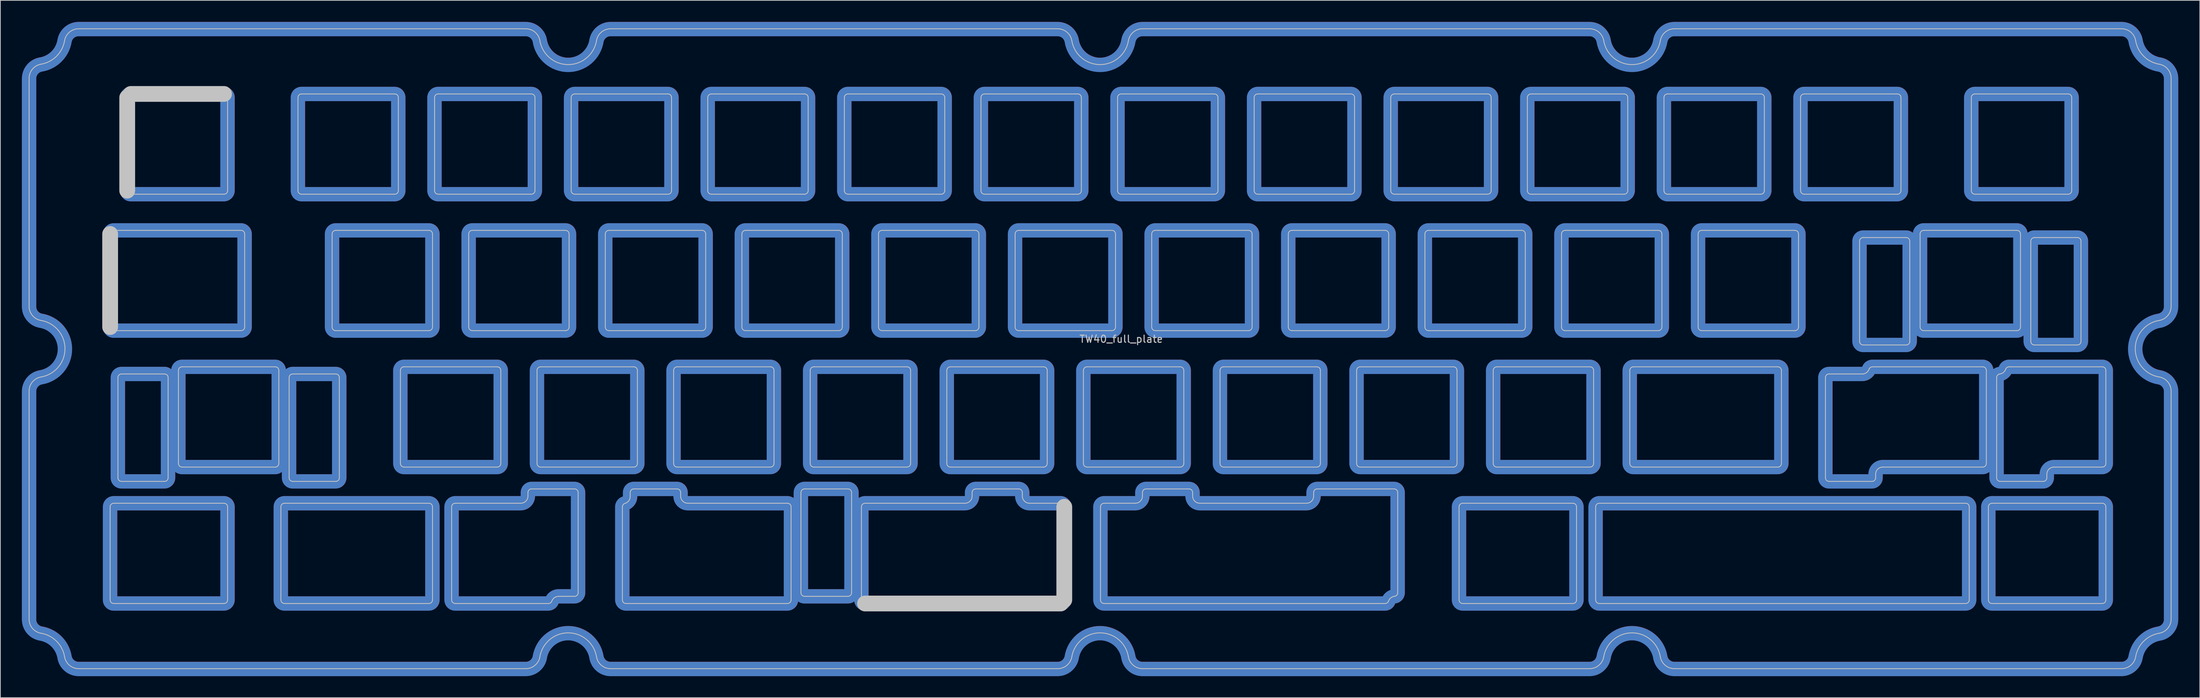
<source format=kicad_pcb>
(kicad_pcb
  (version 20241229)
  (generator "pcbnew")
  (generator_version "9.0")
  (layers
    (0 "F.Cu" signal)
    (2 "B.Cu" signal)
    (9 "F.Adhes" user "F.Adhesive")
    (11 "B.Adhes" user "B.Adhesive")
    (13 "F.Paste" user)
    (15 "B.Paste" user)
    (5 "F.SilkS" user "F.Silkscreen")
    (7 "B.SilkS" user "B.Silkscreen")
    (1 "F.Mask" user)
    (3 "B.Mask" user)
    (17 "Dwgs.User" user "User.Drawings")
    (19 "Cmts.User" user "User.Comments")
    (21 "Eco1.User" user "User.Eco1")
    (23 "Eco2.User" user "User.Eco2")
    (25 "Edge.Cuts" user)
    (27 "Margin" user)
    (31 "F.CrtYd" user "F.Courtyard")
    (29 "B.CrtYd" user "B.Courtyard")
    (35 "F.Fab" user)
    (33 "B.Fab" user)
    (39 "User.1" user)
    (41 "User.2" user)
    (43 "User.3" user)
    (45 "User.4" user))
  (footprint "TW40_full_plate"
    (layer "F.Cu")
    (at 153.311 43.791)
    (property "Reference" "TW40_full_plate" (at 0 0.5 0) (layer "Dwgs.User") (effects (font (size 1 1) (thickness 0.15))))
    (attr through_hole)
    (fp_line (start -152.301 -35.907) (end -152.301 -4.065) (stroke (width 0.12) (type solid)) (layer "Dwgs.User"))
    (fp_line (start -152.301 7.768) (end -152.301 39.61) (stroke (width 0.12) (type solid)) (layer "Dwgs.User"))
    (fp_line (start -145.385 46.527) (end -83.038 46.527) (stroke (width 0.12) (type solid)) (layer "Dwgs.User"))
    (fp_line (start -141.001 -1.173) (end -141.001 -14.173) (stroke (width 2.2) (type solid)) (layer "Dwgs.User"))
    (fp_line (start -141.001 36.927) (end -141.001 23.927) (stroke (width 0.12) (type solid)) (layer "Dwgs.User"))
    (fp_line (start -140.501 -14.673) (end -122.739 -14.673) (stroke (width 0.12) (type solid)) (layer "Dwgs.User"))
    (fp_line (start -140.501 23.427) (end -125.12 23.427) (stroke (width 0.12) (type solid)) (layer "Dwgs.User"))
    (fp_line (start -139.914 19.877) (end -139.914 5.877) (stroke (width 0.12) (type solid)) (layer "Dwgs.User"))
    (fp_line (start -139.414 5.377) (end -133.414 5.377) (stroke (width 0.12) (type solid)) (layer "Dwgs.User"))
    (fp_line (start -138.62 -20.223) (end -138.62 -33.223) (stroke (width 2.2) (type solid)) (layer "Dwgs.User"))
    (fp_line (start -138.12 -33.723) (end -125.12 -33.723) (stroke (width 2.2) (type solid)) (layer "Dwgs.User"))
    (fp_line (start -133.414 20.377) (end -139.414 20.377) (stroke (width 0.12) (type solid)) (layer "Dwgs.User"))
    (fp_line (start -132.914 5.877) (end -132.914 19.877) (stroke (width 0.12) (type solid)) (layer "Dwgs.User"))
    (fp_line (start -131.476 17.877) (end -131.476 4.877) (stroke (width 0.12) (type solid)) (layer "Dwgs.User"))
    (fp_line (start -130.976 4.377) (end -117.976 4.377) (stroke (width 0.12) (type solid)) (layer "Dwgs.User"))
    (fp_line (start -125.12 -19.723) (end -138.12 -19.723) (stroke (width 0.12) (type solid)) (layer "Dwgs.User"))
    (fp_line (start -125.12 37.427) (end -140.501 37.427) (stroke (width 0.12) (type solid)) (layer "Dwgs.User"))
    (fp_line (start -124.62 -33.223) (end -124.62 -20.223) (stroke (width 0.12) (type solid)) (layer "Dwgs.User"))
    (fp_line (start -124.62 23.927) (end -124.62 36.927) (stroke (width 0.12) (type solid)) (layer "Dwgs.User"))
    (fp_line (start -122.739 -0.673) (end -140.501 -0.673) (stroke (width 0.12) (type solid)) (layer "Dwgs.User"))
    (fp_line (start -122.239 -14.173) (end -122.239 -1.173) (stroke (width 0.12) (type solid)) (layer "Dwgs.User"))
    (fp_line (start -117.976 18.377) (end -130.976 18.377) (stroke (width 0.12) (type solid)) (layer "Dwgs.User"))
    (fp_line (start -117.476 4.877) (end -117.476 17.877) (stroke (width 0.12) (type solid)) (layer "Dwgs.User"))
    (fp_line (start -117.189 36.927) (end -117.189 23.927) (stroke (width 0.12) (type solid)) (layer "Dwgs.User"))
    (fp_line (start -116.689 23.427) (end -96.545 23.427) (stroke (width 0.12) (type solid)) (layer "Dwgs.User"))
    (fp_line (start -116.038 19.877) (end -116.038 5.877) (stroke (width 0.12) (type solid)) (layer "Dwgs.User"))
    (fp_line (start -115.538 5.377) (end -109.538 5.377) (stroke (width 0.12) (type solid)) (layer "Dwgs.User"))
    (fp_line (start -114.808 -20.223) (end -114.808 -33.223) (stroke (width 0.12) (type solid)) (layer "Dwgs.User"))
    (fp_line (start -114.308 -33.723) (end -101.308 -33.723) (stroke (width 0.12) (type solid)) (layer "Dwgs.User"))
    (fp_line (start -110.045 -1.173) (end -110.045 -14.173) (stroke (width 0.12) (type solid)) (layer "Dwgs.User"))
    (fp_line (start -109.545 -14.673) (end -96.545 -14.673) (stroke (width 0.12) (type solid)) (layer "Dwgs.User"))
    (fp_line (start -109.538 20.377) (end -115.538 20.377) (stroke (width 0.12) (type solid)) (layer "Dwgs.User"))
    (fp_line (start -109.038 5.877) (end -109.038 19.877) (stroke (width 0.12) (type solid)) (layer "Dwgs.User"))
    (fp_line (start -101.308 -19.723) (end -114.308 -19.723) (stroke (width 0.12) (type solid)) (layer "Dwgs.User"))
    (fp_line (start -100.808 -33.223) (end -100.808 -20.223) (stroke (width 0.12) (type solid)) (layer "Dwgs.User"))
    (fp_line (start -100.52 17.877) (end -100.52 4.877) (stroke (width 0.12) (type solid)) (layer "Dwgs.User"))
    (fp_line (start -100.02 4.377) (end -87.02 4.377) (stroke (width 0.12) (type solid)) (layer "Dwgs.User"))
    (fp_line (start -96.545 -0.673) (end -109.545 -0.673) (stroke (width 0.12) (type solid)) (layer "Dwgs.User"))
    (fp_line (start -96.545 37.427) (end -116.689 37.427) (stroke (width 0.12) (type solid)) (layer "Dwgs.User"))
    (fp_line (start -96.045 -14.173) (end -96.045 -1.173) (stroke (width 0.12) (type solid)) (layer "Dwgs.User"))
    (fp_line (start -96.045 23.927) (end -96.045 36.927) (stroke (width 0.12) (type solid)) (layer "Dwgs.User"))
    (fp_line (start -95.758 -20.223) (end -95.758 -33.223) (stroke (width 0.12) (type solid)) (layer "Dwgs.User"))
    (fp_line (start -95.258 -33.723) (end -82.258 -33.723) (stroke (width 0.12) (type solid)) (layer "Dwgs.User"))
    (fp_line (start -93.376 36.927) (end -93.376 23.927) (stroke (width 0.12) (type solid)) (layer "Dwgs.User"))
    (fp_line (start -92.876 23.427) (end -83.733 23.427) (stroke (width 0.12) (type solid)) (layer "Dwgs.User"))
    (fp_line (start -90.995 -1.173) (end -90.995 -14.173) (stroke (width 0.12) (type solid)) (layer "Dwgs.User"))
    (fp_line (start -90.495 -14.673) (end -77.495 -14.673) (stroke (width 0.12) (type solid)) (layer "Dwgs.User"))
    (fp_line (start -87.02 18.377) (end -100.02 18.377) (stroke (width 0.12) (type solid)) (layer "Dwgs.User"))
    (fp_line (start -86.52 4.877) (end -86.52 17.877) (stroke (width 0.12) (type solid)) (layer "Dwgs.User"))
    (fp_line (start -83.038 -42.823) (end -145.385 -42.823) (stroke (width 0.12) (type solid)) (layer "Dwgs.User"))
    (fp_line (start -82.733 22.427) (end -82.733 21.927) (stroke (width 0.12) (type solid)) (layer "Dwgs.User"))
    (fp_line (start -82.258 -19.723) (end -95.258 -19.723) (stroke (width 0.12) (type solid)) (layer "Dwgs.User"))
    (fp_line (start -82.233 21.427) (end -76.233 21.427) (stroke (width 0.12) (type solid)) (layer "Dwgs.User"))
    (fp_line (start -81.758 -33.223) (end -81.758 -20.223) (stroke (width 0.12) (type solid)) (layer "Dwgs.User"))
    (fp_line (start -81.47 17.877) (end -81.47 4.877) (stroke (width 0.12) (type solid)) (layer "Dwgs.User"))
    (fp_line (start -80.97 4.377) (end -67.97 4.377) (stroke (width 0.12) (type solid)) (layer "Dwgs.User"))
    (fp_line (start -79.876 37.427) (end -92.876 37.427) (stroke (width 0.12) (type solid)) (layer "Dwgs.User"))
    (fp_line (start -77.495 -0.673) (end -90.495 -0.673) (stroke (width 0.12) (type solid)) (layer "Dwgs.User"))
    (fp_line (start -76.995 -14.173) (end -76.995 -1.173) (stroke (width 0.12) (type solid)) (layer "Dwgs.User"))
    (fp_line (start -76.708 -20.223) (end -76.708 -33.223) (stroke (width 0.12) (type solid)) (layer "Dwgs.User"))
    (fp_line (start -76.233 36.427) (end -78.462 36.427) (stroke (width 0.12) (type solid)) (layer "Dwgs.User"))
    (fp_line (start -76.208 -33.723) (end -63.208 -33.723) (stroke (width 0.12) (type solid)) (layer "Dwgs.User"))
    (fp_line (start -75.733 21.927) (end -75.733 35.927) (stroke (width 0.12) (type solid)) (layer "Dwgs.User"))
    (fp_line (start -71.945 -1.173) (end -71.945 -14.173) (stroke (width 0.12) (type solid)) (layer "Dwgs.User"))
    (fp_line (start -71.445 -14.673) (end -58.445 -14.673) (stroke (width 0.12) (type solid)) (layer "Dwgs.User"))
    (fp_line (start -71.206 46.527) (end -8.858 46.527) (stroke (width 0.12) (type solid)) (layer "Dwgs.User"))
    (fp_line (start -69.564 36.927) (end -69.564 23.927) (stroke (width 0.12) (type solid)) (layer "Dwgs.User"))
    (fp_line (start -68.477 22.484) (end -68.477 21.927) (stroke (width 0.12) (type solid)) (layer "Dwgs.User"))
    (fp_line (start -67.977 21.427) (end -61.939 21.427) (stroke (width 0.12) (type solid)) (layer "Dwgs.User"))
    (fp_line (start -67.97 18.377) (end -80.97 18.377) (stroke (width 0.12) (type solid)) (layer "Dwgs.User"))
    (fp_line (start -67.47 4.877) (end -67.47 17.877) (stroke (width 0.12) (type solid)) (layer "Dwgs.User"))
    (fp_line (start -63.208 -19.723) (end -76.208 -19.723) (stroke (width 0.12) (type solid)) (layer "Dwgs.User"))
    (fp_line (start -62.708 -33.223) (end -62.708 -20.223) (stroke (width 0.12) (type solid)) (layer "Dwgs.User"))
    (fp_line (start -62.42 17.877) (end -62.42 4.877) (stroke (width 0.12) (type solid)) (layer "Dwgs.User"))
    (fp_line (start -61.92 4.377) (end -48.92 4.377) (stroke (width 0.12) (type solid)) (layer "Dwgs.User"))
    (fp_line (start -61.439 21.927) (end -61.439 22.427) (stroke (width 0.12) (type solid)) (layer "Dwgs.User"))
    (fp_line (start -60.439 23.427) (end -46.539 23.427) (stroke (width 0.12) (type solid)) (layer "Dwgs.User"))
    (fp_line (start -58.445 -0.673) (end -71.445 -0.673) (stroke (width 0.12) (type solid)) (layer "Dwgs.User"))
    (fp_line (start -57.945 -14.173) (end -57.945 -1.173) (stroke (width 0.12) (type solid)) (layer "Dwgs.User"))
    (fp_line (start -57.658 -20.223) (end -57.658 -33.223) (stroke (width 0.12) (type solid)) (layer "Dwgs.User"))
    (fp_line (start -57.158 -33.723) (end -44.158 -33.723) (stroke (width 0.12) (type solid)) (layer "Dwgs.User"))
    (fp_line (start -52.895 -1.173) (end -52.895 -14.173) (stroke (width 0.12) (type solid)) (layer "Dwgs.User"))
    (fp_line (start -52.395 -14.673) (end -39.395 -14.673) (stroke (width 0.12) (type solid)) (layer "Dwgs.User"))
    (fp_line (start -48.92 18.377) (end -61.92 18.377) (stroke (width 0.12) (type solid)) (layer "Dwgs.User"))
    (fp_line (start -48.42 4.877) (end -48.42 17.877) (stroke (width 0.12) (type solid)) (layer "Dwgs.User"))
    (fp_line (start -46.539 37.427) (end -69.064 37.427) (stroke (width 0.12) (type solid)) (layer "Dwgs.User"))
    (fp_line (start -46.039 23.927) (end -46.039 36.927) (stroke (width 0.12) (type solid)) (layer "Dwgs.User"))
    (fp_line (start -44.664 35.927) (end -44.664 21.927) (stroke (width 0.12) (type solid)) (layer "Dwgs.User"))
    (fp_line (start -44.164 21.427) (end -38.101 21.427) (stroke (width 0.12) (type solid)) (layer "Dwgs.User"))
    (fp_line (start -44.158 -19.723) (end -57.158 -19.723) (stroke (width 0.12) (type solid)) (layer "Dwgs.User"))
    (fp_line (start -43.658 -33.223) (end -43.658 -20.223) (stroke (width 0.12) (type solid)) (layer "Dwgs.User"))
    (fp_line (start -43.37 17.877) (end -43.37 4.877) (stroke (width 0.12) (type solid)) (layer "Dwgs.User"))
    (fp_line (start -42.87 4.377) (end -29.87 4.377) (stroke (width 0.12) (type solid)) (layer "Dwgs.User"))
    (fp_line (start -39.395 -0.673) (end -52.395 -0.673) (stroke (width 0.12) (type solid)) (layer "Dwgs.User"))
    (fp_line (start -38.895 -14.173) (end -38.895 -1.173) (stroke (width 0.12) (type solid)) (layer "Dwgs.User"))
    (fp_line (start -38.608 -20.223) (end -38.608 -33.223) (stroke (width 0.12) (type solid)) (layer "Dwgs.User"))
    (fp_line (start -38.108 -33.723) (end -25.108 -33.723) (stroke (width 0.12) (type solid)) (layer "Dwgs.User"))
    (fp_line (start -38.101 36.427) (end -44.164 36.427) (stroke (width 0.12) (type solid)) (layer "Dwgs.User"))
    (fp_line (start -37.601 21.927) (end -37.601 35.927) (stroke (width 0.12) (type solid)) (layer "Dwgs.User"))
    (fp_line (start -36.226 36.927) (end -36.226 23.927) (stroke (width 0.12) (type solid)) (layer "Dwgs.User"))
    (fp_line (start -35.726 23.427) (end -21.788 23.427) (stroke (width 0.12) (type solid)) (layer "Dwgs.User"))
    (fp_line (start -33.845 -1.173) (end -33.845 -14.173) (stroke (width 0.12) (type solid)) (layer "Dwgs.User"))
    (fp_line (start -33.345 -14.673) (end -20.345 -14.673) (stroke (width 0.12) (type solid)) (layer "Dwgs.User"))
    (fp_line (start -29.87 18.377) (end -42.87 18.377) (stroke (width 0.12) (type solid)) (layer "Dwgs.User"))
    (fp_line (start -29.37 4.877) (end -29.37 17.877) (stroke (width 0.12) (type solid)) (layer "Dwgs.User"))
    (fp_line (start -25.108 -19.723) (end -38.108 -19.723) (stroke (width 0.12) (type solid)) (layer "Dwgs.User"))
    (fp_line (start -24.608 -33.223) (end -24.608 -20.223) (stroke (width 0.12) (type solid)) (layer "Dwgs.User"))
    (fp_line (start -24.32 17.877) (end -24.32 4.877) (stroke (width 0.12) (type solid)) (layer "Dwgs.User"))
    (fp_line (start -23.82 4.377) (end -10.82 4.377) (stroke (width 0.12) (type solid)) (layer "Dwgs.User"))
    (fp_line (start -20.788 22.427) (end -20.788 21.927) (stroke (width 0.12) (type solid)) (layer "Dwgs.User"))
    (fp_line (start -20.345 -0.673) (end -33.345 -0.673) (stroke (width 0.12) (type solid)) (layer "Dwgs.User"))
    (fp_line (start -20.288 21.427) (end -14.288 21.427) (stroke (width 0.12) (type solid)) (layer "Dwgs.User"))
    (fp_line (start -19.845 -14.173) (end -19.845 -1.173) (stroke (width 0.12) (type solid)) (layer "Dwgs.User"))
    (fp_line (start -19.558 -20.223) (end -19.558 -33.223) (stroke (width 0.12) (type solid)) (layer "Dwgs.User"))
    (fp_line (start -19.058 -33.723) (end -6.058 -33.723) (stroke (width 0.12) (type solid)) (layer "Dwgs.User"))
    (fp_line (start -14.795 -1.173) (end -14.795 -14.173) (stroke (width 0.12) (type solid)) (layer "Dwgs.User"))
    (fp_line (start -14.295 -14.673) (end -1.295 -14.673) (stroke (width 0.12) (type solid)) (layer "Dwgs.User"))
    (fp_line (start -13.788 21.927) (end -13.788 22.427) (stroke (width 0.12) (type solid)) (layer "Dwgs.User"))
    (fp_line (start -12.788 23.427) (end -8.439 23.427) (stroke (width 0.12) (type solid)) (layer "Dwgs.User"))
    (fp_line (start -10.82 18.377) (end -23.82 18.377) (stroke (width 0.12) (type solid)) (layer "Dwgs.User"))
    (fp_line (start -10.32 4.877) (end -10.32 17.877) (stroke (width 0.12) (type solid)) (layer "Dwgs.User"))
    (fp_line (start -8.858 -42.823) (end -71.206 -42.823) (stroke (width 0.12) (type solid)) (layer "Dwgs.User"))
    (fp_line (start -8.439 37.427) (end -35.726 37.427) (stroke (width 2.2) (type solid)) (layer "Dwgs.User"))
    (fp_line (start -7.939 23.927) (end -7.939 36.927) (stroke (width 2.2) (type solid)) (layer "Dwgs.User"))
    (fp_line (start -6.058 -19.723) (end -19.058 -19.723) (stroke (width 0.12) (type solid)) (layer "Dwgs.User"))
    (fp_line (start -5.558 -33.223) (end -5.558 -20.223) (stroke (width 0.12) (type solid)) (layer "Dwgs.User"))
    (fp_line (start -5.27 17.877) (end -5.27 4.877) (stroke (width 0.12) (type solid)) (layer "Dwgs.User"))
    (fp_line (start -4.77 4.377) (end 8.23 4.377) (stroke (width 0.12) (type solid)) (layer "Dwgs.User"))
    (fp_line (start -2.889 36.927) (end -2.889 23.927) (stroke (width 0.12) (type solid)) (layer "Dwgs.User"))
    (fp_line (start -2.389 23.427) (end 1.961 23.427) (stroke (width 0.12) (type solid)) (layer "Dwgs.User"))
    (fp_line (start -1.295 -0.673) (end -14.295 -0.673) (stroke (width 0.12) (type solid)) (layer "Dwgs.User"))
    (fp_line (start -0.795 -14.173) (end -0.795 -1.173) (stroke (width 0.12) (type solid)) (layer "Dwgs.User"))
    (fp_line (start -0.508 -20.223) (end -0.508 -33.223) (stroke (width 0.12) (type solid)) (layer "Dwgs.User"))
    (fp_line (start -0.008 -33.723) (end 12.992 -33.723) (stroke (width 0.12) (type solid)) (layer "Dwgs.User"))
    (fp_line (start 2.961 22.427) (end 2.961 21.927) (stroke (width 0.12) (type solid)) (layer "Dwgs.User"))
    (fp_line (start 2.974 46.527) (end 65.322 46.527) (stroke (width 0.12) (type solid)) (layer "Dwgs.User"))
    (fp_line (start 3.461 21.427) (end 9.461 21.427) (stroke (width 0.12) (type solid)) (layer "Dwgs.User"))
    (fp_line (start 4.255 -1.173) (end 4.255 -14.173) (stroke (width 0.12) (type solid)) (layer "Dwgs.User"))
    (fp_line (start 4.755 -14.673) (end 17.755 -14.673) (stroke (width 0.12) (type solid)) (layer "Dwgs.User"))
    (fp_line (start 8.23 18.377) (end -4.77 18.377) (stroke (width 0.12) (type solid)) (layer "Dwgs.User"))
    (fp_line (start 8.73 4.877) (end 8.73 17.877) (stroke (width 0.12) (type solid)) (layer "Dwgs.User"))
    (fp_line (start 9.961 21.927) (end 9.961 22.427) (stroke (width 0.12) (type solid)) (layer "Dwgs.User"))
    (fp_line (start 10.961 23.427) (end 25.837 23.427) (stroke (width 0.12) (type solid)) (layer "Dwgs.User"))
    (fp_line (start 12.992 -19.723) (end -0.008 -19.723) (stroke (width 0.12) (type solid)) (layer "Dwgs.User"))
    (fp_line (start 13.492 -33.223) (end 13.492 -20.223) (stroke (width 0.12) (type solid)) (layer "Dwgs.User"))
    (fp_line (start 13.78 17.877) (end 13.78 4.877) (stroke (width 0.12) (type solid)) (layer "Dwgs.User"))
    (fp_line (start 14.28 4.377) (end 27.28 4.377) (stroke (width 0.12) (type solid)) (layer "Dwgs.User"))
    (fp_line (start 17.755 -0.673) (end 4.755 -0.673) (stroke (width 0.12) (type solid)) (layer "Dwgs.User"))
    (fp_line (start 18.255 -14.173) (end 18.255 -1.173) (stroke (width 0.12) (type solid)) (layer "Dwgs.User"))
    (fp_line (start 18.542 -20.223) (end 18.542 -33.223) (stroke (width 0.12) (type solid)) (layer "Dwgs.User"))
    (fp_line (start 19.042 -33.723) (end 32.042 -33.723) (stroke (width 0.12) (type solid)) (layer "Dwgs.User"))
    (fp_line (start 23.305 -1.173) (end 23.305 -14.173) (stroke (width 0.12) (type solid)) (layer "Dwgs.User"))
    (fp_line (start 23.805 -14.673) (end 36.805 -14.673) (stroke (width 0.12) (type solid)) (layer "Dwgs.User"))
    (fp_line (start 26.837 22.427) (end 26.837 21.927) (stroke (width 0.12) (type solid)) (layer "Dwgs.User"))
    (fp_line (start 27.28 18.377) (end 14.28 18.377) (stroke (width 0.12) (type solid)) (layer "Dwgs.User"))
    (fp_line (start 27.337 21.427) (end 38.061 21.427) (stroke (width 0.12) (type solid)) (layer "Dwgs.User"))
    (fp_line (start 27.78 4.877) (end 27.78 17.877) (stroke (width 0.12) (type solid)) (layer "Dwgs.User"))
    (fp_line (start 32.042 -19.723) (end 19.042 -19.723) (stroke (width 0.12) (type solid)) (layer "Dwgs.User"))
    (fp_line (start 32.542 -33.223) (end 32.542 -20.223) (stroke (width 0.12) (type solid)) (layer "Dwgs.User"))
    (fp_line (start 32.83 17.877) (end 32.83 4.877) (stroke (width 0.12) (type solid)) (layer "Dwgs.User"))
    (fp_line (start 33.33 4.377) (end 46.33 4.377) (stroke (width 0.12) (type solid)) (layer "Dwgs.User"))
    (fp_line (start 36.805 -0.673) (end 23.805 -0.673) (stroke (width 0.12) (type solid)) (layer "Dwgs.User"))
    (fp_line (start 36.805 37.427) (end -2.389 37.427) (stroke (width 0.12) (type solid)) (layer "Dwgs.User"))
    (fp_line (start 37.305 -14.173) (end 37.305 -1.173) (stroke (width 0.12) (type solid)) (layer "Dwgs.User"))
    (fp_line (start 37.592 -20.223) (end 37.592 -33.223) (stroke (width 0.12) (type solid)) (layer "Dwgs.User"))
    (fp_line (start 38.092 -33.723) (end 51.092 -33.723) (stroke (width 0.12) (type solid)) (layer "Dwgs.User"))
    (fp_line (start 38.561 21.927) (end 38.561 35.927) (stroke (width 0.12) (type solid)) (layer "Dwgs.User"))
    (fp_line (start 42.355 -1.173) (end 42.355 -14.173) (stroke (width 0.12) (type solid)) (layer "Dwgs.User"))
    (fp_line (start 42.855 -14.673) (end 55.855 -14.673) (stroke (width 0.12) (type solid)) (layer "Dwgs.User"))
    (fp_line (start 46.33 18.377) (end 33.33 18.377) (stroke (width 0.12) (type solid)) (layer "Dwgs.User"))
    (fp_line (start 46.83 4.877) (end 46.83 17.877) (stroke (width 0.12) (type solid)) (layer "Dwgs.User"))
    (fp_line (start 47.117 36.927) (end 47.117 23.927) (stroke (width 0.12) (type solid)) (layer "Dwgs.User"))
    (fp_line (start 47.617 23.427) (end 62.999 23.427) (stroke (width 0.12) (type solid)) (layer "Dwgs.User"))
    (fp_line (start 51.092 -19.723) (end 38.092 -19.723) (stroke (width 0.12) (type solid)) (layer "Dwgs.User"))
    (fp_line (start 51.592 -33.223) (end 51.592 -20.223) (stroke (width 0.12) (type solid)) (layer "Dwgs.User"))
    (fp_line (start 51.88 17.877) (end 51.88 4.877) (stroke (width 0.12) (type solid)) (layer "Dwgs.User"))
    (fp_line (start 52.38 4.377) (end 65.38 4.377) (stroke (width 0.12) (type solid)) (layer "Dwgs.User"))
    (fp_line (start 55.855 -0.673) (end 42.855 -0.673) (stroke (width 0.12) (type solid)) (layer "Dwgs.User"))
    (fp_line (start 56.355 -14.173) (end 56.355 -1.173) (stroke (width 0.12) (type solid)) (layer "Dwgs.User"))
    (fp_line (start 56.642 -20.223) (end 56.642 -33.223) (stroke (width 0.12) (type solid)) (layer "Dwgs.User"))
    (fp_line (start 57.142 -33.723) (end 70.142 -33.723) (stroke (width 0.12) (type solid)) (layer "Dwgs.User"))
    (fp_line (start 61.405 -1.173) (end 61.405 -14.173) (stroke (width 0.12) (type solid)) (layer "Dwgs.User"))
    (fp_line (start 61.905 -14.673) (end 74.905 -14.673) (stroke (width 0.12) (type solid)) (layer "Dwgs.User"))
    (fp_line (start 62.999 37.427) (end 47.617 37.427) (stroke (width 0.12) (type solid)) (layer "Dwgs.User"))
    (fp_line (start 63.499 23.927) (end 63.499 36.927) (stroke (width 0.12) (type solid)) (layer "Dwgs.User"))
    (fp_line (start 65.322 -42.823) (end 2.974 -42.823) (stroke (width 0.12) (type solid)) (layer "Dwgs.User"))
    (fp_line (start 65.38 18.377) (end 52.38 18.377) (stroke (width 0.12) (type solid)) (layer "Dwgs.User"))
    (fp_line (start 65.88 4.877) (end 65.88 17.877) (stroke (width 0.12) (type solid)) (layer "Dwgs.User"))
    (fp_line (start 66.167 36.927) (end 66.167 23.927) (stroke (width 0.12) (type solid)) (layer "Dwgs.User"))
    (fp_line (start 66.667 23.427) (end 117.767 23.427) (stroke (width 0.12) (type solid)) (layer "Dwgs.User"))
    (fp_line (start 70.142 -19.723) (end 57.142 -19.723) (stroke (width 0.12) (type solid)) (layer "Dwgs.User"))
    (fp_line (start 70.642 -33.223) (end 70.642 -20.223) (stroke (width 0.12) (type solid)) (layer "Dwgs.User"))
    (fp_line (start 70.93 17.877) (end 70.93 4.877) (stroke (width 0.12) (type solid)) (layer "Dwgs.User"))
    (fp_line (start 71.43 4.377) (end 91.574 4.377) (stroke (width 0.12) (type solid)) (layer "Dwgs.User"))
    (fp_line (start 74.905 -0.673) (end 61.905 -0.673) (stroke (width 0.12) (type solid)) (layer "Dwgs.User"))
    (fp_line (start 75.405 -14.173) (end 75.405 -1.173) (stroke (width 0.12) (type solid)) (layer "Dwgs.User"))
    (fp_line (start 75.692 -20.223) (end 75.692 -33.223) (stroke (width 0.12) (type solid)) (layer "Dwgs.User"))
    (fp_line (start 76.192 -33.723) (end 89.192 -33.723) (stroke (width 0.12) (type solid)) (layer "Dwgs.User"))
    (fp_line (start 77.154 46.527) (end 139.502 46.527) (stroke (width 0.12) (type solid)) (layer "Dwgs.User"))
    (fp_line (start 80.455 -1.173) (end 80.455 -14.173) (stroke (width 0.12) (type solid)) (layer "Dwgs.User"))
    (fp_line (start 80.955 -14.673) (end 93.955 -14.673) (stroke (width 0.12) (type solid)) (layer "Dwgs.User"))
    (fp_line (start 89.192 -19.723) (end 76.192 -19.723) (stroke (width 0.12) (type solid)) (layer "Dwgs.User"))
    (fp_line (start 89.692 -33.223) (end 89.692 -20.223) (stroke (width 0.12) (type solid)) (layer "Dwgs.User"))
    (fp_line (start 91.574 18.377) (end 71.43 18.377) (stroke (width 0.12) (type solid)) (layer "Dwgs.User"))
    (fp_line (start 92.074 4.877) (end 92.074 17.877) (stroke (width 0.12) (type solid)) (layer "Dwgs.User"))
    (fp_line (start 93.955 -0.673) (end 80.955 -0.673) (stroke (width 0.12) (type solid)) (layer "Dwgs.User"))
    (fp_line (start 94.455 -14.173) (end 94.455 -1.173) (stroke (width 0.12) (type solid)) (layer "Dwgs.User"))
    (fp_line (start 94.742 -20.223) (end 94.742 -33.223) (stroke (width 0.12) (type solid)) (layer "Dwgs.User"))
    (fp_line (start 95.242 -33.723) (end 108.242 -33.723) (stroke (width 0.12) (type solid)) (layer "Dwgs.User"))
    (fp_line (start 98.211 19.877) (end 98.211 5.877) (stroke (width 0.12) (type solid)) (layer "Dwgs.User"))
    (fp_line (start 98.711 5.377) (end 103.353 5.377) (stroke (width 0.12) (type solid)) (layer "Dwgs.User"))
    (fp_line (start 102.973 0.827) (end 102.973 -13.173) (stroke (width 0.12) (type solid)) (layer "Dwgs.User"))
    (fp_line (start 103.473 -13.673) (end 109.473 -13.673) (stroke (width 0.12) (type solid)) (layer "Dwgs.User"))
    (fp_line (start 104.711 20.377) (end 98.711 20.377) (stroke (width 0.12) (type solid)) (layer "Dwgs.User"))
    (fp_line (start 104.767 4.377) (end 120.149 4.377) (stroke (width 0.12) (type solid)) (layer "Dwgs.User"))
    (fp_line (start 105.211 19.377) (end 105.211 19.877) (stroke (width 0.12) (type solid)) (layer "Dwgs.User"))
    (fp_line (start 108.242 -19.723) (end 95.242 -19.723) (stroke (width 0.12) (type solid)) (layer "Dwgs.User"))
    (fp_line (start 108.742 -33.223) (end 108.742 -20.223) (stroke (width 0.12) (type solid)) (layer "Dwgs.User"))
    (fp_line (start 109.473 1.327) (end 103.473 1.327) (stroke (width 0.12) (type solid)) (layer "Dwgs.User"))
    (fp_line (start 109.973 -13.173) (end 109.973 0.827) (stroke (width 0.12) (type solid)) (layer "Dwgs.User"))
    (fp_line (start 111.411 -1.173) (end 111.411 -14.173) (stroke (width 0.12) (type solid)) (layer "Dwgs.User"))
    (fp_line (start 111.911 -14.673) (end 124.911 -14.673) (stroke (width 0.12) (type solid)) (layer "Dwgs.User"))
    (fp_line (start 117.767 37.427) (end 66.667 37.427) (stroke (width 0.12) (type solid)) (layer "Dwgs.User"))
    (fp_line (start 118.267 23.927) (end 118.267 36.927) (stroke (width 0.12) (type solid)) (layer "Dwgs.User"))
    (fp_line (start 118.555 -20.223) (end 118.555 -33.223) (stroke (width 0.12) (type solid)) (layer "Dwgs.User"))
    (fp_line (start 119.055 -33.723) (end 132.055 -33.723) (stroke (width 0.12) (type solid)) (layer "Dwgs.User"))
    (fp_line (start 120.149 18.377) (end 106.211 18.377) (stroke (width 0.12) (type solid)) (layer "Dwgs.User"))
    (fp_line (start 120.649 4.877) (end 120.649 17.877) (stroke (width 0.12) (type solid)) (layer "Dwgs.User"))
    (fp_line (start 120.936 36.927) (end 120.936 23.927) (stroke (width 0.12) (type solid)) (layer "Dwgs.User"))
    (fp_line (start 121.436 23.427) (end 136.817 23.427) (stroke (width 0.12) (type solid)) (layer "Dwgs.User"))
    (fp_line (start 122.087 19.877) (end 122.087 5.877) (stroke (width 0.12) (type solid)) (layer "Dwgs.User"))
    (fp_line (start 123.817 4.377) (end 136.817 4.377) (stroke (width 0.12) (type solid)) (layer "Dwgs.User"))
    (fp_line (start 124.911 -0.673) (end 111.911 -0.673) (stroke (width 0.12) (type solid)) (layer "Dwgs.User"))
    (fp_line (start 125.411 -14.173) (end 125.411 -1.173) (stroke (width 0.12) (type solid)) (layer "Dwgs.User"))
    (fp_line (start 126.849 0.827) (end 126.849 -13.173) (stroke (width 0.12) (type solid)) (layer "Dwgs.User"))
    (fp_line (start 127.349 -13.673) (end 133.349 -13.673) (stroke (width 0.12) (type solid)) (layer "Dwgs.User"))
    (fp_line (start 128.587 20.377) (end 122.587 20.377) (stroke (width 0.12) (type solid)) (layer "Dwgs.User"))
    (fp_line (start 129.087 19.377) (end 129.087 19.877) (stroke (width 0.12) (type solid)) (layer "Dwgs.User"))
    (fp_line (start 132.055 -19.723) (end 119.055 -19.723) (stroke (width 0.12) (type solid)) (layer "Dwgs.User"))
    (fp_line (start 132.555 -33.223) (end 132.555 -20.223) (stroke (width 0.12) (type solid)) (layer "Dwgs.User"))
    (fp_line (start 133.349 1.327) (end 127.349 1.327) (stroke (width 0.12) (type solid)) (layer "Dwgs.User"))
    (fp_line (start 133.849 -13.173) (end 133.849 0.827) (stroke (width 0.12) (type solid)) (layer "Dwgs.User"))
    (fp_line (start 136.817 18.377) (end 130.087 18.377) (stroke (width 0.12) (type solid)) (layer "Dwgs.User"))
    (fp_line (start 136.817 37.427) (end 121.436 37.427) (stroke (width 0.12) (type solid)) (layer "Dwgs.User"))
    (fp_line (start 137.317 4.877) (end 137.317 17.877) (stroke (width 0.12) (type solid)) (layer "Dwgs.User"))
    (fp_line (start 137.317 23.927) (end 137.317 36.927) (stroke (width 0.12) (type solid)) (layer "Dwgs.User"))
    (fp_line (start 139.501 -42.823) (end 77.154 -42.823) (stroke (width 0.12) (type solid)) (layer "Dwgs.User"))
    (fp_line (start 146.417 -4.065) (end 146.417 -35.907) (stroke (width 0.12) (type solid)) (layer "Dwgs.User"))
    (fp_line (start 146.417 39.61) (end 146.417 7.768) (stroke (width 0.12) (type solid)) (layer "Dwgs.User"))
    (fp_arc (start -152.301368 -35.9074) (mid -151.828893 -37.198394) (end -150.634702 -37.879426) (stroke (width 0.12) (type solid)) (layer "Dwgs.User"))
    (fp_arc (start -152.301368 7.767599) (mid -151.828893 6.476605) (end -150.634702 5.795573) (stroke (width 0.12) (type solid)) (layer "Dwgs.User"))
    (fp_arc (start -150.634703 -2.092533) (mid -147.301369 1.85152) (end -150.634702 5.795573) (stroke (width 0.12) (type solid)) (layer "Dwgs.User"))
    (fp_arc (start -150.634702 -2.092532) (mid -151.828894 -2.773564) (end -152.301369 -4.064559) (stroke (width 0.12) (type solid)) (layer "Dwgs.User"))
    (fp_arc (start -150.634702 41.582466) (mid -148.472941 42.698092) (end -147.357315 44.859853) (stroke (width 0.12) (type solid)) (layer "Dwgs.User"))
    (fp_arc (start -150.634702 41.582467) (mid -151.828894 40.901435) (end -152.301369 39.61044) (stroke (width 0.12) (type solid)) (layer "Dwgs.User"))
    (fp_arc (start -147.357316 -41.156813) (mid -146.676284 -42.351005) (end -145.385289 -42.82348) (stroke (width 0.12) (type solid)) (layer "Dwgs.User"))
    (fp_arc (start -147.357315 -41.156813) (mid -148.472941 -38.995052) (end -150.634702 -37.879426) (stroke (width 0.12) (type solid)) (layer "Dwgs.User"))
    (fp_arc (start -145.385289 46.526519) (mid -146.676283 46.054044) (end -147.357315 44.859853) (stroke (width 0.12) (type solid)) (layer "Dwgs.User"))
    (fp_arc (start -141.001369 -14.173479) (mid -140.854922 -14.527032) (end -140.501369 -14.673479) (stroke (width 0.12) (type solid)) (layer "Dwgs.User"))
    (fp_arc (start -141.001369 23.92652) (mid -140.854922 23.572967) (end -140.501369 23.42652) (stroke (width 0.12) (type solid)) (layer "Dwgs.User"))
    (fp_arc (start -140.501369 -0.673479) (mid -140.854922 -0.819926) (end -141.001369 -1.173479) (stroke (width 0.12) (type solid)) (layer "Dwgs.User"))
    (fp_arc (start -140.501369 37.42652) (mid -140.854922 37.280073) (end -141.001369 36.92652) (stroke (width 0.12) (type solid)) (layer "Dwgs.User"))
    (fp_arc (start -139.91437 5.876519) (mid -139.767923 5.522966) (end -139.414369 5.37652) (stroke (width 0.12) (type solid)) (layer "Dwgs.User"))
    (fp_arc (start -139.414369 20.37652) (mid -139.767922 20.230073) (end -139.914369 19.87652) (stroke (width 0.12) (type solid)) (layer "Dwgs.User"))
    (fp_arc (start -138.620119 -33.223479) (mid -138.473672 -33.577032) (end -138.120119 -33.723479) (stroke (width 0.12) (type solid)) (layer "Dwgs.User"))
    (fp_arc (start -138.120119 -19.72348) (mid -138.473672 -19.869927) (end -138.620119 -20.22348) (stroke (width 0.12) (type solid)) (layer "Dwgs.User"))
    (fp_arc (start -133.414369 5.37652) (mid -133.060816 5.522967) (end -132.914369 5.87652) (stroke (width 0.12) (type solid)) (layer "Dwgs.User"))
    (fp_arc (start -132.914369 19.87652) (mid -133.060816 20.230073) (end -133.414369 20.37652) (stroke (width 0.12) (type solid)) (layer "Dwgs.User"))
    (fp_arc (start -131.476369 4.87652) (mid -131.329922 4.522967) (end -130.976369 4.37652) (stroke (width 0.12) (type solid)) (layer "Dwgs.User"))
    (fp_arc (start -130.97637 18.376519) (mid -131.329923 18.230073) (end -131.476369 17.87652) (stroke (width 0.12) (type solid)) (layer "Dwgs.User"))
    (fp_arc (start -125.120119 -33.723479) (mid -124.766566 -33.577032) (end -124.620119 -33.223479) (stroke (width 0.12) (type solid)) (layer "Dwgs.User"))
    (fp_arc (start -125.120119 23.42652) (mid -124.766566 23.572967) (end -124.620119 23.92652) (stroke (width 0.12) (type solid)) (layer "Dwgs.User"))
    (fp_arc (start -124.620119 36.92652) (mid -124.766566 37.280073) (end -125.120119 37.42652) (stroke (width 0.12) (type solid)) (layer "Dwgs.User"))
    (fp_arc (start -124.620118 -20.22348) (mid -124.766565 -19.869926) (end -125.120119 -19.723479) (stroke (width 0.12) (type solid)) (layer "Dwgs.User"))
    (fp_arc (start -122.738869 -14.673478) (mid -122.385316 -14.527032) (end -122.23887 -14.173479) (stroke (width 0.12) (type solid)) (layer "Dwgs.User"))
    (fp_arc (start -122.238869 -1.173479) (mid -122.385316 -0.819926) (end -122.738869 -0.673479) (stroke (width 0.12) (type solid)) (layer "Dwgs.User"))
    (fp_arc (start -117.976369 4.37652) (mid -117.622816 4.522967) (end -117.476369 4.87652) (stroke (width 0.12) (type solid)) (layer "Dwgs.User"))
    (fp_arc (start -117.476369 17.87652) (mid -117.622816 18.230073) (end -117.976369 18.37652) (stroke (width 0.12) (type solid)) (layer "Dwgs.User"))
    (fp_arc (start -117.188869 23.92652) (mid -117.042422 23.572967) (end -116.688869 23.42652) (stroke (width 0.12) (type solid)) (layer "Dwgs.User"))
    (fp_arc (start -116.688869 37.42652) (mid -117.042422 37.280073) (end -117.188869 36.92652) (stroke (width 0.12) (type solid)) (layer "Dwgs.User"))
    (fp_arc (start -116.03837 5.876519) (mid -115.891923 5.522966) (end -115.538369 5.37652) (stroke (width 0.12) (type solid)) (layer "Dwgs.User"))
    (fp_arc (start -115.538369 20.37652) (mid -115.891922 20.230073) (end -116.038369 19.87652) (stroke (width 0.12) (type solid)) (layer "Dwgs.User"))
    (fp_arc (start -114.807619 -33.223479) (mid -114.661172 -33.577032) (end -114.307619 -33.723479) (stroke (width 0.12) (type solid)) (layer "Dwgs.User"))
    (fp_arc (start -114.307619 -19.72348) (mid -114.661172 -19.869927) (end -114.807619 -20.22348) (stroke (width 0.12) (type solid)) (layer "Dwgs.User"))
    (fp_arc (start -110.045119 -14.173479) (mid -109.898672 -14.527032) (end -109.545119 -14.673479) (stroke (width 0.12) (type solid)) (layer "Dwgs.User"))
    (fp_arc (start -109.545119 -0.673479) (mid -109.898672 -0.819926) (end -110.045119 -1.173479) (stroke (width 0.12) (type solid)) (layer "Dwgs.User"))
    (fp_arc (start -109.538369 5.37652) (mid -109.184816 5.522967) (end -109.038369 5.87652) (stroke (width 0.12) (type solid)) (layer "Dwgs.User"))
    (fp_arc (start -109.038369 19.87652) (mid -109.184816 20.230073) (end -109.538369 20.37652) (stroke (width 0.12) (type solid)) (layer "Dwgs.User"))
    (fp_arc (start -101.307619 -33.72348) (mid -100.954066 -33.577033) (end -100.80762 -33.223479) (stroke (width 0.12) (type solid)) (layer "Dwgs.User"))
    (fp_arc (start -100.80762 -20.22348) (mid -100.954066 -19.869926) (end -101.307619 -19.723479) (stroke (width 0.12) (type solid)) (layer "Dwgs.User"))
    (fp_arc (start -100.520119 4.87652) (mid -100.373672 4.522967) (end -100.020119 4.37652) (stroke (width 0.12) (type solid)) (layer "Dwgs.User"))
    (fp_arc (start -100.02012 18.376519) (mid -100.373673 18.230073) (end -100.520119 17.87652) (stroke (width 0.12) (type solid)) (layer "Dwgs.User"))
    (fp_arc (start -96.545119 -14.673479) (mid -96.191566 -14.527032) (end -96.045119 -14.173479) (stroke (width 0.12) (type solid)) (layer "Dwgs.User"))
    (fp_arc (start -96.545119 23.42652) (mid -96.191566 23.572967) (end -96.045119 23.92652) (stroke (width 0.12) (type solid)) (layer "Dwgs.User"))
    (fp_arc (start -96.045119 -1.173479) (mid -96.191566 -0.819926) (end -96.545119 -0.673479) (stroke (width 0.12) (type solid)) (layer "Dwgs.User"))
    (fp_arc (start -96.045119 36.92652) (mid -96.191566 37.280073) (end -96.545119 37.42652) (stroke (width 0.12) (type solid)) (layer "Dwgs.User"))
    (fp_arc (start -95.757619 -33.223479) (mid -95.611172 -33.577032) (end -95.257619 -33.723479) (stroke (width 0.12) (type solid)) (layer "Dwgs.User"))
    (fp_arc (start -95.257619 -19.72348) (mid -95.611172 -19.869927) (end -95.757619 -20.22348) (stroke (width 0.12) (type solid)) (layer "Dwgs.User"))
    (fp_arc (start -93.376369 23.92652) (mid -93.229922 23.572967) (end -92.876369 23.42652) (stroke (width 0.12) (type solid)) (layer "Dwgs.User"))
    (fp_arc (start -92.876369 37.42652) (mid -93.229922 37.280073) (end -93.376369 36.92652) (stroke (width 0.12) (type solid)) (layer "Dwgs.User"))
    (fp_arc (start -90.995119 -14.173479) (mid -90.848672 -14.527032) (end -90.495119 -14.673479) (stroke (width 0.12) (type solid)) (layer "Dwgs.User"))
    (fp_arc (start -90.495119 -0.673479) (mid -90.848672 -0.819926) (end -90.995119 -1.173479) (stroke (width 0.12) (type solid)) (layer "Dwgs.User"))
    (fp_arc (start -87.020118 4.376519) (mid -86.666565 4.522966) (end -86.520119 4.87652) (stroke (width 0.12) (type solid)) (layer "Dwgs.User"))
    (fp_arc (start -86.520119 17.87652) (mid -86.666566 18.230073) (end -87.020119 18.37652) (stroke (width 0.12) (type solid)) (layer "Dwgs.User"))
    (fp_arc (start -83.037698 -42.823479) (mid -81.746704 -42.351004) (end -81.065672 -41.156813) (stroke (width 0.12) (type solid)) (layer "Dwgs.User"))
    (fp_arc (start -82.732619 21.92652) (mid -82.586172 21.572967) (end -82.232619 21.42652) (stroke (width 0.12) (type solid)) (layer "Dwgs.User"))
    (fp_arc (start -82.732619 22.42652) (mid -83.025512 23.133627) (end -83.732619 23.42652) (stroke (width 0.12) (type solid)) (layer "Dwgs.User"))
    (fp_arc (start -82.257619 -33.723479) (mid -81.904066 -33.577032) (end -81.757619 -33.223479) (stroke (width 0.12) (type solid)) (layer "Dwgs.User"))
    (fp_arc (start -81.757618 -20.22348) (mid -81.904065 -19.869926) (end -82.257619 -19.723479) (stroke (width 0.12) (type solid)) (layer "Dwgs.User"))
    (fp_arc (start -81.470119 4.87652) (mid -81.323672 4.522967) (end -80.970119 4.37652) (stroke (width 0.12) (type solid)) (layer "Dwgs.User"))
    (fp_arc (start -81.065673 44.859853) (mid -77.121619 41.526519) (end -73.177565 44.859853) (stroke (width 0.12) (type solid)) (layer "Dwgs.User"))
    (fp_arc (start -81.065671 44.859853) (mid -81.746703 46.054045) (end -83.037698 46.52652) (stroke (width 0.12) (type solid)) (layer "Dwgs.User"))
    (fp_arc (start -80.970119 18.37652) (mid -81.323672 18.230073) (end -81.470119 17.87652) (stroke (width 0.12) (type solid)) (layer "Dwgs.User"))
    (fp_arc (start -79.404964 37.093187) (mid -79.587694 37.334769) (end -79.876369 37.42652) (stroke (width 0.12) (type solid)) (layer "Dwgs.User"))
    (fp_arc (start -79.404964 37.093187) (mid -79.039505 36.610024) (end -78.462155 36.42652) (stroke (width 0.12) (type solid)) (layer "Dwgs.User"))
    (fp_arc (start -77.495119 -14.673479) (mid -77.141566 -14.527032) (end -76.995119 -14.173479) (stroke (width 0.12) (type solid)) (layer "Dwgs.User"))
    (fp_arc (start -76.995119 -1.173479) (mid -77.141566 -0.819926) (end -77.495119 -0.673479) (stroke (width 0.12) (type solid)) (layer "Dwgs.User"))
    (fp_arc (start -76.707619 -33.223479) (mid -76.561172 -33.577032) (end -76.207619 -33.723479) (stroke (width 0.12) (type solid)) (layer "Dwgs.User"))
    (fp_arc (start -76.232619 21.42652) (mid -75.879066 21.572967) (end -75.732619 21.92652) (stroke (width 0.12) (type solid)) (layer "Dwgs.User"))
    (fp_arc (start -76.207619 -19.72348) (mid -76.561172 -19.869927) (end -76.707619 -20.22348) (stroke (width 0.12) (type solid)) (layer "Dwgs.User"))
    (fp_arc (start -75.732619 35.92652) (mid -75.879066 36.280073) (end -76.232619 36.42652) (stroke (width 0.12) (type solid)) (layer "Dwgs.User"))
    (fp_arc (start -73.177566 -41.156814) (mid -77.121619 -37.82348) (end -81.065672 -41.156813) (stroke (width 0.12) (type solid)) (layer "Dwgs.User"))
    (fp_arc (start -73.177566 -41.156813) (mid -72.496534 -42.351005) (end -71.205539 -42.82348) (stroke (width 0.12) (type solid)) (layer "Dwgs.User"))
    (fp_arc (start -71.945119 -14.173479) (mid -71.798672 -14.527032) (end -71.445119 -14.673479) (stroke (width 0.12) (type solid)) (layer "Dwgs.User"))
    (fp_arc (start -71.445119 -0.673479) (mid -71.798672 -0.819926) (end -71.945119 -1.173479) (stroke (width 0.12) (type solid)) (layer "Dwgs.User"))
    (fp_arc (start -71.205539 46.526519) (mid -72.496533 46.054044) (end -73.177565 44.859853) (stroke (width 0.12) (type solid)) (layer "Dwgs.User"))
    (fp_arc (start -69.563868 23.926519) (mid -69.463138 23.625549) (end -69.201535 23.445846) (stroke (width 0.12) (type solid)) (layer "Dwgs.User"))
    (fp_arc (start -69.063869 37.42652) (mid -69.417422 37.280073) (end -69.563869 36.92652) (stroke (width 0.12) (type solid)) (layer "Dwgs.User"))
    (fp_arc (start -68.476869 21.92652) (mid -68.330422 21.572967) (end -67.976869 21.42652) (stroke (width 0.12) (type solid)) (layer "Dwgs.User"))
    (fp_arc (start -68.476869 22.484496) (mid -68.678328 23.086438) (end -69.201535 23.445846) (stroke (width 0.12) (type solid)) (layer "Dwgs.User"))
    (fp_arc (start -67.970119 4.37652) (mid -67.616566 4.522967) (end -67.470119 4.87652) (stroke (width 0.12) (type solid)) (layer "Dwgs.User"))
    (fp_arc (start -67.470119 17.87652) (mid -67.616566 18.230073) (end -67.970119 18.37652) (stroke (width 0.12) (type solid)) (layer "Dwgs.User"))
    (fp_arc (start -63.207618 -33.72348) (mid -62.854065 -33.577033) (end -62.707619 -33.223479) (stroke (width 0.12) (type solid)) (layer "Dwgs.User"))
    (fp_arc (start -62.707619 -20.22348) (mid -62.854066 -19.869927) (end -63.207619 -19.72348) (stroke (width 0.12) (type solid)) (layer "Dwgs.User"))
    (fp_arc (start -62.420118 4.876519) (mid -62.273672 4.522966) (end -61.920119 4.37652) (stroke (width 0.12) (type solid)) (layer "Dwgs.User"))
    (fp_arc (start -61.93887 21.426519) (mid -61.585316 21.572966) (end -61.438869 21.92652) (stroke (width 0.12) (type solid)) (layer "Dwgs.User"))
    (fp_arc (start -61.920119 18.376519) (mid -62.273673 18.230073) (end -62.42012 17.87652) (stroke (width 0.12) (type solid)) (layer "Dwgs.User"))
    (fp_arc (start -60.438869 23.42652) (mid -61.145976 23.133627) (end -61.438869 22.42652) (stroke (width 0.12) (type solid)) (layer "Dwgs.User"))
    (fp_arc (start -58.445118 -14.67348) (mid -58.091565 -14.527033) (end -57.945119 -14.173479) (stroke (width 0.12) (type solid)) (layer "Dwgs.User"))
    (fp_arc (start -57.945119 -1.173479) (mid -58.091566 -0.819926) (end -58.445119 -0.673479) (stroke (width 0.12) (type solid)) (layer "Dwgs.User"))
    (fp_arc (start -57.657619 -33.223479) (mid -57.511172 -33.577032) (end -57.157619 -33.723479) (stroke (width 0.12) (type solid)) (layer "Dwgs.User"))
    (fp_arc (start -57.157619 -19.723479) (mid -57.511173 -19.869926) (end -57.657619 -20.22348) (stroke (width 0.12) (type solid)) (layer "Dwgs.User"))
    (fp_arc (start -52.89512 -14.173479) (mid -52.748673 -14.527033) (end -52.395119 -14.673479) (stroke (width 0.12) (type solid)) (layer "Dwgs.User"))
    (fp_arc (start -52.395119 -0.673479) (mid -52.748672 -0.819926) (end -52.895119 -1.173479) (stroke (width 0.12) (type solid)) (layer "Dwgs.User"))
    (fp_arc (start -48.920119 4.37652) (mid -48.566566 4.522967) (end -48.420119 4.87652) (stroke (width 0.12) (type solid)) (layer "Dwgs.User"))
    (fp_arc (start -48.420119 17.87652) (mid -48.566566 18.230073) (end -48.920119 18.37652) (stroke (width 0.12) (type solid)) (layer "Dwgs.User"))
    (fp_arc (start -46.538869 23.42652) (mid -46.185316 23.572967) (end -46.038869 23.92652) (stroke (width 0.12) (type solid)) (layer "Dwgs.User"))
    (fp_arc (start -46.038869 36.92652) (mid -46.185316 37.280073) (end -46.538869 37.42652) (stroke (width 0.12) (type solid)) (layer "Dwgs.User"))
    (fp_arc (start -44.664369 21.926521) (mid -44.517923 21.572967) (end -44.16437 21.42652) (stroke (width 0.12) (type solid)) (layer "Dwgs.User"))
    (fp_arc (start -44.164368 36.426519) (mid -44.517922 36.280073) (end -44.664369 35.92652) (stroke (width 0.12) (type solid)) (layer "Dwgs.User"))
    (fp_arc (start -44.157619 -33.723479) (mid -43.804066 -33.577032) (end -43.657619 -33.223479) (stroke (width 0.12) (type solid)) (layer "Dwgs.User"))
    (fp_arc (start -43.657618 -20.22348) (mid -43.804065 -19.869926) (end -44.157619 -19.723479) (stroke (width 0.12) (type solid)) (layer "Dwgs.User"))
    (fp_arc (start -43.370119 4.87652) (mid -43.223672 4.522967) (end -42.870119 4.37652) (stroke (width 0.12) (type solid)) (layer "Dwgs.User"))
    (fp_arc (start -42.870119 18.37652) (mid -43.223672 18.230073) (end -43.370119 17.87652) (stroke (width 0.12) (type solid)) (layer "Dwgs.User"))
    (fp_arc (start -39.395119 -14.67348) (mid -39.041565 -14.527033) (end -38.895119 -14.173479) (stroke (width 0.12) (type solid)) (layer "Dwgs.User"))
    (fp_arc (start -38.895119 -1.173479) (mid -39.041566 -0.819926) (end -39.395119 -0.673479) (stroke (width 0.12) (type solid)) (layer "Dwgs.User"))
    (fp_arc (start -38.607619 -33.223479) (mid -38.461172 -33.577032) (end -38.107619 -33.723479) (stroke (width 0.12) (type solid)) (layer "Dwgs.User"))
    (fp_arc (start -38.107619 -19.723479) (mid -38.461173 -19.869926) (end -38.607619 -20.22348) (stroke (width 0.12) (type solid)) (layer "Dwgs.User"))
    (fp_arc (start -38.10087 21.426519) (mid -37.747316 21.572966) (end -37.600869 21.92652) (stroke (width 0.12) (type solid)) (layer "Dwgs.User"))
    (fp_arc (start -37.600869 35.926518) (mid -37.747315 36.280072) (end -38.100869 36.42652) (stroke (width 0.12) (type solid)) (layer "Dwgs.User"))
    (fp_arc (start -36.226369 23.92652) (mid -36.079922 23.572967) (end -35.726369 23.42652) (stroke (width 0.12) (type solid)) (layer "Dwgs.User"))
    (fp_arc (start -35.726369 37.42652) (mid -36.079922 37.280073) (end -36.226369 36.92652) (stroke (width 0.12) (type solid)) (layer "Dwgs.User"))
    (fp_arc (start -33.845119 -14.173479) (mid -33.698672 -14.527032) (end -33.345119 -14.673479) (stroke (width 0.12) (type solid)) (layer "Dwgs.User"))
    (fp_arc (start -33.345118 -0.67348) (mid -33.698672 -0.819926) (end -33.845119 -1.173479) (stroke (width 0.12) (type solid)) (layer "Dwgs.User"))
    (fp_arc (start -29.870119 4.37652) (mid -29.516566 4.522967) (end -29.370119 4.87652) (stroke (width 0.12) (type solid)) (layer "Dwgs.User"))
    (fp_arc (start -29.370119 17.87652) (mid -29.516566 18.230073) (end -29.870119 18.37652) (stroke (width 0.12) (type solid)) (layer "Dwgs.User"))
    (fp_arc (start -25.107619 -33.723479) (mid -24.754066 -33.577032) (end -24.607619 -33.223479) (stroke (width 0.12) (type solid)) (layer "Dwgs.User"))
    (fp_arc (start -24.607619 -20.22348) (mid -24.754066 -19.869927) (end -25.107619 -19.72348) (stroke (width 0.12) (type solid)) (layer "Dwgs.User"))
    (fp_arc (start -24.320119 4.87652) (mid -24.173672 4.522967) (end -23.820119 4.37652) (stroke (width 0.12) (type solid)) (layer "Dwgs.User"))
    (fp_arc (start -23.820119 18.37652) (mid -24.173672 18.230073) (end -24.320119 17.87652) (stroke (width 0.12) (type solid)) (layer "Dwgs.User"))
    (fp_arc (start -20.788369 21.92652) (mid -20.641922 21.572967) (end -20.288369 21.42652) (stroke (width 0.12) (type solid)) (layer "Dwgs.User"))
    (fp_arc (start -20.788369 22.42652) (mid -21.081262 23.133627) (end -21.788369 23.42652) (stroke (width 0.12) (type solid)) (layer "Dwgs.User"))
    (fp_arc (start -20.345119 -14.673479) (mid -19.991566 -14.527032) (end -19.845119 -14.173479) (stroke (width 0.12) (type solid)) (layer "Dwgs.User"))
    (fp_arc (start -19.845119 -1.173479) (mid -19.991566 -0.819926) (end -20.345119 -0.673479) (stroke (width 0.12) (type solid)) (layer "Dwgs.User"))
    (fp_arc (start -19.557619 -33.223479) (mid -19.411172 -33.577032) (end -19.057619 -33.723479) (stroke (width 0.12) (type solid)) (layer "Dwgs.User"))
    (fp_arc (start -19.057619 -19.72348) (mid -19.411172 -19.869927) (end -19.557619 -20.22348) (stroke (width 0.12) (type solid)) (layer "Dwgs.User"))
    (fp_arc (start -14.795119 -14.173479) (mid -14.648672 -14.527032) (end -14.295119 -14.673479) (stroke (width 0.12) (type solid)) (layer "Dwgs.User"))
    (fp_arc (start -14.295119 -0.673479) (mid -14.648672 -0.819926) (end -14.795119 -1.173479) (stroke (width 0.12) (type solid)) (layer "Dwgs.User"))
    (fp_arc (start -14.288369 21.42652) (mid -13.934816 21.572967) (end -13.788369 21.92652) (stroke (width 0.12) (type solid)) (layer "Dwgs.User"))
    (fp_arc (start -12.788369 23.42652) (mid -13.495476 23.133627) (end -13.788369 22.42652) (stroke (width 0.12) (type solid)) (layer "Dwgs.User"))
    (fp_arc (start -10.820119 4.37652) (mid -10.466566 4.522967) (end -10.320119 4.87652) (stroke (width 0.12) (type solid)) (layer "Dwgs.User"))
    (fp_arc (start -10.320119 17.87652) (mid -10.466566 18.230073) (end -10.820119 18.37652) (stroke (width 0.12) (type solid)) (layer "Dwgs.User"))
    (fp_arc (start -8.857948 -42.823479) (mid -7.566954 -42.351004) (end -6.885922 -41.156813) (stroke (width 0.12) (type solid)) (layer "Dwgs.User"))
    (fp_arc (start -8.438869 23.42652) (mid -8.085316 23.572967) (end -7.938869 23.92652) (stroke (width 0.12) (type solid)) (layer "Dwgs.User"))
    (fp_arc (start -7.938869 36.92652) (mid -8.085316 37.280073) (end -8.438869 37.42652) (stroke (width 0.12) (type solid)) (layer "Dwgs.User"))
    (fp_arc (start -6.885924 44.859853) (mid -2.94187 41.526519) (end 1.002184 44.859853) (stroke (width 0.12) (type solid)) (layer "Dwgs.User"))
    (fp_arc (start -6.885921 44.859853) (mid -7.566953 46.054045) (end -8.857948 46.52652) (stroke (width 0.12) (type solid)) (layer "Dwgs.User"))
    (fp_arc (start -6.057618 -33.72348) (mid -5.704065 -33.577033) (end -5.557619 -33.223479) (stroke (width 0.12) (type solid)) (layer "Dwgs.User"))
    (fp_arc (start -5.557619 -20.22348) (mid -5.704066 -19.869927) (end -6.057619 -19.72348) (stroke (width 0.12) (type solid)) (layer "Dwgs.User"))
    (fp_arc (start -5.270119 4.87652) (mid -5.123672 4.522967) (end -4.770119 4.37652) (stroke (width 0.12) (type solid)) (layer "Dwgs.User"))
    (fp_arc (start -4.770119 18.37652) (mid -5.123672 18.230073) (end -5.270119 17.87652) (stroke (width 0.12) (type solid)) (layer "Dwgs.User"))
    (fp_arc (start -2.88887 23.92652) (mid -2.742423 23.572967) (end -2.38887 23.42652) (stroke (width 0.12) (type solid)) (layer "Dwgs.User"))
    (fp_arc (start -2.38887 37.42652) (mid -2.742423 37.280073) (end -2.88887 36.92652) (stroke (width 0.12) (type solid)) (layer "Dwgs.User"))
    (fp_arc (start -1.29512 -14.67348) (mid -0.941566 -14.527033) (end -0.79512 -14.173479) (stroke (width 0.12) (type solid)) (layer "Dwgs.User"))
    (fp_arc (start -0.79512 -1.173479) (mid -0.941567 -0.819926) (end -1.29512 -0.673479) (stroke (width 0.12) (type solid)) (layer "Dwgs.User"))
    (fp_arc (start -0.50762 -33.223479) (mid -0.361173 -33.577032) (end -0.00762 -33.723479) (stroke (width 0.12) (type solid)) (layer "Dwgs.User"))
    (fp_arc (start -0.00762 -19.723479) (mid -0.361174 -19.869926) (end -0.50762 -20.22348) (stroke (width 0.12) (type solid)) (layer "Dwgs.User"))
    (fp_arc (start 1.002182 -41.156814) (mid -2.94187 -37.823481) (end -6.885922 -41.156813) (stroke (width 0.12) (type solid)) (layer "Dwgs.User"))
    (fp_arc (start 1.002183 -41.156813) (mid 1.683215 -42.351005) (end 2.97421 -42.82348) (stroke (width 0.12) (type solid)) (layer "Dwgs.User"))
    (fp_arc (start 2.96063 21.92652) (mid 3.107077 21.572967) (end 3.46063 21.42652) (stroke (width 0.12) (type solid)) (layer "Dwgs.User"))
    (fp_arc (start 2.96063 22.42652) (mid 2.667737 23.133627) (end 1.96063 23.42652) (stroke (width 0.12) (type solid)) (layer "Dwgs.User"))
    (fp_arc (start 2.97421 46.526519) (mid 1.683216 46.054044) (end 1.002184 44.859853) (stroke (width 0.12) (type solid)) (layer "Dwgs.User"))
    (fp_arc (start 4.25488 -14.173479) (mid 4.401327 -14.527032) (end 4.75488 -14.673479) (stroke (width 0.12) (type solid)) (layer "Dwgs.User"))
    (fp_arc (start 4.75488 -0.673479) (mid 4.401327 -0.819926) (end 4.25488 -1.173479) (stroke (width 0.12) (type solid)) (layer "Dwgs.User"))
    (fp_arc (start 8.22988 4.37652) (mid 8.583433 4.522967) (end 8.72988 4.87652) (stroke (width 0.12) (type solid)) (layer "Dwgs.User"))
    (fp_arc (start 8.729881 17.87652) (mid 8.583434 18.230073) (end 8.22988 18.37652) (stroke (width 0.12) (type solid)) (layer "Dwgs.User"))
    (fp_arc (start 9.46063 21.42652) (mid 9.814183 21.572967) (end 9.96063 21.92652) (stroke (width 0.12) (type solid)) (layer "Dwgs.User"))
    (fp_arc (start 10.96063 23.42652) (mid 10.253523 23.133627) (end 9.96063 22.42652) (stroke (width 0.12) (type solid)) (layer "Dwgs.User"))
    (fp_arc (start 12.99238 -33.72348) (mid 13.345934 -33.577033) (end 13.49238 -33.223479) (stroke (width 0.12) (type solid)) (layer "Dwgs.User"))
    (fp_arc (start 13.492381 -20.22348) (mid 13.345934 -19.869926) (end 12.99238 -19.723479) (stroke (width 0.12) (type solid)) (layer "Dwgs.User"))
    (fp_arc (start 13.77988 4.87652) (mid 13.926327 4.522967) (end 14.27988 4.37652) (stroke (width 0.12) (type solid)) (layer "Dwgs.User"))
    (fp_arc (start 14.27988 18.37652) (mid 13.926327 18.230073) (end 13.77988 17.87652) (stroke (width 0.12) (type solid)) (layer "Dwgs.User"))
    (fp_arc (start 17.75488 -14.67348) (mid 18.108434 -14.527033) (end 18.25488 -14.173479) (stroke (width 0.12) (type solid)) (layer "Dwgs.User"))
    (fp_arc (start 18.25488 -1.173479) (mid 18.108433 -0.819926) (end 17.75488 -0.673479) (stroke (width 0.12) (type solid)) (layer "Dwgs.User"))
    (fp_arc (start 18.54238 -33.223479) (mid 18.688827 -33.577032) (end 19.04238 -33.723479) (stroke (width 0.12) (type solid)) (layer "Dwgs.User"))
    (fp_arc (start 19.04238 -19.72348) (mid 18.688827 -19.869927) (end 18.54238 -20.22348) (stroke (width 0.12) (type solid)) (layer "Dwgs.User"))
    (fp_arc (start 23.30488 -14.173479) (mid 23.451327 -14.527032) (end 23.80488 -14.673479) (stroke (width 0.12) (type solid)) (layer "Dwgs.User"))
    (fp_arc (start 23.80488 -0.673479) (mid 23.451327 -0.819926) (end 23.30488 -1.173479) (stroke (width 0.12) (type solid)) (layer "Dwgs.User"))
    (fp_arc (start 26.83663 21.926518) (mid 26.983077 21.572966) (end 27.33663 21.42652) (stroke (width 0.12) (type solid)) (layer "Dwgs.User"))
    (fp_arc (start 26.83663 22.42652) (mid 26.543737 23.133627) (end 25.83663 23.42652) (stroke (width 0.12) (type solid)) (layer "Dwgs.User"))
    (fp_arc (start 27.27988 4.37652) (mid 27.633433 4.522967) (end 27.77988 4.87652) (stroke (width 0.12) (type solid)) (layer "Dwgs.User"))
    (fp_arc (start 27.779881 17.87652) (mid 27.633434 18.230073) (end 27.27988 18.37652) (stroke (width 0.12) (type solid)) (layer "Dwgs.User"))
    (fp_arc (start 32.04238 -33.72348) (mid 32.395934 -33.577033) (end 32.54238 -33.223479) (stroke (width 0.12) (type solid)) (layer "Dwgs.User"))
    (fp_arc (start 32.542381 -20.22348) (mid 32.395934 -19.869926) (end 32.04238 -19.723479) (stroke (width 0.12) (type solid)) (layer "Dwgs.User"))
    (fp_arc (start 32.82988 4.87652) (mid 32.976327 4.522967) (end 33.32988 4.37652) (stroke (width 0.12) (type solid)) (layer "Dwgs.User"))
    (fp_arc (start 33.32988 18.37652) (mid 32.976327 18.230073) (end 32.82988 17.87652) (stroke (width 0.12) (type solid)) (layer "Dwgs.User"))
    (fp_arc (start 36.80488 -14.67348) (mid 37.158434 -14.527033) (end 37.30488 -14.173479) (stroke (width 0.12) (type solid)) (layer "Dwgs.User"))
    (fp_arc (start 37.277296 37.090298) (mid 37.094803 37.333883) (end 36.80488 37.42652) (stroke (width 0.12) (type solid)) (layer "Dwgs.User"))
    (fp_arc (start 37.277296 37.090298) (mid 37.599333 36.635469) (end 38.114796 36.423631) (stroke (width 0.12) (type solid)) (layer "Dwgs.User"))
    (fp_arc (start 37.30488 -1.173479) (mid 37.158433 -0.819926) (end 36.80488 -0.673479) (stroke (width 0.12) (type solid)) (layer "Dwgs.User"))
    (fp_arc (start 37.59238 -33.223479) (mid 37.738827 -33.577032) (end 38.09238 -33.723479) (stroke (width 0.12) (type solid)) (layer "Dwgs.User"))
    (fp_arc (start 38.06113 21.426519) (mid 38.414684 21.572966) (end 38.56113 21.92652) (stroke (width 0.12) (type solid)) (layer "Dwgs.User"))
    (fp_arc (start 38.09238 -19.72348) (mid 37.738827 -19.869927) (end 37.59238 -20.22348) (stroke (width 0.12) (type solid)) (layer "Dwgs.User"))
    (fp_arc (start 38.561129 35.92652) (mid 38.433173 36.26056) (end 38.114796 36.423631) (stroke (width 0.12) (type solid)) (layer "Dwgs.User"))
    (fp_arc (start 42.35488 -14.173479) (mid 42.501327 -14.527032) (end 42.85488 -14.673479) (stroke (width 0.12) (type solid)) (layer "Dwgs.User"))
    (fp_arc (start 42.85488 -0.673479) (mid 42.501327 -0.819926) (end 42.35488 -1.173479) (stroke (width 0.12) (type solid)) (layer "Dwgs.User"))
    (fp_arc (start 46.32988 4.37652) (mid 46.683433 4.522967) (end 46.82988 4.87652) (stroke (width 0.12) (type solid)) (layer "Dwgs.User"))
    (fp_arc (start 46.829881 17.87652) (mid 46.683434 18.230073) (end 46.32988 18.37652) (stroke (width 0.12) (type solid)) (layer "Dwgs.User"))
    (fp_arc (start 47.11738 23.92652) (mid 47.263827 23.572967) (end 47.61738 23.42652) (stroke (width 0.12) (type solid)) (layer "Dwgs.User"))
    (fp_arc (start 47.61738 37.42652) (mid 47.263827 37.280073) (end 47.11738 36.92652) (stroke (width 0.12) (type solid)) (layer "Dwgs.User"))
    (fp_arc (start 51.09238 -33.72348) (mid 51.445934 -33.577033) (end 51.59238 -33.223479) (stroke (width 0.12) (type solid)) (layer "Dwgs.User"))
    (fp_arc (start 51.592381 -20.22348) (mid 51.445934 -19.869926) (end 51.09238 -19.723479) (stroke (width 0.12) (type solid)) (layer "Dwgs.User"))
    (fp_arc (start 51.87988 4.87652) (mid 52.026327 4.522967) (end 52.37988 4.37652) (stroke (width 0.12) (type solid)) (layer "Dwgs.User"))
    (fp_arc (start 52.37988 18.37652) (mid 52.026327 18.230073) (end 51.87988 17.87652) (stroke (width 0.12) (type solid)) (layer "Dwgs.User"))
    (fp_arc (start 55.85488 -14.67348) (mid 56.208434 -14.527033) (end 56.35488 -14.173479) (stroke (width 0.12) (type solid)) (layer "Dwgs.User"))
    (fp_arc (start 56.35488 -1.173479) (mid 56.208433 -0.819926) (end 55.85488 -0.673479) (stroke (width 0.12) (type solid)) (layer "Dwgs.User"))
    (fp_arc (start 56.64238 -33.223479) (mid 56.788827 -33.577032) (end 57.14238 -33.723479) (stroke (width 0.12) (type solid)) (layer "Dwgs.User"))
    (fp_arc (start 57.14238 -19.72348) (mid 56.788827 -19.869927) (end 56.64238 -20.22348) (stroke (width 0.12) (type solid)) (layer "Dwgs.User"))
    (fp_arc (start 61.40488 -14.173479) (mid 61.551327 -14.527032) (end 61.90488 -14.673479) (stroke (width 0.12) (type solid)) (layer "Dwgs.User"))
    (fp_arc (start 61.90488 -0.673479) (mid 61.551327 -0.819926) (end 61.40488 -1.173479) (stroke (width 0.12) (type solid)) (layer "Dwgs.User"))
    (fp_arc (start 62.99863 23.42652) (mid 63.352183 23.572967) (end 63.49863 23.92652) (stroke (width 0.12) (type solid)) (layer "Dwgs.User"))
    (fp_arc (start 63.49863 36.92652) (mid 63.352183 37.280073) (end 62.99863 37.42652) (stroke (width 0.12) (type solid)) (layer "Dwgs.User"))
    (fp_arc (start 65.321801 -42.823479) (mid 66.612795 -42.351004) (end 67.293827 -41.156813) (stroke (width 0.12) (type solid)) (layer "Dwgs.User"))
    (fp_arc (start 65.37988 4.37652) (mid 65.733433 4.522967) (end 65.87988 4.87652) (stroke (width 0.12) (type solid)) (layer "Dwgs.User"))
    (fp_arc (start 65.879881 17.87652) (mid 65.733434 18.230073) (end 65.37988 18.37652) (stroke (width 0.12) (type solid)) (layer "Dwgs.User"))
    (fp_arc (start 66.16738 23.92652) (mid 66.313827 23.572967) (end 66.66738 23.42652) (stroke (width 0.12) (type solid)) (layer "Dwgs.User"))
    (fp_arc (start 66.66738 37.42652) (mid 66.313827 37.280073) (end 66.16738 36.92652) (stroke (width 0.12) (type solid)) (layer "Dwgs.User"))
    (fp_arc (start 67.293828 44.859853) (mid 66.612796 46.054045) (end 65.321801 46.52652) (stroke (width 0.12) (type solid)) (layer "Dwgs.User"))
    (fp_arc (start 67.293828 44.859854) (mid 71.237881 41.52652) (end 75.181934 44.859853) (stroke (width 0.12) (type solid)) (layer "Dwgs.User"))
    (fp_arc (start 70.142381 -33.72348) (mid 70.495934 -33.577033) (end 70.64238 -33.223479) (stroke (width 0.12) (type solid)) (layer "Dwgs.User"))
    (fp_arc (start 70.64238 -20.22348) (mid 70.495933 -19.869927) (end 70.14238 -19.72348) (stroke (width 0.12) (type solid)) (layer "Dwgs.User"))
    (fp_arc (start 70.92988 4.87652) (mid 71.076327 4.522967) (end 71.42988 4.37652) (stroke (width 0.12) (type solid)) (layer "Dwgs.User"))
    (fp_arc (start 71.42988 18.37652) (mid 71.076327 18.230073) (end 70.92988 17.87652) (stroke (width 0.12) (type solid)) (layer "Dwgs.User"))
    (fp_arc (start 74.904881 -14.67348) (mid 75.258434 -14.527033) (end 75.40488 -14.173479) (stroke (width 0.12) (type solid)) (layer "Dwgs.User"))
    (fp_arc (start 75.181933 -41.156813) (mid 75.862965 -42.351005) (end 77.15396 -42.82348) (stroke (width 0.12) (type solid)) (layer "Dwgs.User"))
    (fp_arc (start 75.181935 -41.156813) (mid 71.237881 -37.823479) (end 67.293827 -41.156813) (stroke (width 0.12) (type solid)) (layer "Dwgs.User"))
    (fp_arc (start 75.40488 -1.173479) (mid 75.258433 -0.819926) (end 74.90488 -0.673479) (stroke (width 0.12) (type solid)) (layer "Dwgs.User"))
    (fp_arc (start 75.69238 -33.223479) (mid 75.838827 -33.577032) (end 76.19238 -33.723479) (stroke (width 0.12) (type solid)) (layer "Dwgs.User"))
    (fp_arc (start 76.19238 -19.72348) (mid 75.838827 -19.869927) (end 75.69238 -20.22348) (stroke (width 0.12) (type solid)) (layer "Dwgs.User"))
    (fp_arc (start 77.15396 46.526519) (mid 75.862966 46.054044) (end 75.181934 44.859853) (stroke (width 0.12) (type solid)) (layer "Dwgs.User"))
    (fp_arc (start 80.45488 -14.173479) (mid 80.601327 -14.527032) (end 80.95488 -14.673479) (stroke (width 0.12) (type solid)) (layer "Dwgs.User"))
    (fp_arc (start 80.95488 -0.673479) (mid 80.601327 -0.819926) (end 80.45488 -1.173479) (stroke (width 0.12) (type solid)) (layer "Dwgs.User"))
    (fp_arc (start 89.19238 -33.723479) (mid 89.545933 -33.577032) (end 89.69238 -33.223479) (stroke (width 0.12) (type solid)) (layer "Dwgs.User"))
    (fp_arc (start 89.692381 -20.22348) (mid 89.545934 -19.869926) (end 89.19238 -19.723479) (stroke (width 0.12) (type solid)) (layer "Dwgs.User"))
    (fp_arc (start 91.57363 4.37652) (mid 91.927183 4.522967) (end 92.07363 4.87652) (stroke (width 0.12) (type solid)) (layer "Dwgs.User"))
    (fp_arc (start 92.07363 17.87652) (mid 91.927183 18.230073) (end 91.57363 18.37652) (stroke (width 0.12) (type solid)) (layer "Dwgs.User"))
    (fp_arc (start 93.95488 -14.67348) (mid 94.308434 -14.527033) (end 94.45488 -14.173479) (stroke (width 0.12) (type solid)) (layer "Dwgs.User"))
    (fp_arc (start 94.45488 -1.173479) (mid 94.308433 -0.819926) (end 93.95488 -0.673479) (stroke (width 0.12) (type solid)) (layer "Dwgs.User"))
    (fp_arc (start 94.74238 -33.223479) (mid 94.888827 -33.577032) (end 95.24238 -33.723479) (stroke (width 0.12) (type solid)) (layer "Dwgs.User"))
    (fp_arc (start 95.24238 -19.72348) (mid 94.888827 -19.869927) (end 94.74238 -20.22348) (stroke (width 0.12) (type solid)) (layer "Dwgs.User"))
    (fp_arc (start 98.21063 5.87652) (mid 98.357077 5.522967) (end 98.71063 5.37652) (stroke (width 0.12) (type solid)) (layer "Dwgs.User"))
    (fp_arc (start 98.71063 20.37652) (mid 98.357077 20.230073) (end 98.21063 19.87652) (stroke (width 0.12) (type solid)) (layer "Dwgs.User"))
    (fp_arc (start 102.97313 -13.173479) (mid 103.119577 -13.527032) (end 103.47313 -13.673479) (stroke (width 0.12) (type solid)) (layer "Dwgs.User"))
    (fp_arc (start 103.47313 1.326521) (mid 103.119577 1.180074) (end 102.97313 0.826521) (stroke (width 0.12) (type solid)) (layer "Dwgs.User"))
    (fp_arc (start 104.295975 4.709853) (mid 104.478705 4.468271) (end 104.76738 4.37652) (stroke (width 0.12) (type solid)) (layer "Dwgs.User"))
    (fp_arc (start 104.295976 4.709853) (mid 103.930517 5.193016) (end 103.353167 5.37652) (stroke (width 0.12) (type solid)) (layer "Dwgs.User"))
    (fp_arc (start 105.21063 19.37652) (mid 105.503523 18.669413) (end 106.21063 18.37652) (stroke (width 0.12) (type solid)) (layer "Dwgs.User"))
    (fp_arc (start 105.21063 19.87652) (mid 105.064183 20.230073) (end 104.71063 20.37652) (stroke (width 0.12) (type solid)) (layer "Dwgs.User"))
    (fp_arc (start 108.242381 -33.72348) (mid 108.595934 -33.577033) (end 108.74238 -33.223479) (stroke (width 0.12) (type solid)) (layer "Dwgs.User"))
    (fp_arc (start 108.742381 -20.22348) (mid 108.595934 -19.869926) (end 108.24238 -19.723479) (stroke (width 0.12) (type solid)) (layer "Dwgs.User"))
    (fp_arc (start 109.47313 -13.673479) (mid 109.826683 -13.527032) (end 109.97313 -13.173479) (stroke (width 0.12) (type solid)) (layer "Dwgs.User"))
    (fp_arc (start 109.97313 0.826521) (mid 109.826683 1.180074) (end 109.47313 1.326521) (stroke (width 0.12) (type solid)) (layer "Dwgs.User"))
    (fp_arc (start 111.41113 -14.173479) (mid 111.557577 -14.527032) (end 111.91113 -14.673479) (stroke (width 0.12) (type solid)) (layer "Dwgs.User"))
    (fp_arc (start 111.91113 -0.673479) (mid 111.557577 -0.819926) (end 111.41113 -1.173479) (stroke (width 0.12) (type solid)) (layer "Dwgs.User"))
    (fp_arc (start 117.76738 23.42652) (mid 118.120933 23.572967) (end 118.26738 23.92652) (stroke (width 0.12) (type solid)) (layer "Dwgs.User"))
    (fp_arc (start 118.26738 36.92652) (mid 118.120933 37.280073) (end 117.76738 37.42652) (stroke (width 0.12) (type solid)) (layer "Dwgs.User"))
    (fp_arc (start 118.554879 -33.223479) (mid 118.701326 -33.577032) (end 119.054879 -33.723479) (stroke (width 0.12) (type solid)) (layer "Dwgs.User"))
    (fp_arc (start 119.054879 -19.72348) (mid 118.701326 -19.869927) (end 118.554879 -20.22348) (stroke (width 0.12) (type solid)) (layer "Dwgs.User"))
    (fp_arc (start 120.148629 4.37652) (mid 120.502182 4.522967) (end 120.648629 4.87652) (stroke (width 0.12) (type solid)) (layer "Dwgs.User"))
    (fp_arc (start 120.648629 17.87652) (mid 120.502182 18.230073) (end 120.148629 18.37652) (stroke (width 0.12) (type solid)) (layer "Dwgs.User"))
    (fp_arc (start 120.93613 23.92652) (mid 121.082577 23.572967) (end 121.43613 23.42652) (stroke (width 0.12) (type solid)) (layer "Dwgs.User"))
    (fp_arc (start 121.43613 37.42652) (mid 121.082577 37.280073) (end 120.93613 36.92652) (stroke (width 0.12) (type solid)) (layer "Dwgs.User"))
    (fp_arc (start 122.08663 5.87652) (mid 122.211622 5.54581) (end 122.524106 5.380445) (stroke (width 0.12) (type solid)) (layer "Dwgs.User"))
    (fp_arc (start 122.58663 20.37652) (mid 122.233077 20.230073) (end 122.08663 19.87652) (stroke (width 0.12) (type solid)) (layer "Dwgs.User"))
    (fp_arc (start 123.344606 4.713778) (mid 123.52701 4.469475) (end 123.81738 4.37652) (stroke (width 0.12) (type solid)) (layer "Dwgs.User"))
    (fp_arc (start 123.344607 4.713779) (mid 123.029658 5.164404) (end 122.524106 5.380445) (stroke (width 0.12) (type solid)) (layer "Dwgs.User"))
    (fp_arc (start 124.911131 -14.67348) (mid 125.264684 -14.527033) (end 125.41113 -14.173479) (stroke (width 0.12) (type solid)) (layer "Dwgs.User"))
    (fp_arc (start 125.41113 -1.173479) (mid 125.264683 -0.819926) (end 124.91113 -0.673479) (stroke (width 0.12) (type solid)) (layer "Dwgs.User"))
    (fp_arc (start 126.84913 -13.173479) (mid 126.995577 -13.527032) (end 127.34913 -13.673479) (stroke (width 0.12) (type solid)) (layer "Dwgs.User"))
    (fp_arc (start 127.34913 1.326521) (mid 126.995577 1.180074) (end 126.84913 0.826521) (stroke (width 0.12) (type solid)) (layer "Dwgs.User"))
    (fp_arc (start 129.08663 19.37652) (mid 129.379523 18.669413) (end 130.08663 18.37652) (stroke (width 0.12) (type solid)) (layer "Dwgs.User"))
    (fp_arc (start 129.08663 19.87652) (mid 128.940183 20.230073) (end 128.58663 20.37652) (stroke (width 0.12) (type solid)) (layer "Dwgs.User"))
    (fp_arc (start 132.05488 -33.723479) (mid 132.408433 -33.577032) (end 132.55488 -33.223479) (stroke (width 0.12) (type solid)) (layer "Dwgs.User"))
    (fp_arc (start 132.554881 -20.22348) (mid 132.408434 -19.869926) (end 132.05488 -19.723479) (stroke (width 0.12) (type solid)) (layer "Dwgs.User"))
    (fp_arc (start 133.34913 -13.673479) (mid 133.702683 -13.527032) (end 133.84913 -13.173479) (stroke (width 0.12) (type solid)) (layer "Dwgs.User"))
    (fp_arc (start 133.84913 0.826521) (mid 133.702683 1.180074) (end 133.34913 1.326521) (stroke (width 0.12) (type solid)) (layer "Dwgs.User"))
    (fp_arc (start 136.81738 4.37652) (mid 137.170933 4.522967) (end 137.31738 4.87652) (stroke (width 0.12) (type solid)) (layer "Dwgs.User"))
    (fp_arc (start 136.81738 23.42652) (mid 137.170933 23.572967) (end 137.31738 23.92652) (stroke (width 0.12) (type solid)) (layer "Dwgs.User"))
    (fp_arc (start 137.31738 17.87652) (mid 137.170933 18.230073) (end 136.81738 18.37652) (stroke (width 0.12) (type solid)) (layer "Dwgs.User"))
    (fp_arc (start 137.31738 36.92652) (mid 137.170933 37.280073) (end 136.81738 37.42652) (stroke (width 0.12) (type solid)) (layer "Dwgs.User"))
    (fp_arc (start 139.501301 -42.823479) (mid 140.792295 -42.351004) (end 141.473327 -41.156813) (stroke (width 0.12) (type solid)) (layer "Dwgs.User"))
    (fp_arc (start 141.473577 44.859854) (mid 142.589143 42.698153) (end 144.750797 41.582494) (stroke (width 0.12) (type solid)) (layer "Dwgs.User"))
    (fp_arc (start 141.473578 44.859853) (mid 140.792546 46.054045) (end 139.501551 46.52652) (stroke (width 0.12) (type solid)) (layer "Dwgs.User"))
    (fp_arc (start 144.750713 5.795573) (mid 141.41738 1.85152) (end 144.750714 -2.092533) (stroke (width 0.12) (type solid)) (layer "Dwgs.User"))
    (fp_arc (start 144.750714 -37.879427) (mid 145.944906 -37.198395) (end 146.417381 -35.9074) (stroke (width 0.12) (type solid)) (layer "Dwgs.User"))
    (fp_arc (start 144.750714 -37.879426) (mid 142.588953 -38.995052) (end 141.473327 -41.156813) (stroke (width 0.12) (type solid)) (layer "Dwgs.User"))
    (fp_arc (start 144.750714 5.795572) (mid 145.944906 6.476604) (end 146.417381 7.767599) (stroke (width 0.12) (type solid)) (layer "Dwgs.User"))
    (fp_arc (start 146.41738 -4.064559) (mid 145.944905 -2.773565) (end 144.750714 -2.092533) (stroke (width 0.12) (type solid)) (layer "Dwgs.User"))
    (fp_arc (start 146.41738 39.610483) (mid 145.944932 40.901444) (end 144.750797 41.582494) (stroke (width 0.12) (type solid)) (layer "Dwgs.User"))
    (pad "1" smd custom (at -3.277 -37.836) (size 1.524 1.524) (layers "B.Cu" "B.Mask") (options (anchor circle)) (primitives (gr_line (start 68.589 -4.94) (end 6.242 -4.94) (width 2)) (gr_arc (start 4.269493 -3.273734) (mid 4.950525 -4.467926) (end 6.24152 -4.940401) (width 2)) (gr_arc (start -69.910256 -3.273735) (mid -73.854309 0.059599) (end -77.798362 -3.273734) (width 2)) (gr_arc (start -5.590638 -4.9404) (mid -4.299644 -4.467925) (end -3.618612 -3.273734) (width 2)) (gr_arc (start 78.449243 -3.273734) (mid 79.130275 -4.467926) (end 80.42127 -4.940401) (width 2)) (gr_line (start -79.77 -4.94) (end -142.118 -4.94) (width 2)) (gr_arc (start -144.090006 -3.273734) (mid -143.408974 -4.467926) (end -142.117979 -4.940401) (width 2)) (gr_arc (start 4.269492 -3.273735) (mid 0.32544 0.059598) (end -3.618612 -3.273734) (width 2)) (gr_line (start 149.685 77.494) (end 149.685 45.651) (width 2)) (gr_line (start 6.242 84.41) (end 68.589 84.41) (width 2)) (gr_arc (start 68.589111 -4.9404) (mid 69.880105 -4.467925) (end 70.561137 -3.273734) (width 2)) (gr_arc (start 148.018024 0.003653) (mid 145.856263 -1.111973) (end 144.740637 -3.273734) (width 2)) (gr_arc (start 70.561138 82.742933) (mid 74.505191 79.409599) (end 78.449244 82.742932) (width 2)) (gr_arc (start 142.768611 -4.9404) (mid 144.059605 -4.467925) (end 144.740637 -3.273734) (width 2)) (gr_line (start -5.591 -4.94) (end -67.938 -4.94) (width 2)) (gr_arc (start -3.618611 82.742932) (mid -4.299643 83.937124) (end -5.590638 84.409599) (width 2)) (gr_line (start 142.769 -4.94) (end 80.421 -4.94) (width 2)) (gr_arc (start -144.090005 -3.273734) (mid -145.205631 -1.111973) (end -147.367392 0.003653) (width 2)) (gr_line (start -67.938 84.41) (end -5.591 84.41) (width 2)) (gr_arc (start -69.910256 -3.273734) (mid -69.229224 -4.467926) (end -67.938229 -4.940401) (width 2)) (gr_arc (start 78.449245 -3.273734) (mid 74.505191 0.0596) (end 70.561137 -3.273734) (width 2)) (gr_arc (start -79.770388 -4.9404) (mid -78.479394 -4.467925) (end -77.798362 -3.273734) (width 2)) (gr_arc (start -77.798363 82.742932) (mid -73.854309 79.409598) (end -69.910255 82.742932) (width 2)) (gr_line (start 149.685 33.819) (end 149.685 1.976) (width 2)) (gr_arc (start 80.42127 84.409598) (mid 79.130276 83.937123) (end 78.449244 82.742932) (width 2)) (gr_line (start 80.421 84.41) (end 142.769 84.41) (width 2)) (gr_arc (start -149.034058 1.975679) (mid -148.561583 0.684685) (end -147.367392 0.003653) (width 2)) (gr_arc (start 149.68469 77.493562) (mid 149.212242 78.784523) (end 148.018107 79.465573) (width 2)) (gr_arc (start 144.740888 82.742932) (mid 144.059856 83.937124) (end 142.768861 84.409599) (width 2)) (gr_arc (start -67.938229 84.409598) (mid -69.229223 83.937123) (end -69.910255 82.742932) (width 2)) (gr_arc (start -147.367392 35.790547) (mid -148.561584 35.109515) (end -149.034059 33.81852) (width 2)) (gr_arc (start -149.034058 45.650678) (mid -148.561583 44.359684) (end -147.367392 43.678652) (width 2)) (gr_arc (start -147.367392 79.465545) (mid -145.205631 80.581171) (end -144.090005 82.742932) (width 2)) (gr_arc (start 70.561138 82.742932) (mid 69.880106 83.937124) (end 68.589111 84.409599) (width 2)) (gr_arc (start -3.618614 82.742932) (mid 0.32544 79.409598) (end 4.269494 82.742932) (width 2)) (gr_arc (start -142.117979 84.409598) (mid -143.408973 83.937123) (end -144.090005 82.742932) (width 2)) (gr_arc (start 6.24152 84.409598) (mid 4.950526 83.937123) (end 4.269494 82.742932) (width 2)) (gr_arc (start 144.740887 82.742933) (mid 145.856453 80.581232) (end 148.018107 79.465573) (width 2)) (gr_arc (start 148.018023 43.678652) (mid 144.68469 39.734599) (end 148.018024 35.790546) (width 2)) (gr_arc (start 148.018024 43.678651) (mid 149.212216 44.359683) (end 149.684691 45.650678) (width 2)) (gr_line (start -149.034 45.651) (end -149.034 77.494) (width 2)) (gr_arc (start 149.68469 33.81852) (mid 149.212215 35.109514) (end 148.018024 35.790546) (width 2)) (gr_arc (start 148.018024 0.003652) (mid 149.212216 0.684684) (end 149.684691 1.975679) (width 2)) (gr_arc (start -147.367392 79.465546) (mid -148.561584 78.784514) (end -149.034059 77.493519) (width 2)) (gr_line (start -149.034 1.976) (end -149.034 33.819) (width 2)) (gr_line (start -142.118 84.41) (end -79.77 84.41) (width 2)) (gr_arc (start -147.367393 35.790546) (mid -144.034059 39.734599) (end -147.367392 43.678652) (width 2)) (gr_arc (start -77.798361 82.742932) (mid -78.479393 83.937124) (end -79.770388 84.409599) (width 2))))
    (pad "1" smd custom (at -3.266 -37.851) (size 1.524 1.524) (layers "F.Cu" "F.Mask") (options (anchor circle)) (primitives (gr_line (start 68.589 -4.94) (end 6.242 -4.94) (width 2)) (gr_arc (start 4.269493 -3.273734) (mid 4.950525 -4.467926) (end 6.24152 -4.940401) (width 2)) (gr_arc (start -69.910256 -3.273735) (mid -73.854309 0.059599) (end -77.798362 -3.273734) (width 2)) (gr_arc (start -5.590638 -4.9404) (mid -4.299644 -4.467925) (end -3.618612 -3.273734) (width 2)) (gr_arc (start 78.449243 -3.273734) (mid 79.130275 -4.467926) (end 80.42127 -4.940401) (width 2)) (gr_line (start -79.77 -4.94) (end -142.118 -4.94) (width 2)) (gr_arc (start -144.090006 -3.273734) (mid -143.408974 -4.467926) (end -142.117979 -4.940401) (width 2)) (gr_arc (start 4.269492 -3.273735) (mid 0.32544 0.059598) (end -3.618612 -3.273734) (width 2)) (gr_line (start 149.685 77.494) (end 149.685 45.651) (width 2)) (gr_line (start 6.242 84.41) (end 68.589 84.41) (width 2)) (gr_arc (start 68.589111 -4.9404) (mid 69.880105 -4.467925) (end 70.561137 -3.273734) (width 2)) (gr_arc (start 148.018024 0.003653) (mid 145.856263 -1.111973) (end 144.740637 -3.273734) (width 2)) (gr_arc (start 70.561138 82.742933) (mid 74.505191 79.409599) (end 78.449244 82.742932) (width 2)) (gr_arc (start 142.768611 -4.9404) (mid 144.059605 -4.467925) (end 144.740637 -3.273734) (width 2)) (gr_line (start -5.591 -4.94) (end -67.938 -4.94) (width 2)) (gr_arc (start -3.618611 82.742932) (mid -4.299643 83.937124) (end -5.590638 84.409599) (width 2)) (gr_line (start 142.769 -4.94) (end 80.421 -4.94) (width 2)) (gr_arc (start -144.090005 -3.273734) (mid -145.205631 -1.111973) (end -147.367392 0.003653) (width 2)) (gr_line (start -67.938 84.41) (end -5.591 84.41) (width 2)) (gr_arc (start -69.910256 -3.273734) (mid -69.229224 -4.467926) (end -67.938229 -4.940401) (width 2)) (gr_arc (start 78.449245 -3.273734) (mid 74.505191 0.0596) (end 70.561137 -3.273734) (width 2)) (gr_arc (start -79.770388 -4.9404) (mid -78.479394 -4.467925) (end -77.798362 -3.273734) (width 2)) (gr_arc (start -77.798363 82.742932) (mid -73.854309 79.409598) (end -69.910255 82.742932) (width 2)) (gr_line (start 149.685 33.819) (end 149.685 1.976) (width 2)) (gr_arc (start 80.42127 84.409598) (mid 79.130276 83.937123) (end 78.449244 82.742932) (width 2)) (gr_line (start 80.421 84.41) (end 142.769 84.41) (width 2)) (gr_arc (start -149.034058 1.975679) (mid -148.561583 0.684685) (end -147.367392 0.003653) (width 2)) (gr_arc (start 149.68469 77.493562) (mid 149.212242 78.784523) (end 148.018107 79.465573) (width 2)) (gr_arc (start 144.740888 82.742932) (mid 144.059856 83.937124) (end 142.768861 84.409599) (width 2)) (gr_arc (start -67.938229 84.409598) (mid -69.229223 83.937123) (end -69.910255 82.742932) (width 2)) (gr_arc (start -147.367392 35.790547) (mid -148.561584 35.109515) (end -149.034059 33.81852) (width 2)) (gr_arc (start -149.034058 45.650678) (mid -148.561583 44.359684) (end -147.367392 43.678652) (width 2)) (gr_arc (start -147.367392 79.465545) (mid -145.205631 80.581171) (end -144.090005 82.742932) (width 2)) (gr_arc (start 70.561138 82.742932) (mid 69.880106 83.937124) (end 68.589111 84.409599) (width 2)) (gr_arc (start -3.618614 82.742932) (mid 0.32544 79.409598) (end 4.269494 82.742932) (width 2)) (gr_arc (start -142.117979 84.409598) (mid -143.408973 83.937123) (end -144.090005 82.742932) (width 2)) (gr_arc (start 6.24152 84.409598) (mid 4.950526 83.937123) (end 4.269494 82.742932) (width 2)) (gr_arc (start 144.740887 82.742933) (mid 145.856453 80.581232) (end 148.018107 79.465573) (width 2)) (gr_arc (start 148.018023 43.678652) (mid 144.68469 39.734599) (end 148.018024 35.790546) (width 2)) (gr_arc (start 148.018024 43.678651) (mid 149.212216 44.359683) (end 149.684691 45.650678) (width 2)) (gr_line (start -149.034 45.651) (end -149.034 77.494) (width 2)) (gr_arc (start 149.68469 33.81852) (mid 149.212215 35.109514) (end 148.018024 35.790546) (width 2)) (gr_arc (start 148.018024 0.003652) (mid 149.212216 0.684684) (end 149.684691 1.975679) (width 2)) (gr_arc (start -147.367392 79.465546) (mid -148.561584 78.784514) (end -149.034059 77.493519) (width 2)) (gr_line (start -149.034 1.976) (end -149.034 33.819) (width 2)) (gr_line (start -142.118 84.41) (end -79.77 84.41) (width 2)) (gr_arc (start -147.367393 35.790546) (mid -144.034059 39.734599) (end -147.367392 43.678652) (width 2)) (gr_arc (start -77.798361 82.742932) (mid -78.479393 83.937124) (end -79.770388 84.409599) (width 2))))
    (pad "2" smd custom (at -138.394 -33.482) (size 1.524 1.524) (layers "B.Cu" "B.Mask") (options (anchor circle)) (primitives (gr_line (start -0.245 13.26) (end -0.245 0.26) (width 2)) (gr_arc (start 13.254871 -0.23968) (mid 13.608424 -0.093233) (end 13.754871 0.26032) (width 2)) (gr_arc (start 0.254871 13.760319) (mid -0.098682 13.613872) (end -0.245129 13.260319) (width 2)) (gr_arc (start -0.245129 0.26032) (mid -0.098682 -0.093233) (end 0.254871 -0.23968) (width 2)) (gr_line (start 13.755 0.26) (end 13.755 13.26) (width 2)) (gr_arc (start 13.754872 13.260319) (mid 13.608425 13.613873) (end 13.254871 13.76032) (width 2)) (gr_line (start 0.255 -0.24) (end 13.255 -0.24) (width 2)) (gr_line (start 13.255 13.76) (end 0.255 13.76) (width 2))))
    (pad "2" smd custom (at -138.369 -33.487) (size 1.524 1.524) (layers "F.Cu" "F.Mask") (options (anchor circle)) (primitives (gr_line (start -0.245 13.26) (end -0.245 0.26) (width 2)) (gr_arc (start 13.254871 -0.23968) (mid 13.608424 -0.093233) (end 13.754871 0.26032) (width 2)) (gr_arc (start 0.254871 13.760319) (mid -0.098682 13.613872) (end -0.245129 13.260319) (width 2)) (gr_arc (start -0.245129 0.26032) (mid -0.098682 -0.093233) (end 0.254871 -0.23968) (width 2)) (gr_line (start 13.755 0.26) (end 13.755 13.26) (width 2)) (gr_arc (start 13.754872 13.260319) (mid 13.608425 13.613873) (end 13.254871 13.76032) (width 2)) (gr_line (start 0.255 -0.24) (end 13.255 -0.24) (width 2)) (gr_line (start 13.255 13.76) (end 0.255 13.76) (width 2))))
    (pad "3" smd custom (at -114.498 -33.482) (size 1.524 1.524) (layers "B.Cu" "B.Mask") (options (anchor circle)) (primitives (gr_arc (start 13.67105 13.260319) (mid 13.524604 13.613873) (end 13.171051 13.76032) (width 2)) (gr_line (start 0.171 -0.24) (end 13.171 -0.24) (width 2)) (gr_arc (start 13.171051 -0.239681) (mid 13.524604 -0.093234) (end 13.67105 0.26032) (width 2)) (gr_line (start 13.671 0.26) (end 13.671 13.26) (width 2)) (gr_arc (start -0.328949 0.26032) (mid -0.182502 -0.093233) (end 0.171051 -0.23968) (width 2)) (gr_line (start -0.329 13.26) (end -0.329 0.26) (width 2)) (gr_arc (start 0.171051 13.760319) (mid -0.182502 13.613872) (end -0.328949 13.260319) (width 2)) (gr_line (start 13.171 13.76) (end 0.171 13.76) (width 2))))
    (pad "3" smd custom (at -114.473 -33.487) (size 1.524 1.524) (layers "F.Cu" "F.Mask") (options (anchor circle)) (primitives (gr_arc (start 13.67105 13.260319) (mid 13.524604 13.613873) (end 13.171051 13.76032) (width 2)) (gr_line (start 0.171 -0.24) (end 13.171 -0.24) (width 2)) (gr_arc (start 13.171051 -0.239681) (mid 13.524604 -0.093234) (end 13.67105 0.26032) (width 2)) (gr_line (start 13.671 0.26) (end 13.671 13.26) (width 2)) (gr_arc (start -0.328949 0.26032) (mid -0.182502 -0.093233) (end 0.171051 -0.23968) (width 2)) (gr_line (start -0.329 13.26) (end -0.329 0.26) (width 2)) (gr_arc (start 0.171051 13.760319) (mid -0.182502 13.613872) (end -0.328949 13.260319) (width 2)) (gr_line (start 13.171 13.76) (end 0.171 13.76) (width 2))))
    (pad "4" smd custom (at -95.636 -33.482) (size 1.524 1.524) (layers "B.Cu" "B.Mask") (options (anchor circle)) (primitives (gr_arc (start 13.359011 -0.23968) (mid 13.712564 -0.093233) (end 13.859011 0.26032) (width 2)) (gr_arc (start 13.859012 13.260319) (mid 13.712565 13.613873) (end 13.359011 13.76032) (width 2)) (gr_line (start -0.141 13.26) (end -0.141 0.26) (width 2)) (gr_line (start 13.859 0.26) (end 13.859 13.26) (width 2)) (gr_line (start 0.359 -0.24) (end 13.359 -0.24) (width 2)) (gr_arc (start -0.140989 0.26032) (mid 0.005458 -0.093233) (end 0.359011 -0.23968) (width 2)) (gr_line (start 13.359 13.76) (end 0.359 13.76) (width 2)) (gr_arc (start 0.359011 13.760319) (mid 0.005458 13.613872) (end -0.140989 13.260319) (width 2))))
    (pad "4" smd custom (at -95.611 -33.487) (size 1.524 1.524) (layers "F.Cu" "F.Mask") (options (anchor circle)) (primitives (gr_arc (start 13.359011 -0.23968) (mid 13.712564 -0.093233) (end 13.859011 0.26032) (width 2)) (gr_arc (start 13.859012 13.260319) (mid 13.712565 13.613873) (end 13.359011 13.76032) (width 2)) (gr_line (start -0.141 13.26) (end -0.141 0.26) (width 2)) (gr_line (start 13.859 0.26) (end 13.859 13.26) (width 2)) (gr_line (start 0.359 -0.24) (end 13.359 -0.24) (width 2)) (gr_arc (start -0.140989 0.26032) (mid 0.005458 -0.093233) (end 0.359011 -0.23968) (width 2)) (gr_line (start 13.359 13.76) (end 0.359 13.76) (width 2)) (gr_arc (start 0.359011 13.760319) (mid 0.005458 13.613872) (end -0.140989 13.260319) (width 2))))
    (pad "5" smd custom (at -140.792 -14.427) (size 1.524 1.524) (layers "B.Cu" "B.Mask") (options (anchor circle)) (primitives (gr_line (start 18.034 13.755) (end 0.271 13.755) (width 2)) (gr_line (start 18.534 0.255) (end 18.534 13.255) (width 2)) (gr_arc (start 18.033881 -0.244759) (mid 18.387434 -0.098313) (end 18.53388 0.25524) (width 2)) (gr_arc (start 0.271381 13.75524) (mid -0.082172 13.608793) (end -0.228619 13.25524) (width 2)) (gr_line (start -0.229 13.255) (end -0.229 0.255) (width 2)) (gr_arc (start 18.533881 13.25524) (mid 18.387434 13.608793) (end 18.033881 13.75524) (width 2)) (gr_arc (start -0.228619 0.25524) (mid -0.082172 -0.098313) (end 0.271381 -0.24476) (width 2)) (gr_line (start 0.271 -0.245) (end 18.034 -0.245) (width 2))))
    (pad "5" smd custom (at -140.767 -14.432) (size 1.524 1.524) (layers "F.Cu" "F.Mask") (options (anchor circle)) (primitives (gr_line (start 18.034 13.755) (end 0.271 13.755) (width 2)) (gr_line (start 18.534 0.255) (end 18.534 13.255) (width 2)) (gr_arc (start 18.033881 -0.244759) (mid 18.387434 -0.098313) (end 18.53388 0.25524) (width 2)) (gr_arc (start 0.271381 13.75524) (mid -0.082172 13.608793) (end -0.228619 13.25524) (width 2)) (gr_line (start -0.229 13.255) (end -0.229 0.255) (width 2)) (gr_arc (start 18.533881 13.25524) (mid 18.387434 13.608793) (end 18.033881 13.75524) (width 2)) (gr_arc (start -0.228619 0.25524) (mid -0.082172 -0.098313) (end 0.271381 -0.24476) (width 2)) (gr_line (start 0.271 -0.245) (end 18.034 -0.245) (width 2))))
    (pad "6" smd custom (at -110.002 -14.351) (size 1.524 1.524) (layers "B.Cu" "B.Mask") (options (anchor circle)) (primitives (gr_arc (start -0.062249 0.17904) (mid 0.084198 -0.174513) (end 0.437751 -0.32096) (width 2)) (gr_arc (start 13.437751 -0.32096) (mid 13.791304 -0.174513) (end 13.937751 0.17904) (width 2)) (gr_arc (start 13.937751 13.17904) (mid 13.791304 13.532593) (end 13.437751 13.67904) (width 2)) (gr_line (start -0.062 13.179) (end -0.062 0.179) (width 2)) (gr_arc (start 0.437751 13.67904) (mid 0.084198 13.532593) (end -0.062249 13.17904) (width 2)) (gr_line (start 13.938 0.179) (end 13.938 13.179) (width 2)) (gr_line (start 0.438 -0.321) (end 13.438 -0.321) (width 2)) (gr_line (start 13.438 13.679) (end 0.438 13.679) (width 2))))
    (pad "6" smd custom (at -109.977 -14.356) (size 1.524 1.524) (layers "F.Cu" "F.Mask") (options (anchor circle)) (primitives (gr_arc (start -0.062249 0.17904) (mid 0.084198 -0.174513) (end 0.437751 -0.32096) (width 2)) (gr_arc (start 13.437751 -0.32096) (mid 13.791304 -0.174513) (end 13.937751 0.17904) (width 2)) (gr_arc (start 13.937751 13.17904) (mid 13.791304 13.532593) (end 13.437751 13.67904) (width 2)) (gr_line (start -0.062 13.179) (end -0.062 0.179) (width 2)) (gr_arc (start 0.437751 13.67904) (mid 0.084198 13.532593) (end -0.062249 13.17904) (width 2)) (gr_line (start 13.938 0.179) (end 13.938 13.179) (width 2)) (gr_line (start 0.438 -0.321) (end 13.438 -0.321) (width 2)) (gr_line (start 13.438 13.679) (end 0.438 13.679) (width 2))))
    (pad "7" smd custom (at -90.835 -14.351) (size 1.524 1.524) (layers "B.Cu" "B.Mask") (options (anchor circle)) (primitives (gr_line (start -0.179 13.179) (end -0.179 0.179) (width 2)) (gr_arc (start 13.820911 13.17904) (mid 13.674464 13.532593) (end 13.320911 13.67904) (width 2)) (gr_line (start 13.321 13.679) (end 0.321 13.679) (width 2)) (gr_arc (start 13.320911 -0.32096) (mid 13.674464 -0.174513) (end 13.820911 0.17904) (width 2)) (gr_line (start 13.821 0.179) (end 13.821 13.179) (width 2)) (gr_arc (start -0.179089 0.17904) (mid -0.032642 -0.174513) (end 0.320911 -0.32096) (width 2)) (gr_line (start 0.321 -0.321) (end 13.321 -0.321) (width 2)) (gr_arc (start 0.320911 13.67904) (mid -0.032642 13.532593) (end -0.179089 13.17904) (width 2))))
    (pad "7" smd custom (at -90.81 -14.356) (size 1.524 1.524) (layers "F.Cu" "F.Mask") (options (anchor circle)) (primitives (gr_line (start -0.179 13.179) (end -0.179 0.179) (width 2)) (gr_arc (start 13.820911 13.17904) (mid 13.674464 13.532593) (end 13.320911 13.67904) (width 2)) (gr_line (start 13.321 13.679) (end 0.321 13.679) (width 2)) (gr_arc (start 13.320911 -0.32096) (mid 13.674464 -0.174513) (end 13.820911 0.17904) (width 2)) (gr_line (start 13.821 0.179) (end 13.821 13.179) (width 2)) (gr_arc (start -0.179089 0.17904) (mid -0.032642 -0.174513) (end 0.320911 -0.32096) (width 2)) (gr_line (start 0.321 -0.321) (end 13.321 -0.321) (width 2)) (gr_arc (start 0.320911 13.67904) (mid -0.032642 13.532593) (end -0.179089 13.17904) (width 2))))
    (pad "8" smd custom (at -139.776 5.674) (size 1.524 1.524) (layers "B.Cu" "B.Mask") (options (anchor circle)) (primitives (gr_line (start 6.342 14.704) (end 0.342 14.704) (width 2)) (gr_line (start 0.342 -0.296) (end 6.342 -0.296) (width 2)) (gr_arc (start 6.342381 -0.296321) (mid 6.695934 -0.149874) (end 6.842381 0.203679) (width 2)) (gr_line (start 6.842 0.204) (end 6.842 14.204) (width 2)) (gr_arc (start 6.842381 14.203679) (mid 6.695934 14.557232) (end 6.342381 14.703679) (width 2)) (gr_arc (start 0.342381 14.703679) (mid -0.011172 14.557232) (end -0.157619 14.203679) (width 2)) (gr_line (start -0.158 14.204) (end -0.158 0.204) (width 2)) (gr_arc (start -0.15762 0.203678) (mid -0.011173 -0.149875) (end 0.342381 -0.296321) (width 2))))
    (pad "8" smd custom (at -139.751 5.669) (size 1.524 1.524) (layers "F.Cu" "F.Mask") (options (anchor circle)) (primitives (gr_line (start 6.342 14.704) (end 0.342 14.704) (width 2)) (gr_line (start 0.342 -0.296) (end 6.342 -0.296) (width 2)) (gr_arc (start 6.342381 -0.296321) (mid 6.695934 -0.149874) (end 6.842381 0.203679) (width 2)) (gr_line (start 6.842 0.204) (end 6.842 14.204) (width 2)) (gr_arc (start 6.842381 14.203679) (mid 6.695934 14.557232) (end 6.342381 14.703679) (width 2)) (gr_arc (start 0.342381 14.703679) (mid -0.011172 14.557232) (end -0.157619 14.203679) (width 2)) (gr_line (start -0.158 14.204) (end -0.158 0.204) (width 2)) (gr_arc (start -0.15762 0.203678) (mid -0.011173 -0.149875) (end 0.342381 -0.296321) (width 2))))
    (pad "9" smd custom (at -131.262 4.435) (size 1.524 1.524) (layers "B.Cu" "B.Mask") (options (anchor circle)) (primitives (gr_arc (start -0.233699 0.443199) (mid -0.087252 0.089646) (end 0.266301 -0.056801) (width 2)) (gr_arc (start 13.266301 -0.056801) (mid 13.619854 0.089646) (end 13.766301 0.443199) (width 2)) (gr_line (start 0.266 -0.057) (end 13.266 -0.057) (width 2)) (gr_line (start 13.766 0.443) (end 13.766 13.443) (width 2)) (gr_arc (start 13.766301 13.443199) (mid 13.619854 13.796752) (end 13.266301 13.943199) (width 2)) (gr_line (start 13.266 13.943) (end 0.266 13.943) (width 2)) (gr_line (start -0.234 13.443) (end -0.234 0.443) (width 2)) (gr_arc (start 0.2663 13.943198) (mid -0.087253 13.796752) (end -0.233699 13.443199) (width 2))))
    (pad "9" smd custom (at -131.237 4.43) (size 1.524 1.524) (layers "F.Cu" "F.Mask") (options (anchor circle)) (primitives (gr_arc (start -0.233699 0.443199) (mid -0.087252 0.089646) (end 0.266301 -0.056801) (width 2)) (gr_arc (start 13.266301 -0.056801) (mid 13.619854 0.089646) (end 13.766301 0.443199) (width 2)) (gr_line (start 0.266 -0.057) (end 13.266 -0.057) (width 2)) (gr_line (start 13.766 0.443) (end 13.766 13.443) (width 2)) (gr_arc (start 13.766301 13.443199) (mid 13.619854 13.796752) (end 13.266301 13.943199) (width 2)) (gr_line (start 13.266 13.943) (end 0.266 13.943) (width 2)) (gr_line (start -0.234 13.443) (end -0.234 0.443) (width 2)) (gr_arc (start 0.2663 13.943198) (mid -0.087253 13.796752) (end -0.233699 13.443199) (width 2))))
    (pad "10" smd custom (at -140.772 23.729) (size 1.524 1.524) (layers "B.Cu" "B.Mask") (options (anchor circle)) (primitives (gr_line (start 16.132 0.199) (end 16.132 13.199) (width 2)) (gr_arc (start 0.251061 13.699359) (mid -0.102492 13.552912) (end -0.248939 13.199359) (width 2)) (gr_line (start 0.251 -0.301) (end 15.632 -0.301) (width 2)) (gr_arc (start -0.248939 0.199359) (mid -0.102492 -0.154194) (end 0.251061 -0.300641) (width 2)) (gr_arc (start 16.132311 13.199359) (mid 15.985864 13.552912) (end 15.632311 13.699359) (width 2)) (gr_line (start -0.249 13.199) (end -0.249 0.199) (width 2)) (gr_line (start 15.632 13.699) (end 0.251 13.699) (width 2)) (gr_arc (start 15.632311 -0.300641) (mid 15.985864 -0.154194) (end 16.132311 0.199359) (width 2))))
    (pad "10" smd custom (at -140.746 23.724) (size 1.524 1.524) (layers "F.Cu" "F.Mask") (options (anchor circle)) (primitives (gr_line (start 16.132 0.199) (end 16.132 13.199) (width 2)) (gr_arc (start 0.251061 13.699359) (mid -0.102492 13.552912) (end -0.248939 13.199359) (width 2)) (gr_line (start 0.251 -0.301) (end 15.632 -0.301) (width 2)) (gr_arc (start -0.248939 0.199359) (mid -0.102492 -0.154194) (end 0.251061 -0.300641) (width 2)) (gr_arc (start 16.132311 13.199359) (mid 15.985864 13.552912) (end 15.632311 13.699359) (width 2)) (gr_line (start -0.249 13.199) (end -0.249 0.199) (width 2)) (gr_line (start 15.632 13.699) (end 0.251 13.699) (width 2)) (gr_arc (start 15.632311 -0.300641) (mid 15.985864 -0.154194) (end 16.132311 0.199359) (width 2))))
    (pad "11" smd custom (at -116.967 23.815) (size 1.524 1.524) (layers "B.Cu" "B.Mask") (options (anchor circle)) (primitives (gr_line (start 20.902 0.113) (end 20.902 13.113) (width 2)) (gr_arc (start 0.258681 13.612999) (mid -0.094872 13.466552) (end -0.241319 13.112999) (width 2)) (gr_line (start -0.241 13.113) (end -0.241 0.113) (width 2)) (gr_line (start 20.402 13.613) (end 0.259 13.613) (width 2)) (gr_arc (start -0.241319 0.112999) (mid -0.094872 -0.240554) (end 0.258681 -0.387001) (width 2)) (gr_arc (start 20.902431 13.112999) (mid 20.755984 13.466552) (end 20.402431 13.612999) (width 2)) (gr_arc (start 20.402431 -0.387001) (mid 20.755984 -0.240554) (end 20.902431 0.112999) (width 2)) (gr_line (start 0.259 -0.387) (end 20.402 -0.387) (width 2))))
    (pad "11" smd custom (at -116.942 23.81) (size 1.524 1.524) (layers "F.Cu" "F.Mask") (options (anchor circle)) (primitives (gr_line (start 20.902 0.113) (end 20.902 13.113) (width 2)) (gr_arc (start 0.258681 13.612999) (mid -0.094872 13.466552) (end -0.241319 13.112999) (width 2)) (gr_line (start -0.241 13.113) (end -0.241 0.113) (width 2)) (gr_line (start 20.402 13.613) (end 0.259 13.613) (width 2)) (gr_arc (start -0.241319 0.112999) (mid -0.094872 -0.240554) (end 0.258681 -0.387001) (width 2)) (gr_arc (start 20.902431 13.112999) (mid 20.755984 13.466552) (end 20.402431 13.612999) (width 2)) (gr_arc (start 20.402431 -0.387001) (mid 20.755984 -0.240554) (end 20.902431 0.112999) (width 2)) (gr_line (start 0.259 -0.387) (end 20.402 -0.387) (width 2))))
    (pad "12" smd custom (at -93.096 23.541) (size 1.524 1.524) (layers "B.Cu" "B.Mask") (options (anchor circle)) (primitives (gr_line (start 17.344 -1.613) (end 17.344 12.387) (width 2)) (gr_line (start 0.2 -0.113) (end 9.344 -0.113) (width 2)) (gr_arc (start 10.344011 -1.612681) (mid 10.490458 -1.966234) (end 10.844011 -2.112681) (width 2)) (gr_arc (start 0.200261 13.887319) (mid -0.153292 13.740872) (end -0.299739 13.387319) (width 2)) (gr_line (start -0.3 13.387) (end -0.3 0.387) (width 2)) (gr_arc (start 16.844011 -2.112681) (mid 17.197564 -1.966234) (end 17.344011 -1.612681) (width 2)) (gr_arc (start 10.344011 -1.112681) (mid 10.051118 -0.405574) (end 9.344011 -0.112681) (width 2)) (gr_line (start 13.2 13.887) (end 0.2 13.887) (width 2)) (gr_arc (start 13.671666 13.553986) (mid 13.488936 13.795568) (end 13.200261 13.887319) (width 2)) (gr_line (start 10.844 -2.113) (end 16.844 -2.113) (width 2)) (gr_line (start 16.844 12.887) (end 14.614 12.887) (width 2)) (gr_arc (start 17.344011 12.387319) (mid 17.197564 12.740872) (end 16.844011 12.887319) (width 2)) (gr_line (start 10.344 -1.113) (end 10.344 -1.613) (width 2)) (gr_arc (start -0.299739 0.387319) (mid -0.153292 0.033766) (end 0.200261 -0.112681) (width 2)) (gr_arc (start 13.671666 13.553986) (mid 14.037125 13.070823) (end 14.614475 12.887319) (width 2))))
    (pad "12" smd custom (at -93.071 23.536) (size 1.524 1.524) (layers "F.Cu" "F.Mask") (options (anchor circle)) (primitives (gr_line (start 17.344 -1.613) (end 17.344 12.387) (width 2)) (gr_line (start 0.2 -0.113) (end 9.344 -0.113) (width 2)) (gr_arc (start 10.344011 -1.612681) (mid 10.490458 -1.966234) (end 10.844011 -2.112681) (width 2)) (gr_arc (start 0.200261 13.887319) (mid -0.153292 13.740872) (end -0.299739 13.387319) (width 2)) (gr_line (start -0.3 13.387) (end -0.3 0.387) (width 2)) (gr_arc (start 16.844011 -2.112681) (mid 17.197564 -1.966234) (end 17.344011 -1.612681) (width 2)) (gr_arc (start 10.344011 -1.112681) (mid 10.051118 -0.405574) (end 9.344011 -0.112681) (width 2)) (gr_line (start 13.2 13.887) (end 0.2 13.887) (width 2)) (gr_arc (start 13.671666 13.553986) (mid 13.488936 13.795568) (end 13.200261 13.887319) (width 2)) (gr_line (start 10.844 -2.113) (end 16.844 -2.113) (width 2)) (gr_line (start 16.844 12.887) (end 14.614 12.887) (width 2)) (gr_arc (start 17.344011 12.387319) (mid 17.197564 12.740872) (end 16.844011 12.887319) (width 2)) (gr_line (start 10.344 -1.113) (end 10.344 -1.613) (width 2)) (gr_arc (start -0.299739 0.387319) (mid -0.153292 0.033766) (end 0.200261 -0.112681) (width 2)) (gr_arc (start 13.671666 13.553986) (mid 14.037125 13.070823) (end 14.614475 12.887319) (width 2))))
    (pad "13" smd custom (at -100.34 4.663) (size 1.524 1.524) (layers "B.Cu" "B.Mask") (options (anchor circle)) (primitives (gr_arc (start 13.800591 13.214599) (mid 13.654144 13.568152) (end 13.300591 13.714599) (width 2)) (gr_line (start -0.199 13.215) (end -0.199 0.215) (width 2)) (gr_arc (start 13.300592 -0.285402) (mid 13.654145 -0.138955) (end 13.800591 0.214599) (width 2)) (gr_arc (start -0.199409 0.214599) (mid -0.052962 -0.138954) (end 0.300591 -0.285401) (width 2)) (gr_line (start 13.301 13.715) (end 0.301 13.715) (width 2)) (gr_line (start 0.301 -0.285) (end 13.301 -0.285) (width 2)) (gr_arc (start 0.30059 13.714598) (mid -0.052963 13.568152) (end -0.199409 13.214599) (width 2)) (gr_line (start 13.801 0.215) (end 13.801 13.215) (width 2))))
    (pad "13" smd custom (at -100.315 4.658) (size 1.524 1.524) (layers "F.Cu" "F.Mask") (options (anchor circle)) (primitives (gr_arc (start 13.800591 13.214599) (mid 13.654144 13.568152) (end 13.300591 13.714599) (width 2)) (gr_line (start -0.199 13.215) (end -0.199 0.215) (width 2)) (gr_arc (start 13.300592 -0.285402) (mid 13.654145 -0.138955) (end 13.800591 0.214599) (width 2)) (gr_arc (start -0.199409 0.214599) (mid -0.052962 -0.138954) (end 0.300591 -0.285401) (width 2)) (gr_line (start 13.301 13.715) (end 0.301 13.715) (width 2)) (gr_line (start 0.301 -0.285) (end 13.301 -0.285) (width 2)) (gr_arc (start 0.30059 13.714598) (mid -0.052963 13.568152) (end -0.199409 13.214599) (width 2)) (gr_line (start 13.801 0.215) (end 13.801 13.215) (width 2))))
    (pad "14" smd custom (at -68.346 21.565) (size 1.524 1.524) (layers "B.Cu" "B.Mask") (options (anchor circle)) (primitives (gr_arc (start 32.600501 15.863439) (mid 32.246948 15.716992) (end 32.100501 15.363439) (width 2)) (gr_line (start 48.039 -0.137) (end 54.039 -0.137) (width 2)) (gr_line (start 47.539 0.863) (end 47.539 0.363) (width 2)) (gr_line (start 32.601 1.863) (end 46.539 1.863) (width 2)) (gr_arc (start 55.538501 1.863439) (mid 54.831394 1.570546) (end 54.538501 0.863439) (width 2)) (gr_arc (start -0.149999 0.363439) (mid -0.003552 0.009886) (end 0.350001 -0.136561) (width 2)) (gr_line (start 59.888 15.863) (end 32.601 15.863) (width 2)) (gr_arc (start 47.538501 0.363439) (mid 47.684948 0.009886) (end 48.038501 -0.136561) (width 2)) (gr_arc (start 6.388 -0.136562) (mid 6.741554 0.009885) (end 6.888001 0.363439) (width 2)) (gr_arc (start 59.888001 1.863439) (mid 60.241554 2.009886) (end 60.388001 2.363439) (width 2)) (gr_line (start 21.788 15.863) (end -0.737 15.863) (width 2)) (gr_arc (start 60.388001 15.363439) (mid 60.241554 15.716992) (end 59.888001 15.863439) (width 2)) (gr_line (start 55.539 1.863) (end 59.888 1.863) (width 2)) (gr_line (start 54.539 0.363) (end 54.539 0.863) (width 2)) (gr_arc (start 22.288001 15.363439) (mid 22.141554 15.716992) (end 21.788001 15.863439) (width 2)) (gr_line (start 7.888 1.863) (end 21.788 1.863) (width 2)) (gr_arc (start 7.888001 1.863439) (mid 7.180894 1.570546) (end 6.888001 0.863439) (width 2)) (gr_arc (start 21.788001 1.863439) (mid 22.141554 2.009886) (end 22.288001 2.363439) (width 2)) (gr_line (start 60.388 2.363) (end 60.388 15.363) (width 2)) (gr_arc (start -0.149999 0.921415) (mid -0.351458 1.523357) (end -0.874665 1.882765) (width 2)) (gr_arc (start -0.736999 15.863439) (mid -1.090552 15.716992) (end -1.236999 15.363439) (width 2)) (gr_arc (start 54.038501 -0.136561) (mid 54.392054 0.009886) (end 54.538501 0.363439) (width 2)) (gr_line (start -0.15 0.921) (end -0.15 0.363) (width 2)) (gr_line (start -1.237 15.363) (end -1.237 2.363) (width 2)) (gr_arc (start -1.236998 2.363438) (mid -1.136268 2.062468) (end -0.874665 1.882765) (width 2)) (gr_arc (start 47.538501 0.863439) (mid 47.245608 1.570546) (end 46.538501 1.863439) (width 2)) (gr_arc (start 32.100501 2.363439) (mid 32.246948 2.009886) (end 32.600501 1.863439) (width 2)) (gr_line (start 0.35 -0.137) (end 6.388 -0.137) (width 2)) (gr_line (start 22.288 2.363) (end 22.288 15.363) (width 2)) (gr_line (start 32.101 15.363) (end 32.101 2.363) (width 2)) (gr_line (start 6.888 0.363) (end 6.888 0.863) (width 2)) (gr_arc (start 30.226 -0.136562) (mid 30.579554 0.009885) (end 30.726001 0.363439) (width 2)) (gr_arc (start 30.726001 14.363437) (mid 30.579555 14.716991) (end 30.226001 14.863439) (width 2)) (gr_arc (start 24.162502 14.863438) (mid 23.808948 14.716992) (end 23.662501 14.363439) (width 2)) (gr_line (start 30.726 0.363) (end 30.726 14.363) (width 2)) (gr_line (start 23.663 14.363) (end 23.663 0.363) (width 2)) (gr_line (start 24.163 -0.137) (end 30.226 -0.137) (width 2)) (gr_arc (start 23.662501 0.36344) (mid 23.808947 0.009886) (end 24.1625 -0.136561) (width 2)) (gr_line (start 30.226 14.863) (end 24.163 14.863) (width 2))))
    (pad "14" smd custom (at -68.321 21.56) (size 1.524 1.524) (layers "F.Cu" "F.Mask") (options (anchor circle)) (primitives (gr_arc (start 32.600501 15.863439) (mid 32.246948 15.716992) (end 32.100501 15.363439) (width 2)) (gr_line (start 48.039 -0.137) (end 54.039 -0.137) (width 2)) (gr_line (start 47.539 0.863) (end 47.539 0.363) (width 2)) (gr_line (start 32.601 1.863) (end 46.539 1.863) (width 2)) (gr_arc (start 55.538501 1.863439) (mid 54.831394 1.570546) (end 54.538501 0.863439) (width 2)) (gr_arc (start -0.149999 0.363439) (mid -0.003552 0.009886) (end 0.350001 -0.136561) (width 2)) (gr_line (start 59.888 15.863) (end 32.601 15.863) (width 2)) (gr_arc (start 47.538501 0.363439) (mid 47.684948 0.009886) (end 48.038501 -0.136561) (width 2)) (gr_arc (start 6.388 -0.136562) (mid 6.741554 0.009885) (end 6.888001 0.363439) (width 2)) (gr_arc (start 59.888001 1.863439) (mid 60.241554 2.009886) (end 60.388001 2.363439) (width 2)) (gr_line (start 21.788 15.863) (end -0.737 15.863) (width 2)) (gr_arc (start 60.388001 15.363439) (mid 60.241554 15.716992) (end 59.888001 15.863439) (width 2)) (gr_line (start 55.539 1.863) (end 59.888 1.863) (width 2)) (gr_line (start 54.539 0.363) (end 54.539 0.863) (width 2)) (gr_arc (start 22.288001 15.363439) (mid 22.141554 15.716992) (end 21.788001 15.863439) (width 2)) (gr_line (start 7.888 1.863) (end 21.788 1.863) (width 2)) (gr_arc (start 7.888001 1.863439) (mid 7.180894 1.570546) (end 6.888001 0.863439) (width 2)) (gr_arc (start 21.788001 1.863439) (mid 22.141554 2.009886) (end 22.288001 2.363439) (width 2)) (gr_line (start 60.388 2.363) (end 60.388 15.363) (width 2)) (gr_arc (start -0.149999 0.921415) (mid -0.351458 1.523357) (end -0.874665 1.882765) (width 2)) (gr_arc (start -0.736999 15.863439) (mid -1.090552 15.716992) (end -1.236999 15.363439) (width 2)) (gr_arc (start 54.038501 -0.136561) (mid 54.392054 0.009886) (end 54.538501 0.363439) (width 2)) (gr_line (start -0.15 0.921) (end -0.15 0.363) (width 2)) (gr_line (start -1.237 15.363) (end -1.237 2.363) (width 2)) (gr_arc (start -1.236998 2.363438) (mid -1.136268 2.062468) (end -0.874665 1.882765) (width 2)) (gr_arc (start 47.538501 0.863439) (mid 47.245608 1.570546) (end 46.538501 1.863439) (width 2)) (gr_arc (start 32.100501 2.363439) (mid 32.246948 2.009886) (end 32.600501 1.863439) (width 2)) (gr_line (start 0.35 -0.137) (end 6.388 -0.137) (width 2)) (gr_line (start 22.288 2.363) (end 22.288 15.363) (width 2)) (gr_line (start 32.101 15.363) (end 32.101 2.363) (width 2)) (gr_line (start 6.888 0.363) (end 6.888 0.863) (width 2)) (gr_arc (start 30.226 -0.136562) (mid 30.579554 0.009885) (end 30.726001 0.363439) (width 2)) (gr_arc (start 30.726001 14.363437) (mid 30.579555 14.716991) (end 30.226001 14.863439) (width 2)) (gr_arc (start 24.162502 14.863438) (mid 23.808948 14.716992) (end 23.662501 14.363439) (width 2)) (gr_line (start 30.726 0.363) (end 30.726 14.363) (width 2)) (gr_line (start 23.663 14.363) (end 23.663 0.363) (width 2)) (gr_line (start 24.163 -0.137) (end 30.226 -0.137) (width 2)) (gr_arc (start 23.662501 0.36344) (mid 23.808947 0.009886) (end 24.1625 -0.136561) (width 2)) (gr_line (start 30.226 14.863) (end 24.163 14.863) (width 2))))
    (pad "15" smd custom (at -67.711 4.618) (size 1.524 1.524) (layers "B.Cu" "B.Mask") (options (anchor circle)) (primitives (gr_line (start 0.222 0.26) (end 0.222 13.26) (width 2)) (gr_arc (start -13.778249 0.260319) (mid -13.631802 -0.093234) (end -13.278249 -0.239681) (width 2)) (gr_arc (start 0.221751 13.260319) (mid 0.075304 13.613872) (end -0.278249 13.760319) (width 2)) (gr_line (start -13.278 -0.24) (end -0.278 -0.24) (width 2)) (gr_line (start -13.778 13.26) (end -13.778 0.26) (width 2)) (gr_arc (start -0.278249 -0.239681) (mid 0.075304 -0.093234) (end 0.221751 0.260319) (width 2)) (gr_line (start -0.278 13.76) (end -13.278 13.76) (width 2)) (gr_arc (start -13.278249 13.760319) (mid -13.631802 13.613872) (end -13.778249 13.260319) (width 2))))
    (pad "15" smd custom (at -67.686 4.613) (size 1.524 1.524) (layers "F.Cu" "F.Mask") (options (anchor circle)) (primitives (gr_line (start 0.222 0.26) (end 0.222 13.26) (width 2)) (gr_arc (start -13.778249 0.260319) (mid -13.631802 -0.093234) (end -13.278249 -0.239681) (width 2)) (gr_arc (start 0.221751 13.260319) (mid 0.075304 13.613872) (end -0.278249 13.760319) (width 2)) (gr_line (start -13.278 -0.24) (end -0.278 -0.24) (width 2)) (gr_line (start -13.778 13.26) (end -13.778 0.26) (width 2)) (gr_arc (start -0.278249 -0.239681) (mid 0.075304 -0.093234) (end 0.221751 0.260319) (width 2)) (gr_line (start -0.278 13.76) (end -13.278 13.76) (width 2)) (gr_arc (start -13.278249 13.760319) (mid -13.631802 13.613872) (end -13.778249 13.260319) (width 2))))
    (pad "16" smd custom (at -62.22 4.597) (size 1.524 1.524) (layers "B.Cu" "B.Mask") (options (anchor circle)) (primitives (gr_arc (start 0.280271 13.780638) (mid -0.073283 13.634192) (end -0.21973 13.280639) (width 2)) (gr_line (start 13.78 0.281) (end 13.78 13.281) (width 2)) (gr_arc (start 13.780271 13.280639) (mid 13.633824 13.634192) (end 13.280271 13.780639) (width 2)) (gr_arc (start -0.219728 0.280638) (mid -0.073282 -0.072915) (end 0.280271 -0.219361) (width 2)) (gr_arc (start 13.280271 -0.219361) (mid 13.633824 -0.072914) (end 13.780271 0.280639) (width 2)) (gr_line (start 13.28 13.781) (end 0.28 13.781) (width 2)) (gr_line (start 0.28 -0.219) (end 13.28 -0.219) (width 2)) (gr_line (start -0.22 13.281) (end -0.22 0.281) (width 2))))
    (pad "16" smd custom (at -62.194 4.592) (size 1.524 1.524) (layers "F.Cu" "F.Mask") (options (anchor circle)) (primitives (gr_arc (start 0.280271 13.780638) (mid -0.073283 13.634192) (end -0.21973 13.280639) (width 2)) (gr_line (start 13.78 0.281) (end 13.78 13.281) (width 2)) (gr_arc (start 13.780271 13.280639) (mid 13.633824 13.634192) (end 13.280271 13.780639) (width 2)) (gr_arc (start -0.219728 0.280638) (mid -0.073282 -0.072915) (end 0.280271 -0.219361) (width 2)) (gr_arc (start 13.280271 -0.219361) (mid 13.633824 -0.072914) (end 13.780271 0.280639) (width 2)) (gr_line (start 13.28 13.781) (end 0.28 13.781) (width 2)) (gr_line (start 0.28 -0.219) (end 13.28 -0.219) (width 2)) (gr_line (start -0.22 13.281) (end -0.22 0.281) (width 2))))
    (pad "17" smd custom (at -63.109 -19.842) (size 1.524 1.524) (layers "B.Cu" "B.Mask") (options (anchor circle)) (primitives (gr_line (start -13.618 -0.379) (end -13.618 -13.379) (width 2)) (gr_arc (start -13.618229 -13.37948) (mid -13.471782 -13.733033) (end -13.118229 -13.87948) (width 2)) (gr_line (start -13.118 -13.879) (end -0.118 -13.879) (width 2)) (gr_line (start -0.118 0.121) (end -13.118 0.121) (width 2)) (gr_arc (start -0.118228 -13.879481) (mid 0.235325 -13.733034) (end 0.381771 -13.37948) (width 2)) (gr_line (start 0.382 -13.379) (end 0.382 -0.379) (width 2)) (gr_arc (start -13.118229 0.120519) (mid -13.471782 -0.025928) (end -13.618229 -0.379481) (width 2)) (gr_arc (start 0.381771 -0.379481) (mid 0.235324 -0.025928) (end -0.118229 0.120519) (width 2))))
    (pad "17" smd custom (at -63.083 -19.848) (size 1.524 1.524) (layers "F.Cu" "F.Mask") (options (anchor circle)) (primitives (gr_line (start -13.618 -0.379) (end -13.618 -13.379) (width 2)) (gr_arc (start -13.618229 -13.37948) (mid -13.471782 -13.733033) (end -13.118229 -13.87948) (width 2)) (gr_line (start -13.118 -13.879) (end -0.118 -13.879) (width 2)) (gr_line (start -0.118 0.121) (end -13.118 0.121) (width 2)) (gr_arc (start -0.118228 -13.879481) (mid 0.235325 -13.733034) (end 0.381771 -13.37948) (width 2)) (gr_line (start 0.382 -13.379) (end 0.382 -0.379) (width 2)) (gr_arc (start -13.118229 0.120519) (mid -13.471782 -0.025928) (end -13.618229 -0.379481) (width 2)) (gr_arc (start 0.381771 -0.379481) (mid 0.235324 -0.025928) (end -0.118229 0.120519) (width 2))))
    (pad "18" smd custom (at -57.429 -19.954) (size 1.524 1.524) (layers "B.Cu" "B.Mask") (options (anchor circle)) (primitives (gr_line (start 13.252 0.232) (end 0.252 0.232) (width 2)) (gr_line (start 13.752 -13.268) (end 13.752 -0.268) (width 2)) (gr_line (start -0.248 -0.268) (end -0.248 -13.268) (width 2)) (gr_arc (start 0.252331 0.23228) (mid -0.101223 0.085833) (end -0.247669 -0.267721) (width 2)) (gr_arc (start 13.752332 -0.267721) (mid 13.605885 0.085833) (end 13.252331 0.23228) (width 2)) (gr_arc (start 13.252331 -13.76772) (mid 13.605884 -13.621273) (end 13.752331 -13.26772) (width 2)) (gr_line (start 0.252 -13.768) (end 13.252 -13.768) (width 2)) (gr_arc (start -0.247669 -13.26772) (mid -0.101222 -13.621273) (end 0.252331 -13.76772) (width 2))))
    (pad "18" smd custom (at -57.404 -19.959) (size 1.524 1.524) (layers "F.Cu" "F.Mask") (options (anchor circle)) (primitives (gr_line (start 13.252 0.232) (end 0.252 0.232) (width 2)) (gr_line (start 13.752 -13.268) (end 13.752 -0.268) (width 2)) (gr_line (start -0.248 -0.268) (end -0.248 -13.268) (width 2)) (gr_arc (start 0.252331 0.23228) (mid -0.101223 0.085833) (end -0.247669 -0.267721) (width 2)) (gr_arc (start 13.752332 -0.267721) (mid 13.605885 0.085833) (end 13.252331 0.23228) (width 2)) (gr_arc (start 13.252331 -13.76772) (mid 13.605884 -13.621273) (end 13.752331 -13.26772) (width 2)) (gr_line (start 0.252 -13.768) (end 13.252 -13.768) (width 2)) (gr_arc (start -0.247669 -13.26772) (mid -0.101222 -13.621273) (end 0.252331 -13.76772) (width 2))))
    (pad "19" smd custom (at -58.003 -14.315) (size 1.524 1.524) (layers "B.Cu" "B.Mask") (options (anchor circle)) (primitives (gr_line (start -13.461 -0.357) (end -0.461 -0.357) (width 2)) (gr_arc (start -0.461128 -0.356521) (mid -0.107575 -0.210074) (end 0.038871 0.14348) (width 2)) (gr_arc (start -13.461129 13.64348) (mid -13.814682 13.497033) (end -13.961129 13.14348) (width 2)) (gr_arc (start 0.038871 13.14348) (mid -0.107576 13.497033) (end -0.461129 13.64348) (width 2)) (gr_line (start -0.461 13.643) (end -13.461 13.643) (width 2)) (gr_line (start 0.039 0.143) (end 0.039 13.143) (width 2)) (gr_line (start -13.961 13.143) (end -13.961 0.143) (width 2)) (gr_arc (start -13.961129 0.14348) (mid -13.814682 -0.210073) (end -13.461129 -0.35652) (width 2))))
    (pad "19" smd custom (at -57.978 -14.321) (size 1.524 1.524) (layers "F.Cu" "F.Mask") (options (anchor circle)) (primitives (gr_line (start -13.461 -0.357) (end -0.461 -0.357) (width 2)) (gr_arc (start -0.461128 -0.356521) (mid -0.107575 -0.210074) (end 0.038871 0.14348) (width 2)) (gr_arc (start -13.461129 13.64348) (mid -13.814682 13.497033) (end -13.961129 13.14348) (width 2)) (gr_arc (start 0.038871 13.14348) (mid -0.107576 13.497033) (end -0.461129 13.64348) (width 2)) (gr_line (start -0.461 13.643) (end -13.461 13.643) (width 2)) (gr_line (start 0.039 0.143) (end 0.039 13.143) (width 2)) (gr_line (start -13.961 13.143) (end -13.961 0.143) (width 2)) (gr_arc (start -13.961129 0.14348) (mid -13.814682 -0.210073) (end -13.461129 -0.35652) (width 2))))
    (pad "20" smd custom (at -52.741 -14.239) (size 1.524 1.524) (layers "B.Cu" "B.Mask") (options (anchor circle)) (primitives (gr_arc (start 13.325991 -0.432721) (mid 13.679545 -0.286274) (end 13.825991 0.06728) (width 2)) (gr_arc (start 0.325991 13.56728) (mid -0.027562 13.420833) (end -0.174009 13.06728) (width 2)) (gr_arc (start -0.17401 0.06728) (mid -0.027563 -0.286274) (end 0.325991 -0.43272) (width 2)) (gr_arc (start 13.825991 13.06728) (mid 13.679544 13.420833) (end 13.325991 13.56728) (width 2)) (gr_line (start 0.326 -0.433) (end 13.326 -0.433) (width 2)) (gr_line (start 13.326 13.567) (end 0.326 13.567) (width 2)) (gr_line (start -0.174 13.067) (end -0.174 0.067) (width 2)) (gr_line (start 13.826 0.067) (end 13.826 13.067) (width 2))))
    (pad "20" smd custom (at -52.715 -14.244) (size 1.524 1.524) (layers "F.Cu" "F.Mask") (options (anchor circle)) (primitives (gr_arc (start 13.325991 -0.432721) (mid 13.679545 -0.286274) (end 13.825991 0.06728) (width 2)) (gr_arc (start 0.325991 13.56728) (mid -0.027562 13.420833) (end -0.174009 13.06728) (width 2)) (gr_arc (start -0.17401 0.06728) (mid -0.027563 -0.286274) (end 0.325991 -0.43272) (width 2)) (gr_arc (start 13.825991 13.06728) (mid 13.679544 13.420833) (end 13.325991 13.56728) (width 2)) (gr_line (start 0.326 -0.433) (end 13.326 -0.433) (width 2)) (gr_line (start 13.326 13.567) (end 0.326 13.567) (width 2)) (gr_line (start -0.174 13.067) (end -0.174 0.067) (width 2)) (gr_line (start 13.826 0.067) (end 13.826 13.067) (width 2))))
    (pad "21" smd custom (at -29.449 4.729) (size 1.524 1.524) (layers "B.Cu" "B.Mask") (options (anchor circle)) (primitives (gr_arc (start -13.440809 13.648559) (mid -13.794362 13.502112) (end -13.940809 13.148559) (width 2)) (gr_line (start 0.059 0.149) (end 0.059 13.149) (width 2)) (gr_arc (start -0.440809 -0.351441) (mid -0.087256 -0.204994) (end 0.059191 0.148559) (width 2)) (gr_arc (start -13.940809 0.148559) (mid -13.794362 -0.204994) (end -13.440809 -0.351441) (width 2)) (gr_line (start -13.441 -0.351) (end -0.441 -0.351) (width 2)) (gr_arc (start 0.059191 13.148559) (mid -0.087256 13.502112) (end -0.440809 13.648559) (width 2)) (gr_line (start -13.941 13.149) (end -13.941 0.149) (width 2)) (gr_line (start -0.441 13.649) (end -13.441 13.649) (width 2))))
    (pad "21" smd custom (at -29.423 4.724) (size 1.524 1.524) (layers "F.Cu" "F.Mask") (options (anchor circle)) (primitives (gr_arc (start -13.440809 13.648559) (mid -13.794362 13.502112) (end -13.940809 13.148559) (width 2)) (gr_line (start 0.059 0.149) (end 0.059 13.149) (width 2)) (gr_arc (start -0.440809 -0.351441) (mid -0.087256 -0.204994) (end 0.059191 0.148559) (width 2)) (gr_arc (start -13.940809 0.148559) (mid -13.794362 -0.204994) (end -13.440809 -0.351441) (width 2)) (gr_line (start -13.441 -0.351) (end -0.441 -0.351) (width 2)) (gr_arc (start 0.059191 13.148559) (mid -0.087256 13.502112) (end -0.440809 13.648559) (width 2)) (gr_line (start -13.941 13.149) (end -13.941 0.149) (width 2)) (gr_line (start -0.441 13.649) (end -13.441 13.649) (width 2))))
    (pad "22" smd custom (at -23.983 4.577) (size 1.524 1.524) (layers "B.Cu" "B.Mask") (options (anchor circle)) (primitives (gr_arc (start 0.143111 13.800959) (mid -0.210442 13.654512) (end -0.356889 13.300959) (width 2)) (gr_line (start 0.143 -0.199) (end 13.143 -0.199) (width 2)) (gr_line (start 13.643 0.301) (end 13.643 13.301) (width 2)) (gr_line (start -0.357 13.301) (end -0.357 0.301) (width 2)) (gr_line (start 13.143 13.801) (end 0.143 13.801) (width 2)) (gr_arc (start 13.643111 13.300959) (mid 13.496664 13.654512) (end 13.143111 13.800959) (width 2)) (gr_arc (start 13.143111 -0.199041) (mid 13.496664 -0.052594) (end 13.643111 0.300959) (width 2)) (gr_arc (start -0.356889 0.300959) (mid -0.210442 -0.052594) (end 0.143111 -0.199041) (width 2))))
    (pad "22" smd custom (at -23.957 4.572) (size 1.524 1.524) (layers "F.Cu" "F.Mask") (options (anchor circle)) (primitives (gr_arc (start 0.143111 13.800959) (mid -0.210442 13.654512) (end -0.356889 13.300959) (width 2)) (gr_line (start 0.143 -0.199) (end 13.143 -0.199) (width 2)) (gr_line (start 13.643 0.301) (end 13.643 13.301) (width 2)) (gr_line (start -0.357 13.301) (end -0.357 0.301) (width 2)) (gr_line (start 13.143 13.801) (end 0.143 13.801) (width 2)) (gr_arc (start 13.643111 13.300959) (mid 13.496664 13.654512) (end 13.143111 13.800959) (width 2)) (gr_arc (start 13.143111 -0.199041) (mid 13.496664 -0.052594) (end 13.643111 0.300959) (width 2)) (gr_arc (start -0.356889 0.300959) (mid -0.210442 -0.052594) (end 0.143111 -0.199041) (width 2))))
    (pad "23" smd custom (at -20.076 -14.254) (size 1.524 1.524) (layers "B.Cu" "B.Mask") (options (anchor circle)) (primitives (gr_arc (start -13.788409 0.08252) (mid -13.641962 -0.271033) (end -13.288409 -0.41748) (width 2)) (gr_arc (start -13.288408 13.582519) (mid -13.641962 13.436073) (end -13.788409 13.08252) (width 2)) (gr_line (start -13.788 13.083) (end -13.788 0.083) (width 2)) (gr_line (start -0.288 13.583) (end -13.288 13.583) (width 2)) (gr_arc (start -0.288409 -0.41748) (mid 0.065144 -0.271033) (end 0.211591 0.08252) (width 2)) (gr_line (start 0.212 0.083) (end 0.212 13.083) (width 2)) (gr_line (start -13.288 -0.417) (end -0.288 -0.417) (width 2)) (gr_arc (start 0.211591 13.08252) (mid 0.065144 13.436073) (end -0.288409 13.58252) (width 2))))
    (pad "23" smd custom (at -20.051 -14.26) (size 1.524 1.524) (layers "F.Cu" "F.Mask") (options (anchor circle)) (primitives (gr_arc (start -13.788409 0.08252) (mid -13.641962 -0.271033) (end -13.288409 -0.41748) (width 2)) (gr_arc (start -13.288408 13.582519) (mid -13.641962 13.436073) (end -13.788409 13.08252) (width 2)) (gr_line (start -13.788 13.083) (end -13.788 0.083) (width 2)) (gr_line (start -0.288 13.583) (end -13.288 13.583) (width 2)) (gr_arc (start -0.288409 -0.41748) (mid 0.065144 -0.271033) (end 0.211591 0.08252) (width 2)) (gr_line (start 0.212 0.083) (end 0.212 13.083) (width 2)) (gr_line (start -13.288 -0.417) (end -0.288 -0.417) (width 2)) (gr_arc (start 0.211591 13.08252) (mid 0.065144 13.436073) (end -0.288409 13.58252) (width 2))))
    (pad "24" smd custom (at -14.762 -14.331) (size 1.524 1.524) (layers "B.Cu" "B.Mask") (options (anchor circle)) (primitives (gr_line (start 0.448 -0.341) (end 13.448 -0.341) (width 2)) (gr_arc (start -0.052089 0.15872) (mid 0.094358 -0.194833) (end 0.447911 -0.34128) (width 2)) (gr_arc (start 13.94791 13.15872) (mid 13.801463 13.512273) (end 13.44791 13.65872) (width 2)) (gr_line (start 13.448 13.659) (end 0.448 13.659) (width 2)) (gr_line (start 13.948 0.159) (end 13.948 13.159) (width 2)) (gr_arc (start 13.44791 -0.341281) (mid 13.801464 -0.194834) (end 13.94791 0.15872) (width 2)) (gr_line (start -0.052 13.159) (end -0.052 0.159) (width 2)) (gr_arc (start 0.447911 13.65872) (mid 0.094358 13.512273) (end -0.052089 13.15872) (width 2))))
    (pad "24" smd custom (at -14.737 -14.336) (size 1.524 1.524) (layers "F.Cu" "F.Mask") (options (anchor circle)) (primitives (gr_line (start 0.448 -0.341) (end 13.448 -0.341) (width 2)) (gr_arc (start -0.052089 0.15872) (mid 0.094358 -0.194833) (end 0.447911 -0.34128) (width 2)) (gr_arc (start 13.94791 13.15872) (mid 13.801463 13.512273) (end 13.44791 13.65872) (width 2)) (gr_line (start 13.448 13.659) (end 0.448 13.659) (width 2)) (gr_line (start 13.948 0.159) (end 13.948 13.159) (width 2)) (gr_arc (start 13.44791 -0.341281) (mid 13.801464 -0.194834) (end 13.94791 0.15872) (width 2)) (gr_line (start -0.052 13.159) (end -0.052 0.159) (width 2)) (gr_arc (start 0.447911 13.65872) (mid 0.094358 13.512273) (end -0.052089 13.15872) (width 2))))
    (pad "25" smd custom (at -24.76 -33.472) (size 1.524 1.524) (layers "B.Cu" "B.Mask") (options (anchor circle)) (primitives (gr_arc (start -13.367149 13.75016) (mid -13.720703 13.603713) (end -13.867149 13.250159) (width 2)) (gr_line (start -13.367 -0.25) (end -0.367 -0.25) (width 2)) (gr_arc (start -13.867149 0.25016) (mid -13.720702 -0.103393) (end -13.367149 -0.24984) (width 2)) (gr_line (start 0.133 0.25) (end 0.133 13.25) (width 2)) (gr_arc (start 0.132851 13.250159) (mid -0.013596 13.603712) (end -0.367149 13.750159) (width 2)) (gr_line (start -13.867 13.25) (end -13.867 0.25) (width 2)) (gr_line (start -0.367 13.75) (end -13.367 13.75) (width 2)) (gr_arc (start -0.367149 -0.24984) (mid -0.013596 -0.103393) (end 0.132851 0.25016) (width 2))))
    (pad "25" smd custom (at -24.735 -33.477) (size 1.524 1.524) (layers "F.Cu" "F.Mask") (options (anchor circle)) (primitives (gr_arc (start -13.367149 13.75016) (mid -13.720703 13.603713) (end -13.867149 13.250159) (width 2)) (gr_line (start -13.367 -0.25) (end -0.367 -0.25) (width 2)) (gr_arc (start -13.867149 0.25016) (mid -13.720702 -0.103393) (end -13.367149 -0.24984) (width 2)) (gr_line (start 0.133 0.25) (end 0.133 13.25) (width 2)) (gr_arc (start 0.132851 13.250159) (mid -0.013596 13.603712) (end -0.367149 13.750159) (width 2)) (gr_line (start -13.867 13.25) (end -13.867 0.25) (width 2)) (gr_line (start -0.367 13.75) (end -13.367 13.75) (width 2)) (gr_arc (start -0.367149 -0.24984) (mid -0.013596 -0.103393) (end 0.132851 0.25016) (width 2))))
    (pad "26" smd custom (at -19.294 -33.472) (size 1.524 1.524) (layers "B.Cu" "B.Mask") (options (anchor circle)) (primitives (gr_line (start 13.717 0.25) (end 13.717 13.25) (width 2)) (gr_arc (start 13.216772 -0.249841) (mid 13.570325 -0.103394) (end 13.716771 0.25016) (width 2)) (gr_arc (start 0.216771 13.750159) (mid -0.136782 13.603712) (end -0.283229 13.250159) (width 2)) (gr_line (start -0.283 13.25) (end -0.283 0.25) (width 2)) (gr_arc (start -0.283229 0.25016) (mid -0.136782 -0.103393) (end 0.216771 -0.24984) (width 2)) (gr_line (start 13.217 13.75) (end 0.217 13.75) (width 2)) (gr_arc (start 13.716771 13.250159) (mid 13.570324 13.603712) (end 13.216771 13.750159) (width 2)) (gr_line (start 0.217 -0.25) (end 13.217 -0.25) (width 2))))
    (pad "26" smd custom (at -19.268 -33.477) (size 1.524 1.524) (layers "F.Cu" "F.Mask") (options (anchor circle)) (primitives (gr_line (start 13.717 0.25) (end 13.717 13.25) (width 2)) (gr_arc (start 13.216772 -0.249841) (mid 13.570325 -0.103394) (end 13.716771 0.25016) (width 2)) (gr_arc (start 0.216771 13.750159) (mid -0.136782 13.603712) (end -0.283229 13.250159) (width 2)) (gr_line (start -0.283 13.25) (end -0.283 0.25) (width 2)) (gr_arc (start -0.283229 0.25016) (mid -0.136782 -0.103393) (end 0.216771 -0.24984) (width 2)) (gr_line (start 13.217 13.75) (end 0.217 13.75) (width 2)) (gr_arc (start 13.716771 13.250159) (mid 13.570324 13.603712) (end 13.216771 13.750159) (width 2)) (gr_line (start 0.217 -0.25) (end 13.217 -0.25) (width 2))))
    (pad "27" smd custom (at -4.999 4.496) (size 1.524 1.524) (layers "B.Cu" "B.Mask") (options (anchor circle)) (primitives (gr_line (start 13.209 13.882) (end 0.209 13.882) (width 2)) (gr_line (start 0.209 -0.118) (end 13.209 -0.118) (width 2)) (gr_arc (start 13.20915 -0.117761) (mid 13.562703 0.028686) (end 13.70915 0.382239) (width 2)) (gr_line (start 13.709 0.382) (end 13.709 13.382) (width 2)) (gr_arc (start -0.290849 0.382239) (mid -0.144402 0.028686) (end 0.209151 -0.117761) (width 2)) (gr_arc (start 0.209151 13.882239) (mid -0.144402 13.735792) (end -0.290849 13.382239) (width 2)) (gr_arc (start 13.709151 13.382239) (mid 13.562704 13.735792) (end 13.20915 13.882239) (width 2)) (gr_line (start -0.291 13.382) (end -0.291 0.382) (width 2))))
    (pad "27" smd custom (at -4.973 4.491) (size 1.524 1.524) (layers "F.Cu" "F.Mask") (options (anchor circle)) (primitives (gr_line (start 13.209 13.882) (end 0.209 13.882) (width 2)) (gr_line (start 0.209 -0.118) (end 13.209 -0.118) (width 2)) (gr_arc (start 13.20915 -0.117761) (mid 13.562703 0.028686) (end 13.70915 0.382239) (width 2)) (gr_line (start 13.709 0.382) (end 13.709 13.382) (width 2)) (gr_arc (start -0.290849 0.382239) (mid -0.144402 0.028686) (end 0.209151 -0.117761) (width 2)) (gr_arc (start 0.209151 13.882239) (mid -0.144402 13.735792) (end -0.290849 13.382239) (width 2)) (gr_arc (start 13.709151 13.382239) (mid 13.562704 13.735792) (end 13.20915 13.882239) (width 2)) (gr_line (start -0.291 13.382) (end -0.291 0.382) (width 2))))
    (pad "28" smd custom (at 4.379 -14.173) (size 1.524 1.524) (layers "B.Cu" "B.Mask") (options (anchor circle)) (primitives (gr_arc (start 13.85647 13.00124) (mid 13.710023 13.354793) (end 13.35647 13.50124) (width 2)) (gr_line (start 13.356 13.501) (end 0.356 13.501) (width 2)) (gr_line (start 0.356 -0.499) (end 13.356 -0.499) (width 2)) (gr_arc (start 13.35647 -0.498761) (mid 13.710024 -0.352314) (end 13.85647 0.00124) (width 2)) (gr_arc (start -0.14353 0.00124) (mid 0.002917 -0.352313) (end 0.35647 -0.49876) (width 2)) (gr_line (start 13.856 0.001) (end 13.856 13.001) (width 2)) (gr_line (start -0.144 13.001) (end -0.144 0.001) (width 2)) (gr_arc (start 0.35647 13.50124) (mid 0.002917 13.354793) (end -0.14353 13.00124) (width 2))))
    (pad "28" smd custom (at 4.404 -14.178) (size 1.524 1.524) (layers "F.Cu" "F.Mask") (options (anchor circle)) (primitives (gr_arc (start 13.85647 13.00124) (mid 13.710023 13.354793) (end 13.35647 13.50124) (width 2)) (gr_line (start 13.356 13.501) (end 0.356 13.501) (width 2)) (gr_line (start 0.356 -0.499) (end 13.356 -0.499) (width 2)) (gr_arc (start 13.35647 -0.498761) (mid 13.710024 -0.352314) (end 13.85647 0.00124) (width 2)) (gr_arc (start -0.14353 0.00124) (mid 0.002917 -0.352313) (end 0.35647 -0.49876) (width 2)) (gr_line (start 13.856 0.001) (end 13.856 13.001) (width 2)) (gr_line (start -0.144 13.001) (end -0.144 0.001) (width 2)) (gr_arc (start 0.35647 13.50124) (mid 0.002917 13.354793) (end -0.14353 13.00124) (width 2))))
    (pad "29" smd custom (at -0.31 -33.548) (size 1.524 1.524) (layers "B.Cu" "B.Mask") (options (anchor circle)) (primitives (gr_arc (start -0.21719 0.32636) (mid -0.070743 -0.027193) (end 0.28281 -0.17364) (width 2)) (gr_arc (start 0.28281 13.82636) (mid -0.070744 13.679913) (end -0.21719 13.326359) (width 2)) (gr_line (start 13.283 13.826) (end 0.283 13.826) (width 2)) (gr_arc (start 13.782811 13.326359) (mid 13.636364 13.679913) (end 13.28281 13.82636) (width 2)) (gr_arc (start 13.28281 -0.173641) (mid 13.636364 -0.027194) (end 13.78281 0.32636) (width 2)) (gr_line (start 13.783 0.326) (end 13.783 13.326) (width 2)) (gr_line (start -0.217 13.326) (end -0.217 0.326) (width 2)) (gr_line (start 0.283 -0.174) (end 13.283 -0.174) (width 2))))
    (pad "29" smd custom (at -0.284 -33.553) (size 1.524 1.524) (layers "F.Cu" "F.Mask") (options (anchor circle)) (primitives (gr_arc (start -0.21719 0.32636) (mid -0.070743 -0.027193) (end 0.28281 -0.17364) (width 2)) (gr_arc (start 0.28281 13.82636) (mid -0.070744 13.679913) (end -0.21719 13.326359) (width 2)) (gr_line (start 13.283 13.826) (end 0.283 13.826) (width 2)) (gr_arc (start 13.782811 13.326359) (mid 13.636364 13.679913) (end 13.28281 13.82636) (width 2)) (gr_arc (start 13.28281 -0.173641) (mid 13.636364 -0.027194) (end 13.78281 0.32636) (width 2)) (gr_line (start 13.783 0.326) (end 13.783 13.326) (width 2)) (gr_line (start -0.217 13.326) (end -0.217 0.326) (width 2)) (gr_line (start 0.283 -0.174) (end 13.283 -0.174) (width 2))))
    (pad "30" smd custom (at 18.75 -33.548) (size 1.524 1.524) (layers "B.Cu" "B.Mask") (options (anchor circle)) (primitives (gr_line (start 13.273 13.826) (end 0.273 13.826) (width 2)) (gr_line (start 0.273 -0.174) (end 13.273 -0.174) (width 2)) (gr_line (start 13.773 0.326) (end 13.773 13.326) (width 2)) (gr_line (start -0.227 13.326) (end -0.227 0.326) (width 2)) (gr_arc (start 13.27265 -0.173641) (mid 13.626204 -0.027194) (end 13.77265 0.32636) (width 2)) (gr_arc (start -0.22735 0.32636) (mid -0.080903 -0.027193) (end 0.27265 -0.17364) (width 2)) (gr_arc (start 13.772651 13.326359) (mid 13.626204 13.679913) (end 13.27265 13.82636) (width 2)) (gr_arc (start 0.27265 13.826359) (mid -0.080903 13.679912) (end -0.22735 13.326359) (width 2))))
    (pad "30" smd custom (at 18.776 -33.553) (size 1.524 1.524) (layers "F.Cu" "F.Mask") (options (anchor circle)) (primitives (gr_line (start 13.273 13.826) (end 0.273 13.826) (width 2)) (gr_line (start 0.273 -0.174) (end 13.273 -0.174) (width 2)) (gr_line (start 13.773 0.326) (end 13.773 13.326) (width 2)) (gr_line (start -0.227 13.326) (end -0.227 0.326) (width 2)) (gr_arc (start 13.27265 -0.173641) (mid 13.626204 -0.027194) (end 13.77265 0.32636) (width 2)) (gr_arc (start -0.22735 0.32636) (mid -0.080903 -0.027193) (end 0.27265 -0.17364) (width 2)) (gr_arc (start 13.772651 13.326359) (mid 13.626204 13.679913) (end 13.27265 13.82636) (width 2)) (gr_arc (start 0.27265 13.826359) (mid -0.080903 13.679912) (end -0.22735 13.326359) (width 2))))
    (pad "31" smd custom (at 23.52 -14.407) (size 1.524 1.524) (layers "B.Cu" "B.Mask") (options (anchor circle)) (primitives (gr_line (start -0.235 13.235) (end -0.235 0.235) (width 2)) (gr_line (start 13.765 0.235) (end 13.765 13.235) (width 2)) (gr_arc (start -0.23497 0.23492) (mid -0.088523 -0.118633) (end 0.26503 -0.26508) (width 2)) (gr_arc (start 13.76503 13.23492) (mid 13.618583 13.588473) (end 13.26503 13.73492) (width 2)) (gr_line (start 0.265 -0.265) (end 13.265 -0.265) (width 2)) (gr_arc (start 0.26503 13.73492) (mid -0.088523 13.588473) (end -0.23497 13.23492) (width 2)) (gr_line (start 13.265 13.735) (end 0.265 13.735) (width 2)) (gr_arc (start 13.26503 -0.265081) (mid 13.618584 -0.118634) (end 13.76503 0.23492) (width 2))))
    (pad "31" smd custom (at 23.546 -14.412) (size 1.524 1.524) (layers "F.Cu" "F.Mask") (options (anchor circle)) (primitives (gr_line (start -0.235 13.235) (end -0.235 0.235) (width 2)) (gr_line (start 13.765 0.235) (end 13.765 13.235) (width 2)) (gr_arc (start -0.23497 0.23492) (mid -0.088523 -0.118633) (end 0.26503 -0.26508) (width 2)) (gr_arc (start 13.76503 13.23492) (mid 13.618583 13.588473) (end 13.26503 13.73492) (width 2)) (gr_line (start 0.265 -0.265) (end 13.265 -0.265) (width 2)) (gr_arc (start 0.26503 13.73492) (mid -0.088523 13.588473) (end -0.23497 13.23492) (width 2)) (gr_line (start 13.265 13.735) (end 0.265 13.735) (width 2)) (gr_arc (start 13.26503 -0.265081) (mid 13.618584 -0.118634) (end 13.76503 0.23492) (width 2))))
    (pad "32" smd custom (at 27.346 4.653) (size 1.524 1.524) (layers "B.Cu" "B.Mask") (options (anchor circle)) (primitives (gr_line (start -13.085 -0.275) (end -0.085 -0.275) (width 2)) (gr_arc (start -0.08521 -0.275241) (mid 0.268343 -0.128794) (end 0.41479 0.224759) (width 2)) (gr_line (start -13.585 13.225) (end -13.585 0.225) (width 2)) (gr_line (start -0.085 13.725) (end -13.085 13.725) (width 2)) (gr_arc (start 0.414791 13.224759) (mid 0.268344 13.578312) (end -0.08521 13.724759) (width 2)) (gr_arc (start -13.08521 13.724759) (mid -13.438763 13.578312) (end -13.58521 13.224759) (width 2)) (gr_arc (start -13.58521 0.224759) (mid -13.438763 -0.128794) (end -13.08521 -0.275241) (width 2)) (gr_line (start 0.415 0.225) (end 0.415 13.225) (width 2))))
    (pad "32" smd custom (at 27.371 4.648) (size 1.524 1.524) (layers "F.Cu" "F.Mask") (options (anchor circle)) (primitives (gr_line (start -13.085 -0.275) (end -0.085 -0.275) (width 2)) (gr_arc (start -0.08521 -0.275241) (mid 0.268343 -0.128794) (end 0.41479 0.224759) (width 2)) (gr_line (start -13.585 13.225) (end -13.585 0.225) (width 2)) (gr_line (start -0.085 13.725) (end -13.085 13.725) (width 2)) (gr_arc (start 0.414791 13.224759) (mid 0.268344 13.578312) (end -0.08521 13.724759) (width 2)) (gr_arc (start -13.08521 13.724759) (mid -13.438763 13.578312) (end -13.58521 13.224759) (width 2)) (gr_arc (start -13.58521 0.224759) (mid -13.438763 -0.128794) (end -13.08521 -0.275241) (width 2)) (gr_line (start 0.415 0.225) (end 0.415 13.225) (width 2))))
    (pad "33" smd custom (at 32.969 4.729) (size 1.524 1.524) (layers "B.Cu" "B.Mask") (options (anchor circle)) (primitives (gr_arc (start 13.34123 -0.351441) (mid 13.694783 -0.204994) (end 13.84123 0.148559) (width 2)) (gr_line (start 0.341 -0.351) (end 13.341 -0.351) (width 2)) (gr_line (start 13.341 13.649) (end 0.341 13.649) (width 2)) (gr_arc (start 13.841231 13.148559) (mid 13.694784 13.502112) (end 13.34123 13.648559) (width 2)) (gr_arc (start 0.34123 13.648559) (mid -0.012323 13.502112) (end -0.15877 13.148559) (width 2)) (gr_line (start 13.841 0.149) (end 13.841 13.149) (width 2)) (gr_arc (start -0.15877 0.148559) (mid -0.012323 -0.204994) (end 0.34123 -0.351441) (width 2)) (gr_line (start -0.159 13.149) (end -0.159 0.149) (width 2))))
    (pad "33" smd custom (at 32.995 4.724) (size 1.524 1.524) (layers "F.Cu" "F.Mask") (options (anchor circle)) (primitives (gr_arc (start 13.34123 -0.351441) (mid 13.694783 -0.204994) (end 13.84123 0.148559) (width 2)) (gr_line (start 0.341 -0.351) (end 13.341 -0.351) (width 2)) (gr_line (start 13.341 13.649) (end 0.341 13.649) (width 2)) (gr_arc (start 13.841231 13.148559) (mid 13.694784 13.502112) (end 13.34123 13.648559) (width 2)) (gr_arc (start 0.34123 13.648559) (mid -0.012323 13.502112) (end -0.15877 13.148559) (width 2)) (gr_line (start 13.841 0.149) (end 13.841 13.149) (width 2)) (gr_arc (start -0.15877 0.148559) (mid -0.012323 -0.204994) (end 0.34123 -0.351441) (width 2)) (gr_line (start -0.159 13.149) (end -0.159 0.149) (width 2))))
    (pad "34" smd custom (at 26.939 21.575) (size 1.524 1.524) (layers "B.Cu" "B.Mask") (options (anchor circle)) (primitives (gr_line (start -16.998 0.353) (end -16.998 0.853) (width 2)) (gr_line (start 9.846 15.853) (end -29.348 15.853) (width 2)) (gr_line (start -23.498 -0.147) (end -17.498 -0.147) (width 2)) (gr_arc (start -0.12206 0.853279) (mid -0.414953 1.560386) (end -1.12206 1.853279) (width 2)) (gr_arc (start 11.602439 14.353279) (mid 11.474483 14.687319) (end 11.156106 14.85039) (width 2)) (gr_line (start -23.998 0.853) (end -23.998 0.353) (width 2)) (gr_arc (start 10.318606 15.517057) (mid 10.640643 15.062228) (end 11.156106 14.85039) (width 2)) (gr_line (start -29.848 15.353) (end -29.848 2.353) (width 2)) (gr_arc (start 10.318606 15.517057) (mid 10.136113 15.760642) (end 9.84619 15.853279) (width 2)) (gr_arc (start -0.12206 0.353277) (mid 0.024387 -0.000275) (end 0.37794 -0.146721) (width 2)) (gr_arc (start -29.84756 2.353279) (mid -29.701113 1.999726) (end -29.34756 1.853279) (width 2)) (gr_arc (start -29.34756 15.853279) (mid -29.701113 15.706832) (end -29.84756 15.353279) (width 2)) (gr_arc (start -17.49806 -0.146721) (mid -17.144507 -0.000274) (end -16.99806 0.353279) (width 2)) (gr_line (start -0.122 0.853) (end -0.122 0.353) (width 2)) (gr_line (start -29.348 1.853) (end -24.998 1.853) (width 2)) (gr_arc (start -23.99806 0.853279) (mid -24.290953 1.560386) (end -24.99806 1.853279) (width 2)) (gr_line (start 0.378 -0.147) (end 11.102 -0.147) (width 2)) (gr_arc (start -23.99806 0.353279) (mid -23.851613 -0.000274) (end -23.49806 -0.146721) (width 2)) (gr_arc (start 11.10244 -0.146722) (mid 11.455994 -0.000275) (end 11.60244 0.353279) (width 2)) (gr_line (start -15.998 1.853) (end -1.122 1.853) (width 2)) (gr_line (start 11.602 0.353) (end 11.602 14.353) (width 2)) (gr_arc (start -15.99806 1.853279) (mid -16.705167 1.560386) (end -16.99806 0.853279) (width 2))))
    (pad "34" smd custom (at 26.965 21.57) (size 1.524 1.524) (layers "F.Cu" "F.Mask") (options (anchor circle)) (primitives (gr_line (start -16.998 0.353) (end -16.998 0.853) (width 2)) (gr_line (start 9.846 15.853) (end -29.348 15.853) (width 2)) (gr_line (start -23.498 -0.147) (end -17.498 -0.147) (width 2)) (gr_arc (start -0.12206 0.853279) (mid -0.414953 1.560386) (end -1.12206 1.853279) (width 2)) (gr_arc (start 11.602439 14.353279) (mid 11.474483 14.687319) (end 11.156106 14.85039) (width 2)) (gr_line (start -23.998 0.853) (end -23.998 0.353) (width 2)) (gr_arc (start 10.318606 15.517057) (mid 10.640643 15.062228) (end 11.156106 14.85039) (width 2)) (gr_line (start -29.848 15.353) (end -29.848 2.353) (width 2)) (gr_arc (start 10.318606 15.517057) (mid 10.136113 15.760642) (end 9.84619 15.853279) (width 2)) (gr_arc (start -0.12206 0.353277) (mid 0.024387 -0.000275) (end 0.37794 -0.146721) (width 2)) (gr_arc (start -29.84756 2.353279) (mid -29.701113 1.999726) (end -29.34756 1.853279) (width 2)) (gr_arc (start -29.34756 15.853279) (mid -29.701113 15.706832) (end -29.84756 15.353279) (width 2)) (gr_arc (start -17.49806 -0.146721) (mid -17.144507 -0.000274) (end -16.99806 0.353279) (width 2)) (gr_line (start -0.122 0.853) (end -0.122 0.353) (width 2)) (gr_line (start -29.348 1.853) (end -24.998 1.853) (width 2)) (gr_arc (start -23.99806 0.853279) (mid -24.290953 1.560386) (end -24.99806 1.853279) (width 2)) (gr_line (start 0.378 -0.147) (end 11.102 -0.147) (width 2)) (gr_arc (start -23.99806 0.353279) (mid -23.851613 -0.000274) (end -23.49806 -0.146721) (width 2)) (gr_arc (start 11.10244 -0.146722) (mid 11.455994 -0.000275) (end 11.60244 0.353279) (width 2)) (gr_line (start -15.998 1.853) (end -1.122 1.853) (width 2)) (gr_line (start 11.602 0.353) (end 11.602 14.353) (width 2)) (gr_arc (start -15.99806 1.853279) (mid -16.705167 1.560386) (end -16.99806 0.853279) (width 2))))
    (pad "35" smd custom (at 47.28 23.713) (size 1.524 1.524) (layers "B.Cu" "B.Mask") (options (anchor circle)) (primitives (gr_arc (start -0.18163 0.214599) (mid -0.035183 -0.138954) (end 0.31837 -0.285401) (width 2)) (gr_arc (start 0.31837 13.714599) (mid -0.035183 13.568152) (end -0.18163 13.214599) (width 2)) (gr_arc (start 15.69962 -0.285401) (mid 16.053173 -0.138954) (end 16.19962 0.214599) (width 2)) (gr_line (start 15.7 13.715) (end 0.318 13.715) (width 2)) (gr_line (start 16.2 0.215) (end 16.2 13.215) (width 2)) (gr_line (start -0.182 13.215) (end -0.182 0.215) (width 2)) (gr_arc (start 16.19962 13.214599) (mid 16.053173 13.568152) (end 15.69962 13.714599) (width 2)) (gr_line (start 0.318 -0.285) (end 15.7 -0.285) (width 2))))
    (pad "35" smd custom (at 47.305 23.708) (size 1.524 1.524) (layers "F.Cu" "F.Mask") (options (anchor circle)) (primitives (gr_arc (start -0.18163 0.214599) (mid -0.035183 -0.138954) (end 0.31837 -0.285401) (width 2)) (gr_arc (start 0.31837 13.714599) (mid -0.035183 13.568152) (end -0.18163 13.214599) (width 2)) (gr_arc (start 15.69962 -0.285401) (mid 16.053173 -0.138954) (end 16.19962 0.214599) (width 2)) (gr_line (start 15.7 13.715) (end 0.318 13.715) (width 2)) (gr_line (start 16.2 0.215) (end 16.2 13.215) (width 2)) (gr_line (start -0.182 13.215) (end -0.182 0.215) (width 2)) (gr_arc (start 16.19962 13.214599) (mid 16.053173 13.568152) (end 15.69962 13.714599) (width 2)) (gr_line (start 0.318 -0.285) (end 15.7 -0.285) (width 2))))
    (pad "36" smd custom (at 66.335 23.749) (size 1.524 1.524) (layers "B.Cu" "B.Mask") (options (anchor circle)) (primitives (gr_line (start 0.313 -0.321) (end 51.413 -0.321) (width 2)) (gr_line (start 51.413 13.679) (end 0.313 13.679) (width 2)) (gr_line (start 51.913 0.179) (end 51.913 13.179) (width 2)) (gr_arc (start 0.31329 13.679039) (mid -0.040263 13.532592) (end -0.18671 13.179039) (width 2)) (gr_line (start -0.187 13.179) (end -0.187 0.179) (width 2)) (gr_arc (start 51.91329 13.179039) (mid 51.766843 13.532592) (end 51.41329 13.679039) (width 2)) (gr_arc (start -0.18671 0.179039) (mid -0.040263 -0.174514) (end 0.31329 -0.320961) (width 2)) (gr_arc (start 51.41329 -0.320961) (mid 51.766843 -0.174514) (end 51.91329 0.179039) (width 2))))
    (pad "36" smd custom (at 66.36 23.744) (size 1.524 1.524) (layers "F.Cu" "F.Mask") (options (anchor circle)) (primitives (gr_line (start 0.313 -0.321) (end 51.413 -0.321) (width 2)) (gr_line (start 51.413 13.679) (end 0.313 13.679) (width 2)) (gr_line (start 51.913 0.179) (end 51.913 13.179) (width 2)) (gr_arc (start 0.31329 13.679039) (mid -0.040263 13.532592) (end -0.18671 13.179039) (width 2)) (gr_line (start -0.187 13.179) (end -0.187 0.179) (width 2)) (gr_arc (start 51.91329 13.179039) (mid 51.766843 13.532592) (end 51.41329 13.679039) (width 2)) (gr_arc (start -0.18671 0.179039) (mid -0.040263 -0.174514) (end 0.31329 -0.320961) (width 2)) (gr_arc (start 51.41329 -0.320961) (mid 51.766843 -0.174514) (end 51.91329 0.179039) (width 2))))
    (pad "37" smd custom (at 71.14 4.735) (size 1.524 1.524) (layers "B.Cu" "B.Mask") (options (anchor circle)) (primitives (gr_line (start 0.27 -0.357) (end 20.414 -0.357) (width 2)) (gr_line (start 20.414 13.643) (end 0.27 13.643) (width 2)) (gr_line (start -0.23 13.143) (end -0.23 0.143) (width 2)) (gr_line (start 20.914 0.143) (end 20.914 13.143) (width 2)) (gr_arc (start -0.22989 0.143479) (mid -0.083443 -0.210074) (end 0.27011 -0.356521) (width 2)) (gr_arc (start 20.91386 13.143479) (mid 20.767413 13.497032) (end 20.41386 13.643479) (width 2)) (gr_arc (start 20.41386 -0.356521) (mid 20.767413 -0.210074) (end 20.91386 0.143479) (width 2)) (gr_arc (start 0.27011 13.643479) (mid -0.083443 13.497032) (end -0.22989 13.143479) (width 2))))
    (pad "37" smd custom (at 71.166 4.729) (size 1.524 1.524) (layers "F.Cu" "F.Mask") (options (anchor circle)) (primitives (gr_line (start 0.27 -0.357) (end 20.414 -0.357) (width 2)) (gr_line (start 20.414 13.643) (end 0.27 13.643) (width 2)) (gr_line (start -0.23 13.143) (end -0.23 0.143) (width 2)) (gr_line (start 20.914 0.143) (end 20.914 13.143) (width 2)) (gr_arc (start -0.22989 0.143479) (mid -0.083443 -0.210074) (end 0.27011 -0.356521) (width 2)) (gr_arc (start 20.91386 13.143479) (mid 20.767413 13.497032) (end 20.41386 13.643479) (width 2)) (gr_arc (start 20.41386 -0.356521) (mid 20.767413 -0.210074) (end 20.91386 0.143479) (width 2)) (gr_arc (start 0.27011 13.643479) (mid -0.083443 13.497032) (end -0.22989 13.143479) (width 2))))
    (pad "38" smd custom (at 52.045 4.506) (size 1.524 1.524) (layers "B.Cu" "B.Mask") (options (anchor circle)) (primitives (gr_line (start 13.316 13.872) (end 0.316 13.872) (width 2)) (gr_line (start -0.184 13.372) (end -0.184 0.372) (width 2)) (gr_arc (start 0.31583 13.872079) (mid -0.037723 13.725632) (end -0.18417 13.372079) (width 2)) (gr_line (start 13.816 0.372) (end 13.816 13.372) (width 2)) (gr_arc (start 13.815831 13.372079) (mid 13.669384 13.725632) (end 13.31583 13.872079) (width 2)) (gr_arc (start 13.31583 -0.127921) (mid 13.669383 0.018526) (end 13.81583 0.372079) (width 2)) (gr_arc (start -0.18417 0.372079) (mid -0.037723 0.018526) (end 0.31583 -0.127921) (width 2)) (gr_line (start 0.316 -0.128) (end 13.316 -0.128) (width 2))))
    (pad "38" smd custom (at 52.07 4.501) (size 1.524 1.524) (layers "F.Cu" "F.Mask") (options (anchor circle)) (primitives (gr_line (start 13.316 13.872) (end 0.316 13.872) (width 2)) (gr_line (start -0.184 13.372) (end -0.184 0.372) (width 2)) (gr_arc (start 0.31583 13.872079) (mid -0.037723 13.725632) (end -0.18417 13.372079) (width 2)) (gr_line (start 13.816 0.372) (end 13.816 13.372) (width 2)) (gr_arc (start 13.815831 13.372079) (mid 13.669384 13.725632) (end 13.31583 13.872079) (width 2)) (gr_arc (start 13.31583 -0.127921) (mid 13.669383 0.018526) (end 13.81583 0.372079) (width 2)) (gr_arc (start -0.18417 0.372079) (mid -0.037723 0.018526) (end 0.31583 -0.127921) (width 2)) (gr_line (start 0.316 -0.128) (end 13.316 -0.128) (width 2))))
    (pad "39" smd custom (at 42.474 -14.31) (size 1.524 1.524) (layers "B.Cu" "B.Mask") (options (anchor circle)) (primitives (gr_line (start -0.138 13.138) (end -0.138 0.138) (width 2)) (gr_line (start 13.862 0.138) (end 13.862 13.138) (width 2)) (gr_arc (start 13.86155 13.1384) (mid 13.715103 13.491953) (end 13.36155 13.6384) (width 2)) (gr_line (start 0.362 -0.362) (end 13.362 -0.362) (width 2)) (gr_arc (start 0.36155 13.6384) (mid 0.007997 13.491953) (end -0.13845 13.1384) (width 2)) (gr_line (start 13.362 13.638) (end 0.362 13.638) (width 2)) (gr_arc (start -0.13845 0.1384) (mid 0.007997 -0.215153) (end 0.36155 -0.3616) (width 2)) (gr_arc (start 13.36155 -0.361601) (mid 13.715104 -0.215154) (end 13.86155 0.1384) (width 2))))
    (pad "39" smd custom (at 42.499 -14.315) (size 1.524 1.524) (layers "F.Cu" "F.Mask") (options (anchor circle)) (primitives (gr_line (start -0.138 13.138) (end -0.138 0.138) (width 2)) (gr_line (start 13.862 0.138) (end 13.862 13.138) (width 2)) (gr_arc (start 13.86155 13.1384) (mid 13.715103 13.491953) (end 13.36155 13.6384) (width 2)) (gr_line (start 0.362 -0.362) (end 13.362 -0.362) (width 2)) (gr_arc (start 0.36155 13.6384) (mid 0.007997 13.491953) (end -0.13845 13.1384) (width 2)) (gr_line (start 13.362 13.638) (end 0.362 13.638) (width 2)) (gr_arc (start -0.13845 0.1384) (mid 0.007997 -0.215153) (end 0.36155 -0.3616) (width 2)) (gr_arc (start 13.36155 -0.361601) (mid 13.715104 -0.215154) (end 13.86155 0.1384) (width 2))))
    (pad "40" smd custom (at 37.744 -33.594) (size 1.524 1.524) (layers "B.Cu" "B.Mask") (options (anchor circle)) (primitives (gr_line (start -0.171 13.372) (end -0.171 0.372) (width 2)) (gr_arc (start 13.32853 -0.127921) (mid 13.682084 0.018526) (end 13.82853 0.37208) (width 2)) (gr_line (start 13.329 13.872) (end 0.329 13.872) (width 2)) (gr_arc (start 0.32853 13.872079) (mid -0.025023 13.725632) (end -0.17147 13.372079) (width 2)) (gr_arc (start -0.17147 0.37208) (mid -0.025023 0.018527) (end 0.32853 -0.12792) (width 2)) (gr_arc (start 13.828531 13.372079) (mid 13.682084 13.725633) (end 13.32853 13.87208) (width 2)) (gr_line (start 13.829 0.372) (end 13.829 13.372) (width 2)) (gr_line (start 0.329 -0.128) (end 13.329 -0.128) (width 2))))
    (pad "40" smd custom (at 37.77 -33.599) (size 1.524 1.524) (layers "F.Cu" "F.Mask") (options (anchor circle)) (primitives (gr_line (start -0.171 13.372) (end -0.171 0.372) (width 2)) (gr_arc (start 13.32853 -0.127921) (mid 13.682084 0.018526) (end 13.82853 0.37208) (width 2)) (gr_line (start 13.329 13.872) (end 0.329 13.872) (width 2)) (gr_arc (start 0.32853 13.872079) (mid -0.025023 13.725632) (end -0.17147 13.372079) (width 2)) (gr_arc (start -0.17147 0.37208) (mid -0.025023 0.018527) (end 0.32853 -0.12792) (width 2)) (gr_arc (start 13.828531 13.372079) (mid 13.682084 13.725633) (end 13.32853 13.87208) (width 2)) (gr_line (start 13.829 0.372) (end 13.829 13.372) (width 2)) (gr_line (start 0.329 -0.128) (end 13.329 -0.128) (width 2))))
    (pad "41" smd custom (at 56.799 -33.553) (size 1.524 1.524) (layers "B.Cu" "B.Mask") (options (anchor circle)) (primitives (gr_line (start 0.323 -0.169) (end 13.323 -0.169) (width 2)) (gr_line (start -0.177 13.331) (end -0.177 0.331) (width 2)) (gr_arc (start 13.82345 13.331439) (mid 13.677003 13.684992) (end 13.32345 13.831439) (width 2)) (gr_line (start 13.823 0.331) (end 13.823 13.331) (width 2)) (gr_arc (start 13.323451 -0.168561) (mid 13.677004 -0.022114) (end 13.82345 0.33144) (width 2)) (gr_arc (start 0.32345 13.831439) (mid -0.030103 13.684992) (end -0.17655 13.331439) (width 2)) (gr_arc (start -0.17655 0.33144) (mid -0.030103 -0.022113) (end 0.32345 -0.16856) (width 2)) (gr_line (start 13.323 13.831) (end 0.323 13.831) (width 2))))
    (pad "41" smd custom (at 56.825 -33.558) (size 1.524 1.524) (layers "F.Cu" "F.Mask") (options (anchor circle)) (primitives (gr_line (start 0.323 -0.169) (end 13.323 -0.169) (width 2)) (gr_line (start -0.177 13.331) (end -0.177 0.331) (width 2)) (gr_arc (start 13.82345 13.331439) (mid 13.677003 13.684992) (end 13.32345 13.831439) (width 2)) (gr_line (start 13.823 0.331) (end 13.823 13.331) (width 2)) (gr_arc (start 13.323451 -0.168561) (mid 13.677004 -0.022114) (end 13.82345 0.33144) (width 2)) (gr_arc (start 0.32345 13.831439) (mid -0.030103 13.684992) (end -0.17655 13.331439) (width 2)) (gr_arc (start -0.17655 0.33144) (mid -0.030103 -0.022113) (end 0.32345 -0.16856) (width 2)) (gr_line (start 13.323 13.831) (end 0.323 13.831) (width 2))))
    (pad "42" smd custom (at 61.412 -14.387) (size 1.524 1.524) (layers "B.Cu" "B.Mask") (options (anchor circle)) (primitives (gr_line (start 13.473 13.715) (end 0.473 13.715) (width 2)) (gr_arc (start -0.02669 0.2146) (mid 0.119757 -0.138953) (end 0.47331 -0.2854) (width 2)) (gr_arc (start 13.97331 13.2146) (mid 13.826863 13.568153) (end 13.47331 13.7146) (width 2)) (gr_line (start 13.973 0.215) (end 13.973 13.215) (width 2)) (gr_line (start -0.027 13.215) (end -0.027 0.215) (width 2)) (gr_arc (start 0.47331 13.7146) (mid 0.119757 13.568153) (end -0.02669 13.2146) (width 2)) (gr_arc (start 13.473311 -0.285401) (mid 13.826864 -0.138954) (end 13.97331 0.2146) (width 2)) (gr_line (start 0.473 -0.285) (end 13.473 -0.285) (width 2))))
    (pad "42" smd custom (at 61.438 -14.392) (size 1.524 1.524) (layers "F.Cu" "F.Mask") (options (anchor circle)) (primitives (gr_line (start 13.473 13.715) (end 0.473 13.715) (width 2)) (gr_arc (start -0.02669 0.2146) (mid 0.119757 -0.138953) (end 0.47331 -0.2854) (width 2)) (gr_arc (start 13.97331 13.2146) (mid 13.826863 13.568153) (end 13.47331 13.7146) (width 2)) (gr_line (start 13.973 0.215) (end 13.973 13.215) (width 2)) (gr_line (start -0.027 13.215) (end -0.027 0.215) (width 2)) (gr_arc (start 0.47331 13.7146) (mid 0.119757 13.568153) (end -0.02669 13.2146) (width 2)) (gr_arc (start 13.473311 -0.285401) (mid 13.826864 -0.138954) (end 13.97331 0.2146) (width 2)) (gr_line (start 0.473 -0.285) (end 13.473 -0.285) (width 2))))
    (pad "43" smd custom (at 80.503 -14.539) (size 1.524 1.524) (layers "B.Cu" "B.Mask") (options (anchor circle)) (primitives (gr_arc (start -0.06733 0.367) (mid 0.079117 0.013447) (end 0.43267 -0.133) (width 2)) (gr_line (start -0.067 13.367) (end -0.067 0.367) (width 2)) (gr_line (start 13.933 0.367) (end 13.933 13.367) (width 2)) (gr_arc (start 13.93267 13.367) (mid 13.786223 13.720553) (end 13.43267 13.867) (width 2)) (gr_line (start 13.433 13.867) (end 0.433 13.867) (width 2)) (gr_line (start 0.433 -0.133) (end 13.433 -0.133) (width 2)) (gr_arc (start 0.43267 13.867) (mid 0.079117 13.720553) (end -0.06733 13.367) (width 2)) (gr_arc (start 13.43267 -0.133001) (mid 13.786224 0.013446) (end 13.93267 0.367) (width 2))))
    (pad "43" smd custom (at 80.528 -14.544) (size 1.524 1.524) (layers "F.Cu" "F.Mask") (options (anchor circle)) (primitives (gr_arc (start -0.06733 0.367) (mid 0.079117 0.013447) (end 0.43267 -0.133) (width 2)) (gr_line (start -0.067 13.367) (end -0.067 0.367) (width 2)) (gr_line (start 13.933 0.367) (end 13.933 13.367) (width 2)) (gr_arc (start 13.93267 13.367) (mid 13.786223 13.720553) (end 13.43267 13.867) (width 2)) (gr_line (start 13.433 13.867) (end 0.433 13.867) (width 2)) (gr_line (start 0.433 -0.133) (end 13.433 -0.133) (width 2)) (gr_arc (start 0.43267 13.867) (mid 0.079117 13.720553) (end -0.06733 13.367) (width 2)) (gr_arc (start 13.43267 -0.133001) (mid 13.786224 0.013446) (end 13.93267 0.367) (width 2))))
    (pad "44" smd custom (at 89.428 -33.452) (size 1.524 1.524) (layers "B.Cu" "B.Mask") (options (anchor circle)) (primitives (gr_arc (start 0.244611 13.229839) (mid 0.098164 13.583393) (end -0.25539 13.72984) (width 2)) (gr_line (start -13.755 13.23) (end -13.755 0.23) (width 2)) (gr_line (start 0.245 0.23) (end 0.245 13.23) (width 2)) (gr_arc (start -13.75539 0.22984) (mid -13.608943 -0.123713) (end -13.25539 -0.27016) (width 2)) (gr_line (start -13.255 -0.27) (end -0.255 -0.27) (width 2)) (gr_arc (start -13.25539 13.729839) (mid -13.608943 13.583392) (end -13.75539 13.229839) (width 2)) (gr_arc (start -0.25539 -0.27016) (mid 0.098163 -0.123713) (end 0.24461 0.22984) (width 2)) (gr_line (start -0.255 13.73) (end -13.255 13.73) (width 2))))
    (pad "44" smd custom (at 89.454 -33.457) (size 1.524 1.524) (layers "F.Cu" "F.Mask") (options (anchor circle)) (primitives (gr_arc (start 0.244611 13.229839) (mid 0.098164 13.583393) (end -0.25539 13.72984) (width 2)) (gr_line (start -13.755 13.23) (end -13.755 0.23) (width 2)) (gr_line (start 0.245 0.23) (end 0.245 13.23) (width 2)) (gr_arc (start -13.75539 0.22984) (mid -13.608943 -0.123713) (end -13.25539 -0.27016) (width 2)) (gr_line (start -13.255 -0.27) (end -0.255 -0.27) (width 2)) (gr_arc (start -13.25539 13.729839) (mid -13.608943 13.583392) (end -13.75539 13.229839) (width 2)) (gr_arc (start -0.25539 -0.27016) (mid 0.098163 -0.123713) (end 0.24461 0.22984) (width 2)) (gr_line (start -0.255 13.73) (end -13.255 13.73) (width 2))))
    (pad "45" smd custom (at 94.935 -33.558) (size 1.524 1.524) (layers "B.Cu" "B.Mask") (options (anchor circle)) (primitives (gr_arc (start -0.21211 0.33652) (mid -0.065663 -0.017033) (end 0.28789 -0.16348) (width 2)) (gr_line (start 13.788 0.337) (end 13.788 13.337) (width 2)) (gr_arc (start 0.28789 13.836519) (mid -0.065663 13.690072) (end -0.21211 13.336519) (width 2)) (gr_line (start -0.212 13.337) (end -0.212 0.337) (width 2)) (gr_line (start 0.288 -0.163) (end 13.288 -0.163) (width 2)) (gr_arc (start 13.287891 -0.163481) (mid 13.641444 -0.017034) (end 13.78789 0.33652) (width 2)) (gr_line (start 13.288 13.837) (end 0.288 13.837) (width 2)) (gr_arc (start 13.787891 13.336519) (mid 13.641444 13.690073) (end 13.28789 13.83652) (width 2))))
    (pad "45" smd custom (at 94.96 -33.564) (size 1.524 1.524) (layers "F.Cu" "F.Mask") (options (anchor circle)) (primitives (gr_arc (start -0.21211 0.33652) (mid -0.065663 -0.017033) (end 0.28789 -0.16348) (width 2)) (gr_line (start 13.788 0.337) (end 13.788 13.337) (width 2)) (gr_arc (start 0.28789 13.836519) (mid -0.065663 13.690072) (end -0.21211 13.336519) (width 2)) (gr_line (start -0.212 13.337) (end -0.212 0.337) (width 2)) (gr_line (start 0.288 -0.163) (end 13.288 -0.163) (width 2)) (gr_arc (start 13.287891 -0.163481) (mid 13.641444 -0.017034) (end 13.78789 0.33652) (width 2)) (gr_line (start 13.288 13.837) (end 0.288 13.837) (width 2)) (gr_arc (start 13.787891 13.336519) (mid 13.641444 13.690073) (end 13.28789 13.83652) (width 2))))
    (pad "46" smd custom (at 118.725 -33.508) (size 1.524 1.524) (layers "B.Cu" "B.Mask") (options (anchor circle)) (primitives (gr_arc (start 13.31075 -0.21428) (mid 13.664303 -0.067833) (end 13.81075 0.28572) (width 2)) (gr_arc (start -0.189251 0.28572) (mid -0.042804 -0.067833) (end 0.310749 -0.21428) (width 2)) (gr_arc (start 0.310749 13.785719) (mid -0.042804 13.639272) (end -0.189251 13.285719) (width 2)) (gr_arc (start 13.810751 13.285719) (mid 13.664304 13.639273) (end 13.31075 13.78572) (width 2)) (gr_line (start 0.311 -0.214) (end 13.311 -0.214) (width 2)) (gr_line (start -0.189 13.286) (end -0.189 0.286) (width 2)) (gr_line (start 13.311 13.786) (end 0.311 13.786) (width 2)) (gr_line (start 13.811 0.286) (end 13.811 13.286) (width 2))))
    (pad "46" smd custom (at 118.75 -33.513) (size 1.524 1.524) (layers "F.Cu" "F.Mask") (options (anchor circle)) (primitives (gr_arc (start 13.31075 -0.21428) (mid 13.664303 -0.067833) (end 13.81075 0.28572) (width 2)) (gr_arc (start -0.189251 0.28572) (mid -0.042804 -0.067833) (end 0.310749 -0.21428) (width 2)) (gr_arc (start 0.310749 13.785719) (mid -0.042804 13.639272) (end -0.189251 13.285719) (width 2)) (gr_arc (start 13.810751 13.285719) (mid 13.664304 13.639273) (end 13.31075 13.78572) (width 2)) (gr_line (start 0.311 -0.214) (end 13.311 -0.214) (width 2)) (gr_line (start -0.189 13.286) (end -0.189 0.286) (width 2)) (gr_line (start 13.311 13.786) (end 0.311 13.786) (width 2)) (gr_line (start 13.811 0.286) (end 13.811 13.286) (width 2))))
    (pad "47" smd custom (at 125.131 -14.508) (size 1.524 1.524) (layers "B.Cu" "B.Mask") (options (anchor circle)) (primitives (gr_arc (start -15.17688 15.33652) (mid -15.323327 15.690073) (end -15.67688 15.83652) (width 2)) (gr_line (start -13.739 13.337) (end -13.739 0.337) (width 2)) (gr_line (start -15.177 1.337) (end -15.177 15.337) (width 2)) (gr_arc (start -13.23888 13.83652) (mid -13.592433 13.690073) (end -13.73888 13.33652) (width 2)) (gr_arc (start -0.238879 -0.163481) (mid 0.114674 -0.017034) (end 0.26112 0.33652) (width 2)) (gr_line (start -13.239 -0.163) (end -0.239 -0.163) (width 2)) (gr_arc (start -22.17688 1.33652) (mid -22.030433 0.982967) (end -21.67688 0.83652) (width 2)) (gr_arc (start -15.67688 0.83652) (mid -15.323327 0.982967) (end -15.17688 1.33652) (width 2)) (gr_line (start -22.177 15.337) (end -22.177 1.337) (width 2)) (gr_line (start -21.677 0.837) (end -15.677 0.837) (width 2)) (gr_line (start 8.199 15.837) (end 2.199 15.837) (width 2)) (gr_arc (start -21.67688 15.83652) (mid -22.030433 15.690073) (end -22.17688 15.33652) (width 2)) (gr_arc (start 2.19912 15.83652) (mid 1.845567 15.690073) (end 1.69912 15.33652) (width 2)) (gr_line (start 1.699 15.337) (end 1.699 1.337) (width 2)) (gr_arc (start 1.69912 1.33652) (mid 1.845567 0.982967) (end 2.19912 0.83652) (width 2)) (gr_line (start 0.261 0.337) (end 0.261 13.337) (width 2)) (gr_arc (start 0.26112 13.33652) (mid 0.114673 13.690073) (end -0.23888 13.83652) (width 2)) (gr_line (start -0.239 13.837) (end -13.239 13.837) (width 2)) (gr_line (start -15.677 15.837) (end -21.677 15.837) (width 2)) (gr_arc (start -13.73888 0.33652) (mid -13.592433 -0.017033) (end -13.23888 -0.16348) (width 2)) (gr_arc (start 8.19912 0.83652) (mid 8.552673 0.982967) (end 8.69912 1.33652) (width 2)) (gr_arc (start 8.69912 15.33652) (mid 8.552673 15.690073) (end 8.19912 15.83652) (width 2)) (gr_line (start 8.699 1.337) (end 8.699 15.337) (width 2)) (gr_line (start 2.199 0.837) (end 8.199 0.837) (width 2))))
    (pad "47" smd custom (at 125.156 -14.514) (size 1.524 1.524) (layers "F.Cu" "F.Mask") (options (anchor circle)) (primitives (gr_arc (start -15.17688 15.33652) (mid -15.323327 15.690073) (end -15.67688 15.83652) (width 2)) (gr_line (start -13.739 13.337) (end -13.739 0.337) (width 2)) (gr_line (start -15.177 1.337) (end -15.177 15.337) (width 2)) (gr_arc (start -13.23888 13.83652) (mid -13.592433 13.690073) (end -13.73888 13.33652) (width 2)) (gr_arc (start -0.238879 -0.163481) (mid 0.114674 -0.017034) (end 0.26112 0.33652) (width 2)) (gr_line (start -13.239 -0.163) (end -0.239 -0.163) (width 2)) (gr_arc (start -22.17688 1.33652) (mid -22.030433 0.982967) (end -21.67688 0.83652) (width 2)) (gr_arc (start -15.67688 0.83652) (mid -15.323327 0.982967) (end -15.17688 1.33652) (width 2)) (gr_line (start -22.177 15.337) (end -22.177 1.337) (width 2)) (gr_line (start -21.677 0.837) (end -15.677 0.837) (width 2)) (gr_line (start 8.199 15.837) (end 2.199 15.837) (width 2)) (gr_arc (start -21.67688 15.83652) (mid -22.030433 15.690073) (end -22.17688 15.33652) (width 2)) (gr_arc (start 2.19912 15.83652) (mid 1.845567 15.690073) (end 1.69912 15.33652) (width 2)) (gr_line (start 1.699 15.337) (end 1.699 1.337) (width 2)) (gr_arc (start 1.69912 1.33652) (mid 1.845567 0.982967) (end 2.19912 0.83652) (width 2)) (gr_line (start 0.261 0.337) (end 0.261 13.337) (width 2)) (gr_arc (start 0.26112 13.33652) (mid 0.114673 13.690073) (end -0.23888 13.83652) (width 2)) (gr_line (start -0.239 13.837) (end -13.239 13.837) (width 2)) (gr_line (start -15.677 15.837) (end -21.677 15.837) (width 2)) (gr_arc (start -13.73888 0.33652) (mid -13.592433 -0.017033) (end -13.23888 -0.16348) (width 2)) (gr_arc (start 8.19912 0.83652) (mid 8.552673 0.982967) (end 8.69912 1.33652) (width 2)) (gr_arc (start 8.69912 15.33652) (mid 8.552673 15.690073) (end 8.19912 15.83652) (width 2)) (gr_line (start 8.699 1.337) (end 8.699 15.337) (width 2)) (gr_line (start 2.199 0.837) (end 8.199 0.837) (width 2))))
    (pad "48" smd custom (at 120.188 4.404) (size 1.524 1.524) (layers "B.Cu" "B.Mask") (options (anchor circle)) (primitives (gr_line (start 17.11 0.474) (end 17.11 13.474) (width 2)) (gr_line (start -21.997 15.474) (end -21.997 1.474) (width 2)) (gr_line (start 8.379 15.974) (end 2.379 15.974) (width 2)) (gr_arc (start -15.911194 0.307012) (mid -16.276653 0.790175) (end -16.854003 0.973679) (width 2)) (gr_line (start 1.879 15.474) (end 1.879 1.474) (width 2)) (gr_arc (start 1.87946 1.473679) (mid 2.004452 1.142969) (end 2.316936 0.977604) (width 2)) (gr_line (start 3.61 -0.026) (end 16.61 -0.026) (width 2)) (gr_line (start -0.059 13.974) (end -13.997 13.974) (width 2)) (gr_line (start 8.879 14.974) (end 8.879 15.474) (width 2)) (gr_line (start -15.497 15.974) (end -21.497 15.974) (width 2)) (gr_arc (start 3.137436 0.310937) (mid 3.31984 0.066634) (end 3.61021 -0.026321) (width 2)) (gr_arc (start -14.99654 14.973679) (mid -14.703647 14.266572) (end -13.99654 13.973679) (width 2)) (gr_line (start 16.61 13.974) (end 9.879 13.974) (width 2)) (gr_arc (start 3.137437 0.310938) (mid 2.822488 0.761563) (end 2.316936 0.977604) (width 2)) (gr_arc (start 8.87946 15.473679) (mid 8.733013 15.827232) (end 8.37946 15.973679) (width 2)) (gr_arc (start -21.99654 1.473679) (mid -21.850093 1.120126) (end -21.49654 0.973679) (width 2)) (gr_arc (start -14.99654 15.473679) (mid -15.142987 15.827232) (end -15.49654 15.973679) (width 2)) (gr_line (start 0.441 0.474) (end 0.441 13.474) (width 2)) (gr_line (start -15.44 -0.026) (end -0.059 -0.026) (width 2)) (gr_line (start -14.997 14.974) (end -14.997 15.474) (width 2)) (gr_arc (start -15.911195 0.307012) (mid -15.728465 0.06543) (end -15.43979 -0.026321) (width 2)) (gr_arc (start 17.11021 13.473679) (mid 16.963763 13.827232) (end 16.61021 13.973679) (width 2)) (gr_line (start -21.497 0.974) (end -16.854 0.974) (width 2)) (gr_arc (start -0.058541 -0.026321) (mid 0.295012 0.120126) (end 0.441459 0.473679) (width 2)) (gr_arc (start -21.49654 15.973679) (mid -21.850093 15.827232) (end -21.99654 15.473679) (width 2)) (gr_arc (start 0.441459 13.473679) (mid 0.295012 13.827232) (end -0.058541 13.973679) (width 2)) (gr_arc (start 16.61021 -0.026321) (mid 16.963763 0.120126) (end 17.11021 0.473679) (width 2)) (gr_arc (start 2.37946 15.973679) (mid 2.025907 15.827232) (end 1.87946 15.473679) (width 2)) (gr_arc (start 8.87946 14.973679) (mid 9.172353 14.266572) (end 9.87946 13.973679) (width 2))))
    (pad "48" smd custom (at 120.213 4.399) (size 1.524 1.524) (layers "F.Cu" "F.Mask") (options (anchor circle)) (primitives (gr_line (start 17.11 0.474) (end 17.11 13.474) (width 2)) (gr_line (start -21.997 15.474) (end -21.997 1.474) (width 2)) (gr_line (start 8.379 15.974) (end 2.379 15.974) (width 2)) (gr_arc (start -15.911194 0.307012) (mid -16.276653 0.790175) (end -16.854003 0.973679) (width 2)) (gr_line (start 1.879 15.474) (end 1.879 1.474) (width 2)) (gr_arc (start 1.87946 1.473679) (mid 2.004452 1.142969) (end 2.316936 0.977604) (width 2)) (gr_line (start 3.61 -0.026) (end 16.61 -0.026) (width 2)) (gr_line (start -0.059 13.974) (end -13.997 13.974) (width 2)) (gr_line (start 8.879 14.974) (end 8.879 15.474) (width 2)) (gr_line (start -15.497 15.974) (end -21.497 15.974) (width 2)) (gr_arc (start 3.137436 0.310937) (mid 3.31984 0.066634) (end 3.61021 -0.026321) (width 2)) (gr_arc (start -14.99654 14.973679) (mid -14.703647 14.266572) (end -13.99654 13.973679) (width 2)) (gr_line (start 16.61 13.974) (end 9.879 13.974) (width 2)) (gr_arc (start 3.137437 0.310938) (mid 2.822488 0.761563) (end 2.316936 0.977604) (width 2)) (gr_arc (start 8.87946 15.473679) (mid 8.733013 15.827232) (end 8.37946 15.973679) (width 2)) (gr_arc (start -21.99654 1.473679) (mid -21.850093 1.120126) (end -21.49654 0.973679) (width 2)) (gr_arc (start -14.99654 15.473679) (mid -15.142987 15.827232) (end -15.49654 15.973679) (width 2)) (gr_line (start 0.441 0.474) (end 0.441 13.474) (width 2)) (gr_line (start -15.44 -0.026) (end -0.059 -0.026) (width 2)) (gr_line (start -14.997 14.974) (end -14.997 15.474) (width 2)) (gr_arc (start -15.911195 0.307012) (mid -15.728465 0.06543) (end -15.43979 -0.026321) (width 2)) (gr_arc (start 17.11021 13.473679) (mid 16.963763 13.827232) (end 16.61021 13.973679) (width 2)) (gr_line (start -21.497 0.974) (end -16.854 0.974) (width 2)) (gr_arc (start -0.058541 -0.026321) (mid 0.295012 0.120126) (end 0.441459 0.473679) (width 2)) (gr_arc (start -21.49654 15.973679) (mid -21.850093 15.827232) (end -21.99654 15.473679) (width 2)) (gr_arc (start 0.441459 13.473679) (mid 0.295012 13.827232) (end -0.058541 13.973679) (width 2)) (gr_arc (start 16.61021 -0.026321) (mid 16.963763 0.120126) (end 17.11021 0.473679) (width 2)) (gr_arc (start 2.37946 15.973679) (mid 2.025907 15.827232) (end 1.87946 15.473679) (width 2)) (gr_arc (start 8.87946 14.973679) (mid 9.172353 14.266572) (end 9.87946 13.973679) (width 2))))
    (pad "49" smd custom (at 121.117 23.637) (size 1.524 1.524) (layers "B.Cu" "B.Mask") (options (anchor circle)) (primitives (gr_arc (start -0.20068 0.290799) (mid -0.054233 -0.062754) (end 0.29932 -0.209201) (width 2)) (gr_line (start 16.181 0.291) (end 16.181 13.291) (width 2)) (gr_line (start 15.681 13.791) (end 0.299 13.791) (width 2)) (gr_arc (start 0.29932 13.790799) (mid -0.054233 13.644352) (end -0.20068 13.290799) (width 2)) (gr_line (start -0.201 13.291) (end -0.201 0.291) (width 2)) (gr_line (start 0.299 -0.209) (end 15.681 -0.209) (width 2)) (gr_arc (start 15.68057 -0.209201) (mid 16.034123 -0.062754) (end 16.18057 0.290799) (width 2)) (gr_arc (start 16.18057 13.290799) (mid 16.034123 13.644352) (end 15.68057 13.790799) (width 2))))
    (pad "49" smd custom (at 121.143 23.632) (size 1.524 1.524) (layers "F.Cu" "F.Mask") (options (anchor circle)) (primitives (gr_arc (start -0.20068 0.290799) (mid -0.054233 -0.062754) (end 0.29932 -0.209201) (width 2)) (gr_line (start 16.181 0.291) (end 16.181 13.291) (width 2)) (gr_line (start 15.681 13.791) (end 0.299 13.791) (width 2)) (gr_arc (start 0.29932 13.790799) (mid -0.054233 13.644352) (end -0.20068 13.290799) (width 2)) (gr_line (start -0.201 13.291) (end -0.201 0.291) (width 2)) (gr_line (start 0.299 -0.209) (end 15.681 -0.209) (width 2)) (gr_arc (start 15.68057 -0.209201) (mid 16.034123 -0.062754) (end 16.18057 0.290799) (width 2)) (gr_arc (start 16.18057 13.290799) (mid 16.034123 13.644352) (end 15.68057 13.790799) (width 2))))
    (pad "50" smd custom (at -109.301 5.613) (size 1.524 1.524) (layers "B.Cu" "B.Mask") (options (anchor circle)) (primitives (gr_arc (start -6.75654 0.264638) (mid -6.610093 -0.088915) (end -6.256539 -0.235361) (width 2)) (gr_line (start 0.243 0.265) (end 0.243 14.265) (width 2)) (gr_line (start -0.257 14.765) (end -6.257 14.765) (width 2)) (gr_arc (start -0.256539 -0.235361) (mid 0.097014 -0.088914) (end 0.243461 0.264639) (width 2)) (gr_arc (start -6.256539 14.764639) (mid -6.610092 14.618192) (end -6.756539 14.264639) (width 2)) (gr_arc (start 0.243461 14.264639) (mid 0.097014 14.618192) (end -0.256539 14.764639) (width 2)) (gr_line (start -6.757 14.265) (end -6.757 0.265) (width 2)) (gr_line (start -6.257 -0.235) (end -0.257 -0.235) (width 2))))
    (pad "50" smd custom (at -109.276 5.608) (size 1.524 1.524) (layers "F.Cu" "F.Mask") (options (anchor circle)) (primitives (gr_arc (start -6.75654 0.264638) (mid -6.610093 -0.088915) (end -6.256539 -0.235361) (width 2)) (gr_line (start 0.243 0.265) (end 0.243 14.265) (width 2)) (gr_line (start -0.257 14.765) (end -6.257 14.765) (width 2)) (gr_arc (start -0.256539 -0.235361) (mid 0.097014 -0.088914) (end 0.243461 0.264639) (width 2)) (gr_arc (start -6.256539 14.764639) (mid -6.610092 14.618192) (end -6.756539 14.264639) (width 2)) (gr_arc (start 0.243461 14.264639) (mid 0.097014 14.618192) (end -0.256539 14.764639) (width 2)) (gr_line (start -6.757 14.265) (end -6.757 0.265) (width 2)) (gr_line (start -6.257 -0.235) (end -0.257 -0.235) (width 2)))))
  (gr_rect
    (start -3 -3)
    (end 303.729 94.365)
    (stroke (width 0.1) (type default))
    (fill no)
    (layer "Edge.Cuts")))
</source>
